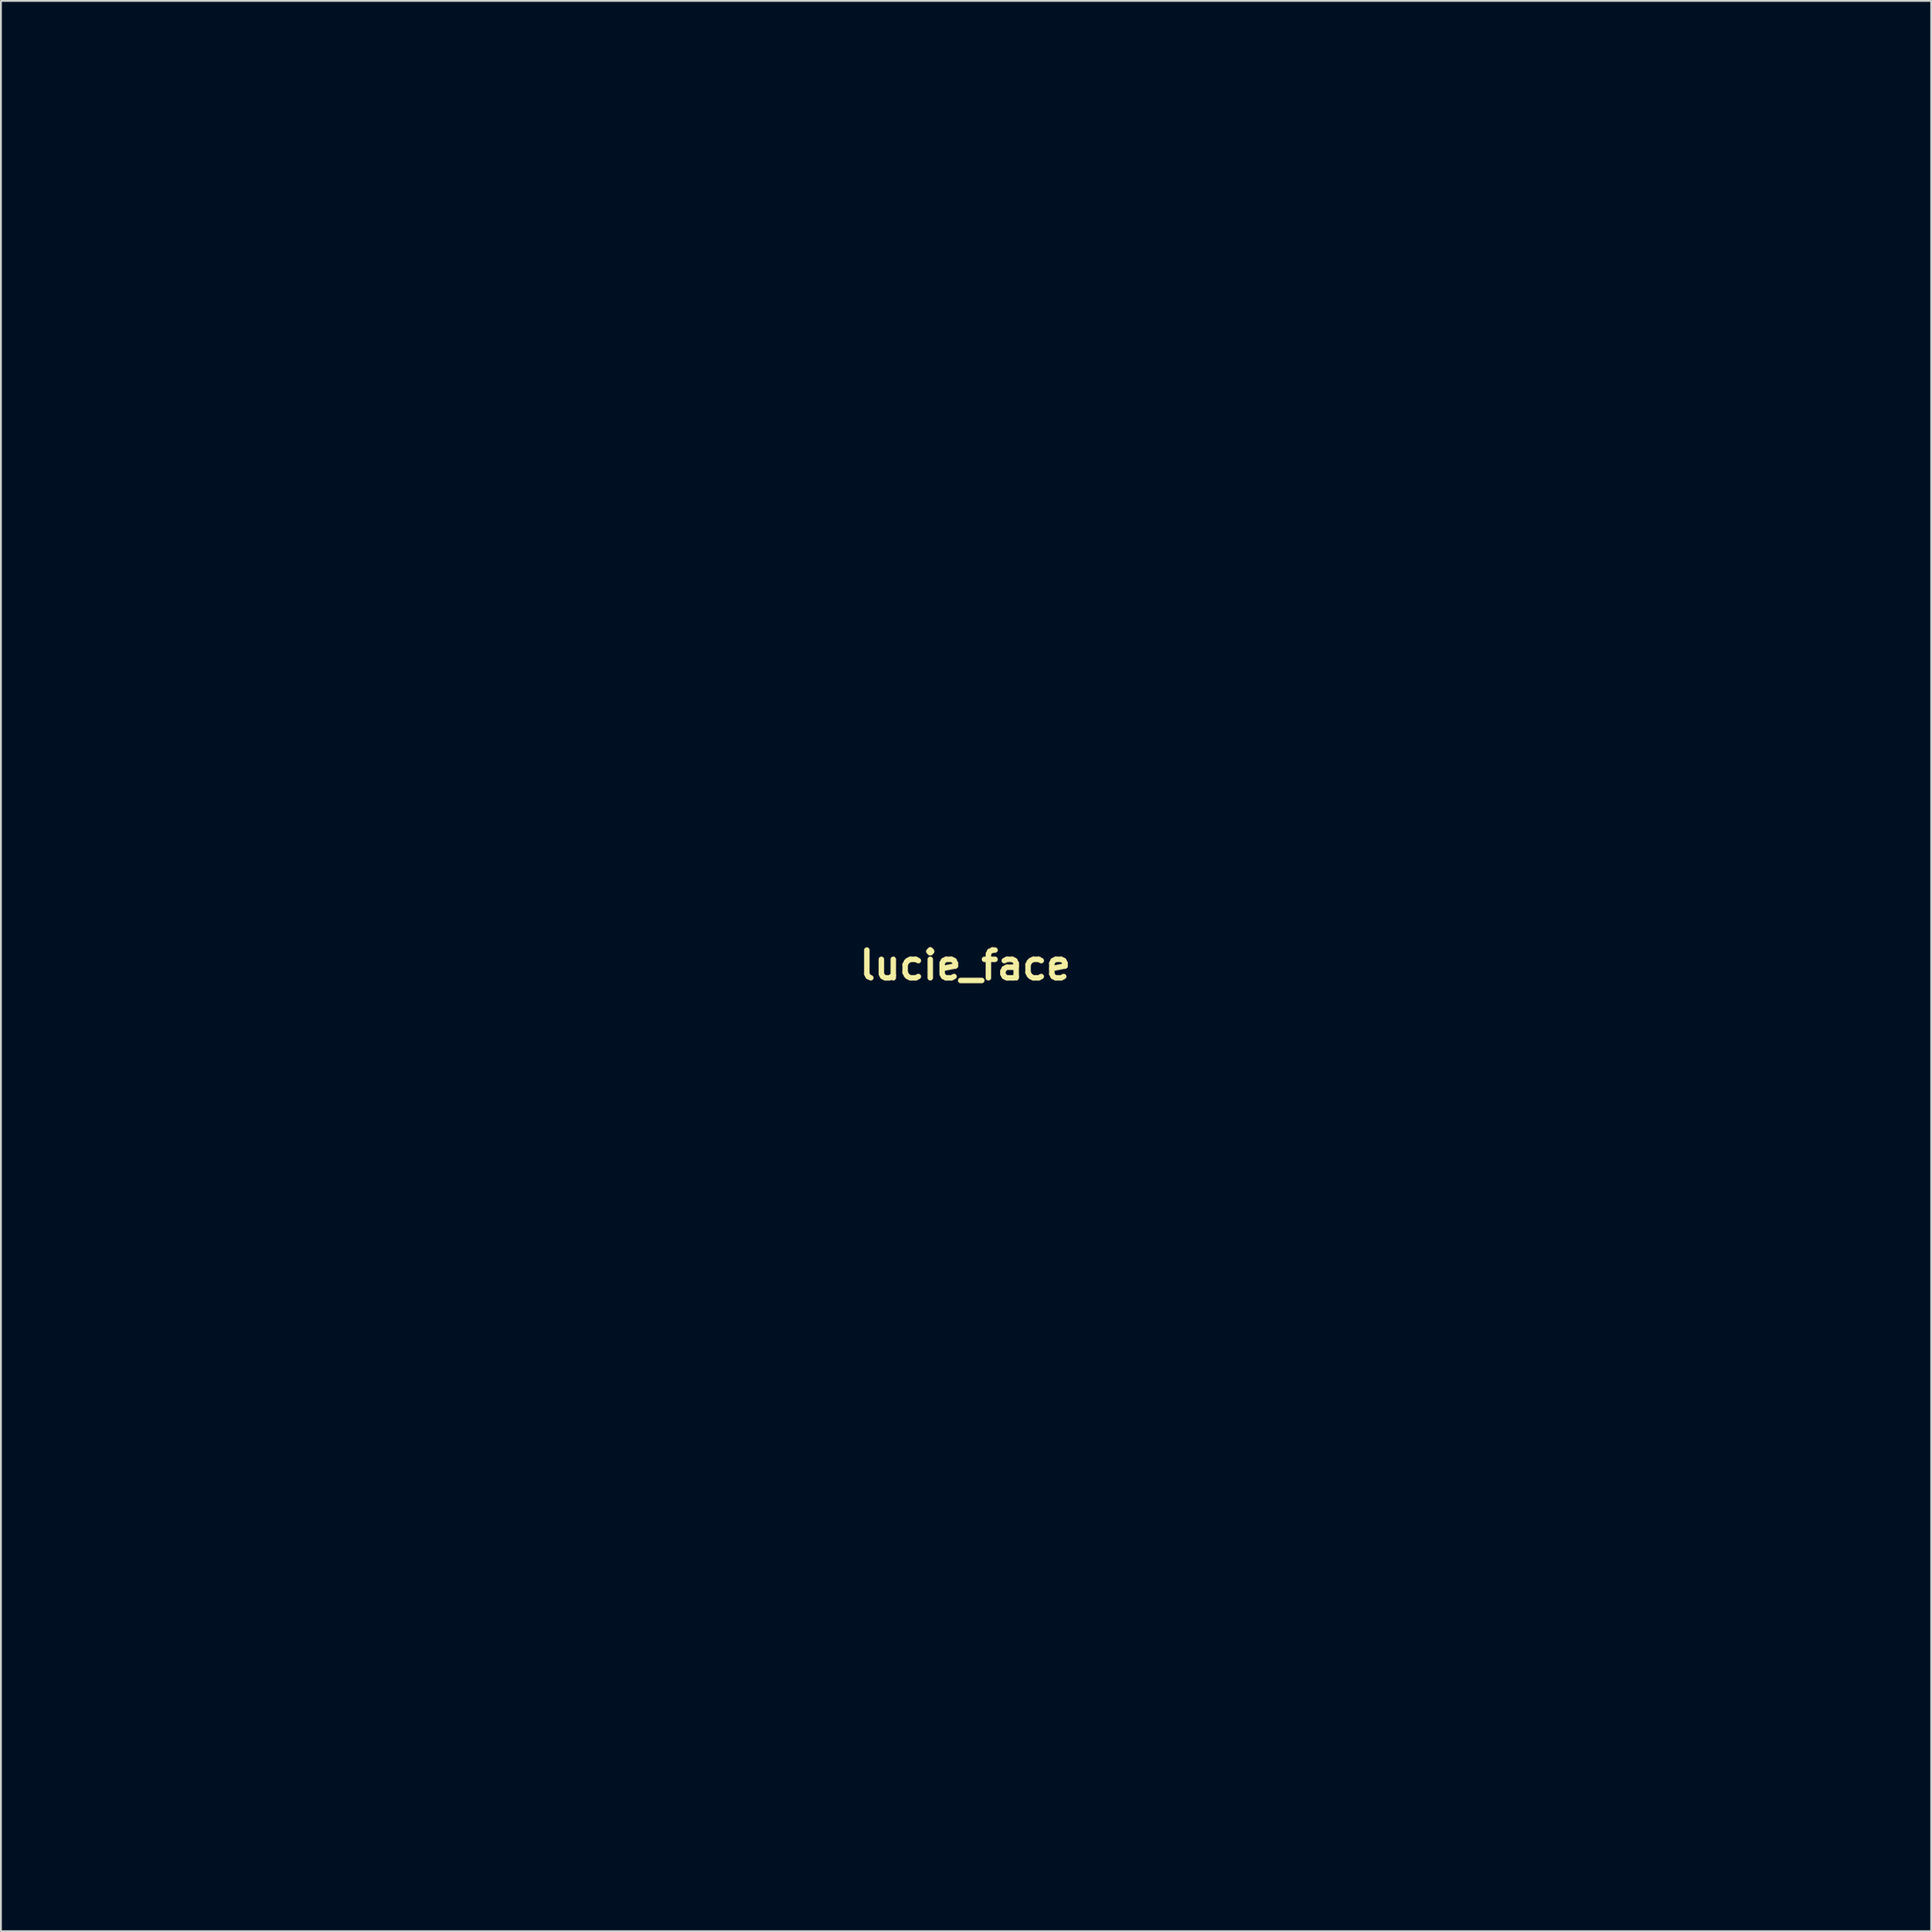
<source format=kicad_pcb>
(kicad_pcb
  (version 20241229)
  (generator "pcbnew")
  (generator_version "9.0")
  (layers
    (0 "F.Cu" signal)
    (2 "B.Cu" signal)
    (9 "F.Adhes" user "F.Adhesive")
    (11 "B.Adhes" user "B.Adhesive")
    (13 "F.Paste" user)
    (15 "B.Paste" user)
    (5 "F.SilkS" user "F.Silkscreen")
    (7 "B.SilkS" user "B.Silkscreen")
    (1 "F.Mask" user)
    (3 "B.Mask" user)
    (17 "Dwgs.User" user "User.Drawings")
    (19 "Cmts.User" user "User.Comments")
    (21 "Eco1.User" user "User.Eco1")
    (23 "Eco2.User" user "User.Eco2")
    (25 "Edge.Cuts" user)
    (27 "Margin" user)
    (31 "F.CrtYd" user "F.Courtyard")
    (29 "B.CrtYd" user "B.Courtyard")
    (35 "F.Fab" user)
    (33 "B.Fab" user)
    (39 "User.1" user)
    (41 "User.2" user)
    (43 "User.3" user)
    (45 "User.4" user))
  (footprint "lucie_face"
    (layer "F.Cu")
    (at 49.959 49.958)
    (property "Reference" "lucie_face" (at 0 0 0) (layer "F.SilkS") (effects (font (size 1.524 1.524) (thickness 0.3))))
    (attr through_hole)
    (fp_poly (pts (xy 17.865 -39.92) (xy 17.822 -39.878) (xy 17.78 -39.92) (xy 17.822 -39.963) (xy 17.865 -39.92)) (stroke (width 0.01) (type solid)) (fill no) (layer "Eco2.User"))
    (fp_poly (pts (xy -27.557 -1.916) (xy -27.467 -1.832) (xy -27.474 -1.779) (xy -27.596 -1.697) (xy -27.722 -1.769) (xy -27.732 -1.784) (xy -27.751 -1.902) (xy -27.646 -1.938) (xy -27.557 -1.916)) (stroke (width 0.01) (type solid)) (fill no) (layer "Eco2.User"))
    (fp_poly (pts (xy -23.936 -15.185) (xy -23.94 -15.063) (xy -24.004 -14.985) (xy -24.101 -14.932) (xy -24.129 -15.02) (xy -24.13 -15.06) (xy -24.098 -15.203) (xy -24.05 -15.24) (xy -23.936 -15.185)) (stroke (width 0.01) (type solid)) (fill no) (layer "Eco2.User"))
    (fp_poly (pts (xy 36.137 -48.216) (xy 36.153 -48.175) (xy 36.092 -48.093) (xy 36.073 -48.091) (xy 35.958 -48.152) (xy 35.941 -48.175) (xy 35.96 -48.248) (xy 36.021 -48.26) (xy 36.137 -48.216)) (stroke (width 0.01) (type solid)) (fill no) (layer "Eco2.User"))
    (fp_poly (pts (xy 36.996 -47.86) (xy 36.999 -47.837) (xy 36.97 -47.754) (xy 36.962 -47.752) (xy 36.89 -47.811) (xy 36.872 -47.837) (xy 36.879 -47.915) (xy 36.91 -47.921) (xy 36.996 -47.86)) (stroke (width 0.01) (type solid)) (fill no) (layer "Eco2.User"))
    (fp_poly (pts (xy 40.892 -37.358) (xy 40.894 -37.338) (xy 40.83 -37.256) (xy 40.809 -37.253) (xy 40.727 -37.318) (xy 40.725 -37.338) (xy 40.789 -37.42) (xy 40.809 -37.423) (xy 40.892 -37.358)) (stroke (width 0.01) (type solid)) (fill no) (layer "Eco2.User"))
    (fp_poly (pts (xy -7.674 -36.678) (xy -7.563 -36.532) (xy -7.535 -36.432) (xy -7.582 -36.331) (xy -7.702 -36.364) (xy -7.772 -36.424) (xy -7.856 -36.562) (xy -7.867 -36.693) (xy -7.806 -36.745) (xy -7.674 -36.678)) (stroke (width 0.01) (type solid)) (fill no) (layer "Eco2.User"))
    (fp_poly (pts (xy -6.744 -47.6) (xy -6.722 -47.441) (xy -6.74 -47.379) (xy -6.837 -47.255) (xy -6.95 -47.282) (xy -6.98 -47.321) (xy -6.995 -47.455) (xy -6.941 -47.601) (xy -6.854 -47.667) (xy -6.744 -47.6)) (stroke (width 0.01) (type solid)) (fill no) (layer "Eco2.User"))
    (fp_poly (pts (xy 41.318 -46.627) (xy 41.43 -46.547) (xy 41.471 -46.46) (xy 41.463 -46.341) (xy 41.353 -46.334) (xy 41.254 -46.369) (xy 41.158 -46.48) (xy 41.148 -46.538) (xy 41.201 -46.629) (xy 41.318 -46.627)) (stroke (width 0.01) (type solid)) (fill no) (layer "Eco2.User"))
    (fp_poly (pts (xy -34.262 -17.453) (xy -34.251 -17.444) (xy -34.142 -17.3) (xy -34.121 -17.219) (xy -34.181 -17.123) (xy -34.314 -17.11) (xy -34.447 -17.174) (xy -34.495 -17.244) (xy -34.504 -17.413) (xy -34.41 -17.496) (xy -34.262 -17.453)) (stroke (width 0.01) (type solid)) (fill no) (layer "Eco2.User"))
    (fp_poly (pts (xy -22.572 -18.179) (xy -22.535 -18.024) (xy -22.585 -17.852) (xy -22.609 -17.818) (xy -22.759 -17.704) (xy -22.877 -17.755) (xy -22.918 -17.834) (xy -22.921 -18.019) (xy -22.825 -18.181) (xy -22.683 -18.246) (xy -22.572 -18.179)) (stroke (width 0.01) (type solid)) (fill no) (layer "Eco2.User"))
    (fp_poly (pts (xy -13.573 33.055) (xy -13.529 33.088) (xy -13.477 33.197) (xy -13.563 33.326) (xy -13.568 33.332) (xy -13.68 33.426) (xy -13.738 33.393) (xy -13.766 33.326) (xy -13.776 33.16) (xy -13.696 33.055) (xy -13.573 33.055)) (stroke (width 0.01) (type solid)) (fill no) (layer "Eco2.User"))
    (fp_poly (pts (xy 5.994 -15.697) (xy 5.986 -15.542) (xy 5.924 -15.404) (xy 5.807 -15.289) (xy 5.657 -15.242) (xy 5.537 -15.271) (xy 5.506 -15.346) (xy 5.573 -15.531) (xy 5.721 -15.688) (xy 5.872 -15.748) (xy 5.994 -15.697)) (stroke (width 0.01) (type solid)) (fill no) (layer "Eco2.User"))
    (fp_poly (pts (xy 23.744 -38.179) (xy 23.85 -38.031) (xy 23.862 -37.878) (xy 23.779 -37.726) (xy 23.623 -37.724) (xy 23.451 -37.83) (xy 23.311 -38.005) (xy 23.309 -38.129) (xy 23.422 -38.252) (xy 23.584 -38.26) (xy 23.744 -38.179)) (stroke (width 0.01) (type solid)) (fill no) (layer "Eco2.User"))
    (fp_poly (pts (xy -3.94 -34.453) (xy -3.914 -34.336) (xy -3.932 -34.297) (xy -4.066 -34.218) (xy -4.265 -34.217) (xy -4.444 -34.289) (xy -4.481 -34.325) (xy -4.52 -34.414) (xy -4.432 -34.472) (xy -4.314 -34.503) (xy -4.086 -34.515) (xy -3.94 -34.453)) (stroke (width 0.01) (type solid)) (fill no) (layer "Eco2.User"))
    (fp_poly (pts (xy -2.412 -28.137) (xy -2.246 -28.002) (xy -2.145 -27.841) (xy -2.142 -27.742) (xy -2.259 -27.618) (xy -2.433 -27.632) (xy -2.576 -27.734) (xy -2.68 -27.899) (xy -2.704 -28.067) (xy -2.647 -28.179) (xy -2.592 -28.194) (xy -2.412 -28.137)) (stroke (width 0.01) (type solid)) (fill no) (layer "Eco2.User"))
    (fp_poly (pts (xy 29.939 18.884) (xy 30.091 18.958) (xy 30.101 19.03) (xy 30.05 19.087) (xy 29.837 19.217) (xy 29.599 19.266) (xy 29.485 19.247) (xy 29.387 19.142) (xy 29.417 18.998) (xy 29.543 18.884) (xy 29.775 18.841) (xy 29.939 18.884)) (stroke (width 0.01) (type solid)) (fill no) (layer "Eco2.User"))
    (fp_poly (pts (xy -29.287 -15.767) (xy -29.12 -15.61) (xy -28.992 -15.425) (xy -28.956 -15.303) (xy -29.002 -15.145) (xy -29.126 -15.126) (xy -29.31 -15.248) (xy -29.336 -15.274) (xy -29.478 -15.465) (xy -29.543 -15.653) (xy -29.523 -15.791) (xy -29.436 -15.833) (xy -29.287 -15.767)) (stroke (width 0.01) (type solid)) (fill no) (layer "Eco2.User"))
    (fp_poly (pts (xy -26.143 -15.257) (xy -26.023 -15.093) (xy -25.996 -14.892) (xy -26.077 -14.711) (xy -26.156 -14.65) (xy -26.325 -14.575) (xy -26.42 -14.603) (xy -26.5 -14.73) (xy -26.552 -14.936) (xy -26.522 -15.144) (xy -26.428 -15.291) (xy -26.339 -15.325) (xy -26.143 -15.257)) (stroke (width 0.01) (type solid)) (fill no) (layer "Eco2.User"))
    (fp_poly (pts (xy -18.786 32.543) (xy -18.731 32.72) (xy -18.724 32.941) (xy -18.773 33.143) (xy -18.785 33.166) (xy -18.849 33.251) (xy -18.905 33.206) (xy -18.963 33.068) (xy -19.03 32.797) (xy -19.014 32.586) (xy -18.923 32.477) (xy -18.881 32.47) (xy -18.786 32.543)) (stroke (width 0.01) (type solid)) (fill no) (layer "Eco2.User"))
    (fp_poly (pts (xy -16.504 15.593) (xy -16.323 15.658) (xy -16.302 15.774) (xy -16.441 15.935) (xy -16.5 15.981) (xy -16.782 16.152) (xy -17.022 16.229) (xy -17.188 16.204) (xy -17.235 16.145) (xy -17.242 15.93) (xy -17.114 15.748) (xy -16.887 15.623) (xy -16.597 15.584) (xy -16.504 15.593)) (stroke (width 0.01) (type solid)) (fill no) (layer "Eco2.User"))
    (fp_poly (pts (xy -3.999 -33.553) (xy -3.926 -33.389) (xy -3.908 -33.099) (xy -3.992 -32.868) (xy -4.148 -32.725) (xy -4.352 -32.703) (xy -4.485 -32.761) (xy -4.55 -32.83) (xy -4.545 -32.942) (xy -4.463 -33.142) (xy -4.423 -33.227) (xy -4.263 -33.489) (xy -4.118 -33.599) (xy -3.999 -33.553)) (stroke (width 0.01) (type solid)) (fill no) (layer "Eco2.User"))
    (fp_poly (pts (xy 1.048 -42.812) (xy 1.21 -42.737) (xy 1.252 -42.661) (xy 1.218 -42.47) (xy 1.069 -42.331) (xy 0.856 -42.263) (xy 0.63 -42.285) (xy 0.472 -42.382) (xy 0.365 -42.516) (xy 0.339 -42.583) (xy 0.412 -42.71) (xy 0.592 -42.794) (xy 0.824 -42.83) (xy 1.048 -42.812)) (stroke (width 0.01) (type solid)) (fill no) (layer "Eco2.User"))
    (fp_poly (pts (xy 30.519 1.98) (xy 30.761 2.06) (xy 30.922 2.182) (xy 30.982 2.322) (xy 30.918 2.457) (xy 30.771 2.542) (xy 30.387 2.62) (xy 30.045 2.561) (xy 29.876 2.461) (xy 29.741 2.287) (xy 29.763 2.134) (xy 29.931 2.021) (xy 30.22 1.963) (xy 30.519 1.98)) (stroke (width 0.01) (type solid)) (fill no) (layer "Eco2.User"))
    (fp_poly (pts (xy -36.975 44.646) (xy -36.7 44.699) (xy -36.583 44.766) (xy -36.615 44.855) (xy -36.624 44.864) (xy -36.783 44.936) (xy -37.024 44.982) (xy -37.266 44.991) (xy -37.424 44.957) (xy -37.495 44.879) (xy -37.439 44.766) (xy -37.421 44.744) (xy -37.277 44.648) (xy -37.045 44.638) (xy -36.975 44.646)) (stroke (width 0.01) (type solid)) (fill no) (layer "Eco2.User"))
    (fp_poly (pts (xy -6.209 -35.536) (xy -6.042 -35.452) (xy -5.977 -35.377) (xy -5.891 -35.21) (xy -5.929 -35.109) (xy -6.107 -35.061) (xy -6.346 -35.052) (xy -6.628 -35.072) (xy -6.776 -35.138) (xy -6.807 -35.186) (xy -6.861 -35.397) (xy -6.803 -35.512) (xy -6.611 -35.556) (xy -6.482 -35.56) (xy -6.209 -35.536)) (stroke (width 0.01) (type solid)) (fill no) (layer "Eco2.User"))
    (fp_poly (pts (xy 3.581 -27.309) (xy 3.68 -27.183) (xy 3.722 -26.989) (xy 3.699 -26.774) (xy 3.601 -26.587) (xy 3.571 -26.556) (xy 3.371 -26.438) (xy 3.189 -26.432) (xy 3.082 -26.533) (xy 3.085 -26.706) (xy 3.161 -26.939) (xy 3.28 -27.163) (xy 3.409 -27.306) (xy 3.434 -27.319) (xy 3.581 -27.309)) (stroke (width 0.01) (type solid)) (fill no) (layer "Eco2.User"))
    (fp_poly (pts (xy 40.349 -47.206) (xy 40.524 -47.033) (xy 40.544 -46.868) (xy 40.413 -46.743) (xy 40.291 -46.704) (xy 40.064 -46.663) (xy 39.932 -46.664) (xy 39.825 -46.715) (xy 39.749 -46.769) (xy 39.641 -46.877) (xy 39.671 -46.984) (xy 39.705 -47.028) (xy 39.94 -47.236) (xy 40.17 -47.28) (xy 40.349 -47.206)) (stroke (width 0.01) (type solid)) (fill no) (layer "Eco2.User"))
    (fp_poly (pts (xy -23.193 -2.552) (xy -23.122 -2.343) (xy -23.114 -2.239) (xy -23.147 -1.917) (xy -23.232 -1.68) (xy -23.35 -1.548) (xy -23.483 -1.541) (xy -23.609 -1.678) (xy -23.631 -1.721) (xy -23.666 -1.924) (xy -23.644 -2.19) (xy -23.58 -2.45) (xy -23.486 -2.635) (xy -23.447 -2.671) (xy -23.312 -2.675) (xy -23.193 -2.552)) (stroke (width 0.01) (type solid)) (fill no) (layer "Eco2.User"))
    (fp_poly (pts (xy -17.876 34.84) (xy -17.76 34.977) (xy -17.668 35.122) (xy -17.635 35.268) (xy -17.654 35.476) (xy -17.693 35.676) (xy -17.77 35.979) (xy -17.849 36.122) (xy -17.943 36.116) (xy -18.064 35.97) (xy -18.069 35.962) (xy -18.244 35.54) (xy -18.262 35.076) (xy -18.25 35.004) (xy -18.17 34.787) (xy -18.044 34.733) (xy -17.876 34.84)) (stroke (width 0.01) (type solid)) (fill no) (layer "Eco2.User"))
    (fp_poly (pts (xy 28.388 18.728) (xy 28.619 18.759) (xy 28.723 18.825) (xy 28.744 18.923) (xy 28.717 19.03) (xy 28.608 19.084) (xy 28.374 19.105) (xy 28.363 19.106) (xy 28.095 19.105) (xy 27.882 19.088) (xy 27.834 19.078) (xy 27.695 19.005) (xy 27.694 18.915) (xy 27.804 18.827) (xy 27.998 18.758) (xy 28.248 18.725) (xy 28.388 18.728)) (stroke (width 0.01) (type solid)) (fill no) (layer "Eco2.User"))
    (fp_poly (pts (xy 29.623 -49.06) (xy 29.818 -48.937) (xy 29.881 -48.761) (xy 29.796 -48.556) (xy 29.713 -48.467) (xy 29.501 -48.354) (xy 29.153 -48.288) (xy 28.994 -48.275) (xy 28.715 -48.266) (xy 28.518 -48.275) (xy 28.448 -48.299) (xy 28.498 -48.392) (xy 28.626 -48.57) (xy 28.755 -48.733) (xy 28.97 -48.966) (xy 29.151 -49.081) (xy 29.31 -49.107) (xy 29.623 -49.06)) (stroke (width 0.01) (type solid)) (fill no) (layer "Eco2.User"))
    (fp_poly (pts (xy -32.41 -17.17) (xy -32.35 -17.08) (xy -32.343 -16.95) (xy -32.325 -16.674) (xy -32.29 -16.436) (xy -32.27 -16.249) (xy -32.325 -16.177) (xy -32.377 -16.171) (xy -32.513 -16.226) (xy -32.544 -16.277) (xy -32.588 -16.424) (xy -32.661 -16.646) (xy -32.672 -16.679) (xy -32.757 -16.94) (xy -32.776 -17.081) (xy -32.722 -17.144) (xy -32.588 -17.17) (xy -32.575 -17.172) (xy -32.41 -17.17)) (stroke (width 0.01) (type solid)) (fill no) (layer "Eco2.User"))
    (fp_poly (pts (xy -31.071 22.184) (xy -30.958 22.265) (xy -30.913 22.385) (xy -30.92 22.599) (xy -30.93 22.693) (xy -30.995 23.007) (xy -31.097 23.266) (xy -31.217 23.444) (xy -31.338 23.516) (xy -31.44 23.459) (xy -31.468 23.403) (xy -31.489 23.242) (xy -31.483 22.984) (xy -31.456 22.689) (xy -31.415 22.413) (xy -31.365 22.214) (xy -31.335 22.157) (xy -31.207 22.135) (xy -31.071 22.184)) (stroke (width 0.01) (type solid)) (fill no) (layer "Eco2.User"))
    (fp_poly (pts (xy -5.777 -25.1) (xy -5.795 -24.979) (xy -5.909 -24.808) (xy -6.096 -24.609) (xy -6.338 -24.409) (xy -6.611 -24.23) (xy -6.709 -24.178) (xy -7.04 -24.027) (xy -7.247 -23.969) (xy -7.349 -24) (xy -7.366 -24.067) (xy -7.297 -24.21) (xy -7.115 -24.402) (xy -6.858 -24.616) (xy -6.564 -24.825) (xy -6.272 -25.001) (xy -6.019 -25.116) (xy -5.875 -25.146) (xy -5.777 -25.1)) (stroke (width 0.01) (type solid)) (fill no) (layer "Eco2.User"))
    (fp_poly (pts (xy -42.249 24.339) (xy -42.025 24.39) (xy -41.995 24.404) (xy -41.802 24.564) (xy -41.668 24.755) (xy -41.599 24.939) (xy -41.625 25.057) (xy -41.681 25.122) (xy -41.882 25.228) (xy -42.179 25.28) (xy -42.505 25.274) (xy -42.793 25.205) (xy -42.815 25.196) (xy -43.021 25.055) (xy -43.19 24.858) (xy -43.293 24.653) (xy -43.3 24.486) (xy -43.273 24.443) (xy -43.118 24.375) (xy -42.856 24.334) (xy -42.546 24.321) (xy -42.249 24.339)) (stroke (width 0.01) (type solid)) (fill no) (layer "Eco2.User"))
    (fp_poly (pts (xy 0.02 -17.546) (xy 0.1 -17.392) (xy 0.129 -17.322) (xy 0.297 -16.788) (xy 0.319 -16.325) (xy 0.193 -15.916) (xy -0.013 -15.619) (xy -0.21 -15.414) (xy -0.341 -15.338) (xy -0.438 -15.385) (xy -0.503 -15.485) (xy -0.562 -15.658) (xy -0.617 -15.927) (xy -0.644 -16.111) (xy -0.664 -16.433) (xy -0.622 -16.688) (xy -0.503 -16.967) (xy -0.359 -17.224) (xy -0.214 -17.432) (xy -0.155 -17.497) (xy -0.052 -17.573) (xy 0.02 -17.546)) (stroke (width 0.01) (type solid)) (fill no) (layer "Eco2.User"))
    (fp_poly (pts (xy 14.137 -49.951) (xy 14.495 -49.941) (xy 14.726 -49.917) (xy 14.85 -49.874) (xy 14.888 -49.804) (xy 14.862 -49.704) (xy 14.82 -49.621) (xy 14.7 -49.489) (xy 14.475 -49.374) (xy 14.121 -49.262) (xy 13.843 -49.195) (xy 13.573 -49.133) (xy 13.36 -49.082) (xy 13.293 -49.065) (xy 13.13 -49.072) (xy 12.915 -49.139) (xy 12.912 -49.14) (xy 12.632 -49.307) (xy 12.471 -49.538) (xy 12.414 -49.721) (xy 12.358 -49.953) (xy 13.63 -49.953) (xy 14.137 -49.951)) (stroke (width 0.01) (type solid)) (fill no) (layer "Eco2.User"))
    (fp_poly (pts (xy 23.749 7.719) (xy 23.782 7.773) (xy 23.829 7.996) (xy 23.806 8.299) (xy 23.725 8.613) (xy 23.6 8.869) (xy 23.563 8.916) (xy 23.394 9.131) (xy 23.255 9.335) (xy 23.099 9.509) (xy 22.942 9.569) (xy 22.831 9.504) (xy 22.819 9.396) (xy 22.822 9.162) (xy 22.839 8.844) (xy 22.849 8.7) (xy 22.893 8.278) (xy 22.96 7.993) (xy 23.066 7.814) (xy 23.23 7.709) (xy 23.425 7.655) (xy 23.631 7.64) (xy 23.749 7.719)) (stroke (width 0.01) (type solid)) (fill no) (layer "Eco2.User"))
    (fp_poly (pts (xy 48.463 -45.644) (xy 48.618 -45.442) (xy 48.782 -45.151) (xy 48.936 -44.81) (xy 49.065 -44.455) (xy 49.15 -44.124) (xy 49.176 -43.856) (xy 49.175 -43.839) (xy 49.125 -43.574) (xy 49.033 -43.464) (xy 48.907 -43.513) (xy 48.813 -43.63) (xy 48.726 -43.825) (xy 48.642 -44.116) (xy 48.592 -44.366) (xy 48.526 -44.691) (xy 48.444 -44.982) (xy 48.383 -45.134) (xy 48.295 -45.363) (xy 48.262 -45.568) (xy 48.29 -45.699) (xy 48.332 -45.72) (xy 48.463 -45.644)) (stroke (width 0.01) (type solid)) (fill no) (layer "Eco2.User"))
    (fp_poly (pts (xy 45.038 -37.112) (xy 45.227 -36.912) (xy 45.388 -36.708) (xy 45.608 -36.441) (xy 45.794 -36.22) (xy 46.059 -35.873) (xy 46.261 -35.538) (xy 46.378 -35.257) (xy 46.397 -35.136) (xy 46.331 -34.991) (xy 46.172 -34.824) (xy 45.979 -34.686) (xy 45.812 -34.629) (xy 45.634 -34.687) (xy 45.46 -34.819) (xy 45.302 -34.999) (xy 45.179 -35.18) (xy 45.083 -35.392) (xy 45.004 -35.666) (xy 44.933 -36.032) (xy 44.858 -36.52) (xy 44.813 -36.851) (xy 44.816 -37.084) (xy 44.895 -37.172) (xy 45.038 -37.112)) (stroke (width 0.01) (type solid)) (fill no) (layer "Eco2.User"))
    (fp_poly (pts (xy 50.038 -15.833) (xy 50.036 -15.318) (xy 50.031 -14.866) (xy 50.023 -14.503) (xy 50.012 -14.253) (xy 50 -14.143) (xy 49.998 -14.139) (xy 49.927 -14.202) (xy 49.831 -14.332) (xy 49.75 -14.511) (xy 49.66 -14.795) (xy 49.58 -15.117) (xy 49.504 -15.452) (xy 49.426 -15.752) (xy 49.366 -15.946) (xy 49.304 -16.224) (xy 49.279 -16.588) (xy 49.292 -16.958) (xy 49.342 -17.259) (xy 49.359 -17.309) (xy 49.452 -17.462) (xy 49.614 -17.52) (xy 49.74 -17.526) (xy 50.038 -17.526) (xy 50.038 -15.833)) (stroke (width 0.01) (type solid)) (fill no) (layer "Eco2.User"))
    (fp_poly (pts (xy 38.242 -38.121) (xy 38.248 -38.119) (xy 38.55 -38.059) (xy 38.851 -38.038) (xy 38.867 -38.038) (xy 39.117 -38.019) (xy 39.376 -37.956) (xy 39.588 -37.868) (xy 39.702 -37.774) (xy 39.709 -37.749) (xy 39.653 -37.673) (xy 39.472 -37.585) (xy 39.149 -37.474) (xy 38.945 -37.484) (xy 38.86 -37.552) (xy 38.626 -37.75) (xy 38.37 -37.788) (xy 38.211 -37.745) (xy 37.954 -37.69) (xy 37.735 -37.71) (xy 37.58 -37.785) (xy 37.517 -37.896) (xy 37.572 -38.02) (xy 37.719 -38.115) (xy 37.952 -38.169) (xy 38.242 -38.121)) (stroke (width 0.01) (type solid)) (fill no) (layer "Eco2.User"))
    (fp_poly (pts (xy 25.206 17.428) (xy 25.448 17.618) (xy 25.674 17.822) (xy 25.911 17.988) (xy 25.95 18.009) (xy 26.204 18.166) (xy 26.436 18.359) (xy 26.606 18.546) (xy 26.67 18.687) (xy 26.602 18.782) (xy 26.447 18.887) (xy 26.277 18.957) (xy 26.218 18.965) (xy 26.145 18.922) (xy 25.978 18.812) (xy 25.864 18.734) (xy 25.437 18.53) (xy 25.104 18.459) (xy 24.853 18.427) (xy 24.725 18.374) (xy 24.673 18.262) (xy 24.653 18.084) (xy 24.648 17.812) (xy 24.671 17.579) (xy 24.676 17.555) (xy 24.784 17.393) (xy 24.972 17.351) (xy 25.206 17.428)) (stroke (width 0.01) (type solid)) (fill no) (layer "Eco2.User"))
    (fp_poly (pts (xy 28.575 -34.075) (xy 28.831 -33.998) (xy 29.126 -33.907) (xy 29.426 -33.861) (xy 29.453 -33.86) (xy 29.758 -33.824) (xy 30.046 -33.75) (xy 30.332 -33.647) (xy 30.004 -33.539) (xy 29.711 -33.475) (xy 29.467 -33.511) (xy 29.433 -33.524) (xy 29.179 -33.563) (xy 29.012 -33.457) (xy 28.94 -33.253) (xy 28.881 -33.095) (xy 28.751 -33.055) (xy 28.519 -33.128) (xy 28.49 -33.14) (xy 28.265 -33.278) (xy 28.03 -33.475) (xy 27.985 -33.521) (xy 27.829 -33.709) (xy 27.789 -33.841) (xy 27.824 -33.933) (xy 27.989 -34.053) (xy 28.257 -34.101) (xy 28.575 -34.075)) (stroke (width 0.01) (type solid)) (fill no) (layer "Eco2.User"))
    (fp_poly (pts (xy -3.107 -31.427) (xy -2.929 -31.344) (xy -2.806 -31.272) (xy -2.589 -31.132) (xy -2.489 -31.019) (xy -2.476 -30.885) (xy -2.491 -30.788) (xy -2.527 -30.509) (xy -2.539 -30.214) (xy -2.558 -30.01) (xy -2.643 -29.843) (xy -2.829 -29.654) (xy -2.891 -29.6) (xy -3.175 -29.39) (xy -3.418 -29.31) (xy -3.675 -29.35) (xy -3.881 -29.438) (xy -4.145 -29.64) (xy -4.279 -29.931) (xy -4.29 -30.327) (xy -4.283 -30.387) (xy -4.213 -30.709) (xy -4.085 -30.921) (xy -3.858 -31.077) (xy -3.774 -31.118) (xy -3.535 -31.242) (xy -3.343 -31.364) (xy -3.226 -31.431) (xy -3.107 -31.427)) (stroke (width 0.01) (type solid)) (fill no) (layer "Eco2.User"))
    (fp_poly (pts (xy -24.375 -13.987) (xy -24.351 -13.808) (xy -24.411 -13.553) (xy -24.467 -13.424) (xy -24.571 -13.185) (xy -24.633 -12.996) (xy -24.641 -12.948) (xy -24.678 -12.808) (xy -24.77 -12.578) (xy -24.852 -12.404) (xy -24.968 -12.146) (xy -25.045 -11.936) (xy -25.062 -11.853) (xy -25.108 -11.67) (xy -25.142 -11.602) (xy -25.211 -11.54) (xy -25.276 -11.618) (xy -25.305 -11.687) (xy -25.414 -11.905) (xy -25.559 -12.143) (xy -25.564 -12.15) (xy -25.708 -12.431) (xy -25.718 -12.684) (xy -25.586 -12.946) (xy -25.379 -13.181) (xy -25.135 -13.43) (xy -24.902 -13.676) (xy -24.792 -13.798) (xy -24.629 -13.96) (xy -24.505 -14.049) (xy -24.483 -14.055) (xy -24.375 -13.987)) (stroke (width 0.01) (type solid)) (fill no) (layer "Eco2.User"))
    (fp_poly (pts (xy 27.192 1.902) (xy 27.465 1.941) (xy 27.636 2.014) (xy 27.729 2.13) (xy 27.766 2.297) (xy 27.771 2.433) (xy 27.711 2.717) (xy 27.523 2.97) (xy 27.362 3.108) (xy 27.193 3.183) (xy 26.972 3.202) (xy 26.655 3.171) (xy 26.403 3.131) (xy 26.076 3.043) (xy 25.736 2.903) (xy 25.641 2.853) (xy 25.361 2.713) (xy 25.087 2.608) (xy 24.999 2.584) (xy 24.762 2.512) (xy 24.684 2.409) (xy 24.756 2.25) (xy 24.836 2.15) (xy 24.919 2.059) (xy 25.005 1.995) (xy 25.125 1.952) (xy 25.307 1.926) (xy 25.583 1.91) (xy 25.982 1.899) (xy 26.253 1.894) (xy 26.796 1.889) (xy 27.192 1.902)) (stroke (width 0.01) (type solid)) (fill no) (layer "Eco2.User"))
    (fp_poly (pts (xy -2.136 -26.752) (xy -2.041 -26.553) (xy -1.968 -26.339) (xy -1.968 -26.219) (xy -2.044 -26.132) (xy -2.075 -26.109) (xy -2.274 -26.025) (xy -2.503 -25.993) (xy -2.766 -25.963) (xy -3.06 -25.891) (xy -3.101 -25.877) (xy -3.36 -25.805) (xy -3.671 -25.745) (xy -3.99 -25.703) (xy -4.274 -25.682) (xy -4.482 -25.686) (xy -4.571 -25.721) (xy -4.572 -25.726) (xy -4.502 -25.818) (xy -4.408 -25.864) (xy -4.273 -25.975) (xy -4.159 -26.177) (xy -4.147 -26.209) (xy -4.012 -26.482) (xy -3.827 -26.598) (xy -3.57 -26.569) (xy -3.482 -26.535) (xy -3.212 -26.44) (xy -3.021 -26.441) (xy -2.839 -26.55) (xy -2.705 -26.675) (xy -2.468 -26.859) (xy -2.284 -26.886) (xy -2.136 -26.752)) (stroke (width 0.01) (type solid)) (fill no) (layer "Eco2.User"))
    (fp_poly (pts (xy 8.086 -40.587) (xy 8.286 -40.459) (xy 8.478 -40.301) (xy 8.602 -40.159) (xy 8.618 -40.119) (xy 8.565 -39.991) (xy 8.387 -39.81) (xy 8.217 -39.677) (xy 7.98 -39.499) (xy 7.852 -39.361) (xy 7.8 -39.211) (xy 7.789 -38.999) (xy 7.772 -38.761) (xy 7.699 -38.584) (xy 7.535 -38.399) (xy 7.45 -38.322) (xy 7.183 -38.13) (xy 6.918 -38.023) (xy 6.696 -38.012) (xy 6.564 -38.096) (xy 6.572 -38.208) (xy 6.635 -38.426) (xy 6.738 -38.706) (xy 6.862 -39.003) (xy 6.99 -39.27) (xy 7.066 -39.404) (xy 7.169 -39.624) (xy 7.234 -39.828) (xy 7.318 -40.013) (xy 7.473 -40.234) (xy 7.658 -40.443) (xy 7.831 -40.594) (xy 7.938 -40.64) (xy 8.086 -40.587)) (stroke (width 0.01) (type solid)) (fill no) (layer "Eco2.User"))
    (fp_poly (pts (xy 37.271 -37.963) (xy 37.293 -37.829) (xy 37.18 -37.647) (xy 37.178 -37.644) (xy 37.027 -37.44) (xy 37.028 -37.31) (xy 37.18 -37.255) (xy 37.234 -37.253) (xy 37.478 -37.207) (xy 37.695 -37.091) (xy 37.829 -36.942) (xy 37.846 -36.871) (xy 37.766 -36.72) (xy 37.526 -36.622) (xy 37.128 -36.579) (xy 36.972 -36.576) (xy 36.671 -36.582) (xy 36.477 -36.615) (xy 36.329 -36.702) (xy 36.166 -36.865) (xy 36.12 -36.915) (xy 35.949 -37.118) (xy 35.838 -37.277) (xy 35.814 -37.334) (xy 35.887 -37.4) (xy 36.064 -37.478) (xy 36.285 -37.548) (xy 36.489 -37.589) (xy 36.54 -37.592) (xy 36.653 -37.65) (xy 36.804 -37.793) (xy 36.814 -37.804) (xy 36.976 -37.95) (xy 37.116 -38.015) (xy 37.121 -38.015) (xy 37.271 -37.963)) (stroke (width 0.01) (type solid)) (fill no) (layer "Eco2.User"))
    (fp_poly (pts (xy -7.719 -45.922) (xy -7.446 -45.837) (xy -7.143 -45.764) (xy -6.856 -45.736) (xy -6.752 -45.743) (xy -6.478 -45.75) (xy -6.292 -45.658) (xy -6.165 -45.441) (xy -6.089 -45.17) (xy -6.034 -44.893) (xy -6.03 -44.724) (xy -6.079 -44.606) (xy -6.128 -44.546) (xy -6.303 -44.436) (xy -6.569 -44.352) (xy -6.67 -44.334) (xy -6.961 -44.293) (xy -7.214 -44.254) (xy -7.281 -44.243) (xy -7.536 -44.239) (xy -7.697 -44.267) (xy -7.894 -44.373) (xy -7.993 -44.478) (xy -8.024 -44.605) (xy -7.946 -44.737) (xy -7.742 -44.894) (xy -7.454 -45.063) (xy -7.255 -45.219) (xy -7.223 -45.372) (xy -7.359 -45.517) (xy -7.614 -45.633) (xy -7.844 -45.732) (xy -7.995 -45.831) (xy -8.022 -45.868) (xy -8.021 -45.948) (xy -7.927 -45.966) (xy -7.719 -45.922)) (stroke (width 0.01) (type solid)) (fill no) (layer "Eco2.User"))
    (fp_poly (pts (xy 21.825 -40.715) (xy 22.184 -40.558) (xy 22.276 -40.497) (xy 22.53 -40.321) (xy 22.85 -40.109) (xy 23.092 -39.954) (xy 23.344 -39.779) (xy 23.529 -39.618) (xy 23.607 -39.508) (xy 23.601 -39.411) (xy 23.537 -39.277) (xy 23.398 -39.076) (xy 23.166 -38.783) (xy 23.109 -38.714) (xy 23.039 -38.648) (xy 22.942 -38.624) (xy 22.77 -38.64) (xy 22.51 -38.688) (xy 22.269 -38.767) (xy 21.967 -38.911) (xy 21.749 -39.038) (xy 21.474 -39.2) (xy 21.244 -39.288) (xy 20.979 -39.323) (xy 20.728 -39.328) (xy 20.335 -39.351) (xy 20.089 -39.419) (xy 19.996 -39.528) (xy 20.023 -39.623) (xy 20.155 -39.682) (xy 20.402 -39.667) (xy 20.661 -39.668) (xy 20.789 -39.77) (xy 20.776 -39.959) (xy 20.703 -40.099) (xy 20.588 -40.346) (xy 20.622 -40.538) (xy 20.788 -40.692) (xy 21.071 -40.79) (xy 21.435 -40.795) (xy 21.825 -40.715)) (stroke (width 0.01) (type solid)) (fill no) (layer "Eco2.User"))
    (fp_poly (pts (xy 39.219 19.616) (xy 39.267 19.664) (xy 39.356 19.818) (xy 39.466 20.071) (xy 39.577 20.363) (xy 39.665 20.634) (xy 39.708 20.822) (xy 39.709 20.843) (xy 39.657 20.999) (xy 39.53 21.196) (xy 39.508 21.224) (xy 39.354 21.44) (xy 39.179 21.728) (xy 39.089 21.896) (xy 38.905 22.197) (xy 38.683 22.47) (xy 38.458 22.677) (xy 38.268 22.779) (xy 38.242 22.783) (xy 37.977 22.797) (xy 37.625 22.806) (xy 37.226 22.811) (xy 36.824 22.811) (xy 36.46 22.807) (xy 36.175 22.798) (xy 36.011 22.785) (xy 36 22.782) (xy 35.855 22.723) (xy 35.796 22.629) (xy 35.831 22.49) (xy 35.969 22.293) (xy 36.217 22.027) (xy 36.583 21.679) (xy 37.008 21.298) (xy 37.406 20.944) (xy 37.787 20.599) (xy 38.121 20.291) (xy 38.378 20.048) (xy 38.5 19.927) (xy 38.796 19.668) (xy 39.034 19.565) (xy 39.219 19.616)) (stroke (width 0.01) (type solid)) (fill no) (layer "Eco2.User"))
    (fp_poly (pts (xy 7.024 -34.201) (xy 7.118 -34.063) (xy 7.223 -33.867) (xy 7.349 -33.584) (xy 7.432 -33.325) (xy 7.451 -33.2) (xy 7.511 -32.988) (xy 7.705 -32.822) (xy 7.907 -32.635) (xy 7.956 -32.423) (xy 7.859 -32.21) (xy 7.624 -32.019) (xy 7.393 -31.916) (xy 7.181 -31.795) (xy 7.044 -31.64) (xy 6.977 -31.511) (xy 6.954 -31.541) (xy 6.948 -31.663) (xy 6.915 -31.872) (xy 6.837 -32.143) (xy 6.804 -32.234) (xy 6.666 -32.496) (xy 6.516 -32.589) (xy 6.352 -32.513) (xy 6.192 -32.3) (xy 6.017 -32.08) (xy 5.829 -32.004) (xy 5.812 -32.004) (xy 5.611 -32.05) (xy 5.536 -32.172) (xy 5.577 -32.345) (xy 5.722 -32.545) (xy 5.962 -32.746) (xy 6.178 -32.874) (xy 6.483 -33.033) (xy 6.666 -33.156) (xy 6.757 -33.281) (xy 6.787 -33.445) (xy 6.788 -33.637) (xy 6.806 -33.903) (xy 6.862 -34.115) (xy 6.887 -34.16) (xy 6.955 -34.226) (xy 7.024 -34.201)) (stroke (width 0.01) (type solid)) (fill no) (layer "Eco2.User"))
    (fp_poly (pts (xy 23.379 38.791) (xy 23.516 38.804) (xy 23.938 38.885) (xy 24.241 39.044) (xy 24.47 39.308) (xy 24.557 39.462) (xy 24.732 39.805) (xy 24.4 40.116) (xy 24.176 40.376) (xy 23.958 40.705) (xy 23.85 40.915) (xy 23.674 41.242) (xy 23.501 41.44) (xy 23.436 41.478) (xy 23.239 41.553) (xy 22.966 41.652) (xy 22.843 41.696) (xy 22.574 41.821) (xy 22.414 41.958) (xy 22.393 42) (xy 22.324 42.122) (xy 22.204 42.146) (xy 22 42.072) (xy 21.833 41.986) (xy 21.596 41.882) (xy 21.377 41.865) (xy 21.159 41.902) (xy 20.857 41.941) (xy 20.676 41.876) (xy 20.591 41.687) (xy 20.574 41.437) (xy 20.641 40.959) (xy 20.844 40.58) (xy 21.187 40.294) (xy 21.269 40.25) (xy 21.545 40.078) (xy 21.784 39.875) (xy 21.863 39.784) (xy 22.029 39.599) (xy 22.28 39.366) (xy 22.557 39.139) (xy 22.822 38.943) (xy 23.009 38.833) (xy 23.177 38.789) (xy 23.379 38.791)) (stroke (width 0.01) (type solid)) (fill no) (layer "Eco2.User"))
    (fp_poly (pts (xy 41.644 24.422) (xy 41.783 24.551) (xy 41.964 24.793) (xy 42.151 25.081) (xy 42.415 25.542) (xy 42.56 25.92) (xy 42.584 26.249) (xy 42.486 26.567) (xy 42.264 26.91) (xy 42.08 27.135) (xy 41.889 27.363) (xy 41.789 27.529) (xy 41.757 27.698) (xy 41.773 27.935) (xy 41.784 28.032) (xy 41.789 28.504) (xy 41.705 28.939) (xy 41.543 29.273) (xy 41.414 29.342) (xy 41.194 29.378) (xy 41.138 29.379) (xy 40.871 29.415) (xy 40.716 29.532) (xy 40.705 29.549) (xy 40.6 29.681) (xy 40.538 29.718) (xy 40.471 29.648) (xy 40.359 29.467) (xy 40.252 29.261) (xy 40.028 28.804) (xy 40.113 27.455) (xy 40.152 26.887) (xy 40.197 26.454) (xy 40.254 26.122) (xy 40.335 25.857) (xy 40.447 25.625) (xy 40.6 25.393) (xy 40.695 25.265) (xy 40.824 25.075) (xy 40.891 24.935) (xy 40.894 24.917) (xy 40.961 24.774) (xy 41.122 24.606) (xy 41.322 24.46) (xy 41.501 24.386) (xy 41.527 24.384) (xy 41.644 24.422)) (stroke (width 0.01) (type solid)) (fill no) (layer "Eco2.User"))
    (fp_poly (pts (xy 13.604 -47.359) (xy 14.125 -47.169) (xy 14.477 -46.986) (xy 14.65 -46.899) (xy 14.931 -46.771) (xy 15.269 -46.625) (xy 15.409 -46.567) (xy 15.773 -46.403) (xy 16.018 -46.264) (xy 16.126 -46.161) (xy 16.129 -46.146) (xy 16.059 -46.045) (xy 15.876 -45.905) (xy 15.635 -45.765) (xy 15.295 -45.57) (xy 15.097 -45.398) (xy 15.024 -45.221) (xy 15.06 -45.006) (xy 15.114 -44.872) (xy 15.192 -44.65) (xy 15.211 -44.486) (xy 15.201 -44.456) (xy 15.078 -44.353) (xy 14.838 -44.216) (xy 14.523 -44.065) (xy 14.178 -43.918) (xy 13.845 -43.793) (xy 13.57 -43.711) (xy 13.418 -43.688) (xy 13.287 -43.737) (xy 13.102 -43.856) (xy 13.08 -43.873) (xy 12.912 -43.991) (xy 12.787 -44.007) (xy 12.619 -43.928) (xy 12.596 -43.915) (xy 12.345 -43.797) (xy 12.168 -43.794) (xy 12.014 -43.905) (xy 12 -43.921) (xy 11.897 -44.117) (xy 11.808 -44.441) (xy 11.74 -44.848) (xy 11.7 -45.298) (xy 11.693 -45.748) (xy 11.697 -45.836) (xy 11.759 -46.325) (xy 11.906 -46.709) (xy 12.163 -47.041) (xy 12.39 -47.244) (xy 12.71 -47.399) (xy 13.123 -47.437) (xy 13.604 -47.359)) (stroke (width 0.01) (type solid)) (fill no) (layer "Eco2.User"))
    (fp_poly (pts (xy 25.181 -3.528) (xy 25.293 -3.428) (xy 25.432 -3.231) (xy 25.498 -3.116) (xy 25.636 -2.698) (xy 25.677 -2.199) (xy 25.619 -1.678) (xy 25.532 -1.365) (xy 25.447 -1.041) (xy 25.402 -0.7) (xy 25.4 -0.628) (xy 25.355 -0.217) (xy 25.225 0.066) (xy 25.015 0.209) (xy 24.983 0.217) (xy 24.788 0.278) (xy 24.514 0.391) (xy 24.305 0.49) (xy 24.019 0.657) (xy 23.79 0.86) (xy 23.564 1.15) (xy 23.483 1.27) (xy 23.207 1.683) (xy 22.999 1.971) (xy 22.845 2.154) (xy 22.725 2.252) (xy 22.624 2.285) (xy 22.608 2.286) (xy 22.461 2.206) (xy 22.36 2.019) (xy 22.293 1.755) (xy 22.267 1.525) (xy 22.308 1.343) (xy 22.418 1.055) (xy 22.579 0.698) (xy 22.77 0.312) (xy 22.974 -0.067) (xy 23.171 -0.399) (xy 23.341 -0.647) (xy 23.366 -0.677) (xy 23.539 -0.947) (xy 23.683 -1.274) (xy 23.72 -1.397) (xy 23.905 -1.842) (xy 24.141 -2.17) (xy 24.406 -2.5) (xy 24.603 -2.814) (xy 24.71 -3.071) (xy 24.723 -3.158) (xy 24.787 -3.316) (xy 24.937 -3.459) (xy 25.107 -3.534) (xy 25.181 -3.528)) (stroke (width 0.01) (type solid)) (fill no) (layer "Eco2.User"))
    (fp_poly (pts (xy -25.311 -2.964) (xy -25.264 -2.815) (xy -25.192 -2.611) (xy -25.065 -2.336) (xy -24.966 -2.148) (xy -24.808 -1.809) (xy -24.68 -1.434) (xy -24.638 -1.259) (xy -24.523 -0.904) (xy -24.336 -0.607) (xy -24.108 -0.407) (xy -23.885 -0.339) (xy -23.7 -0.277) (xy -23.619 -0.209) (xy -23.567 -0.103) (xy -23.585 0.044) (xy -23.68 0.28) (xy -23.704 0.332) (xy -23.779 0.498) (xy -23.829 0.641) (xy -23.853 0.793) (xy -23.851 0.986) (xy -23.823 1.252) (xy -23.769 1.624) (xy -23.698 2.074) (xy -23.627 2.633) (xy -23.592 3.163) (xy -23.595 3.62) (xy -23.637 3.962) (xy -23.646 4) (xy -23.751 4.187) (xy -23.912 4.22) (xy -24.119 4.101) (xy -24.286 3.927) (xy -24.477 3.629) (xy -24.666 3.225) (xy -24.831 2.777) (xy -24.948 2.346) (xy -24.994 2.007) (xy -24.986 1.703) (xy -24.955 1.348) (xy -24.936 1.204) (xy -24.868 0.757) (xy -25.248 0.4) (xy -25.463 0.181) (xy -25.627 -0.018) (xy -25.692 -0.127) (xy -25.721 -0.274) (xy -25.755 -0.551) (xy -25.789 -0.919) (xy -25.819 -1.338) (xy -25.82 -1.352) (xy -25.846 -1.793) (xy -25.857 -2.101) (xy -25.849 -2.312) (xy -25.818 -2.463) (xy -25.761 -2.59) (xy -25.674 -2.728) (xy -25.505 -2.956) (xy -25.39 -3.033) (xy -25.311 -2.964)) (stroke (width 0.01) (type solid)) (fill no) (layer "Eco2.User"))
    (fp_poly (pts (xy 19.307 -9.11) (xy 19.651 -9.059) (xy 20.132 -8.907) (xy 20.638 -8.682) (xy 21.133 -8.406) (xy 21.582 -8.102) (xy 21.948 -7.792) (xy 22.196 -7.499) (xy 22.234 -7.433) (xy 22.307 -7.156) (xy 22.282 -6.848) (xy 22.178 -6.555) (xy 22.015 -6.321) (xy 21.811 -6.193) (xy 21.725 -6.181) (xy 21.553 -6.217) (xy 21.296 -6.307) (xy 21.091 -6.395) (xy 20.778 -6.521) (xy 20.535 -6.553) (xy 20.297 -6.484) (xy 19.998 -6.309) (xy 19.982 -6.299) (xy 19.764 -6.192) (xy 19.435 -6.072) (xy 19.049 -5.955) (xy 18.659 -5.856) (xy 18.319 -5.789) (xy 18.081 -5.769) (xy 18.076 -5.769) (xy 17.907 -5.784) (xy 17.632 -5.813) (xy 17.339 -5.846) (xy 16.938 -5.925) (xy 16.54 -6.059) (xy 16.188 -6.228) (xy 15.927 -6.411) (xy 15.824 -6.536) (xy 15.775 -6.596) (xy 15.688 -6.639) (xy 15.534 -6.666) (xy 15.286 -6.681) (xy 14.918 -6.688) (xy 14.528 -6.689) (xy 13.982 -6.692) (xy 13.588 -6.71) (xy 13.33 -6.752) (xy 13.188 -6.829) (xy 13.147 -6.95) (xy 13.189 -7.127) (xy 13.297 -7.368) (xy 13.316 -7.408) (xy 13.434 -7.63) (xy 13.554 -7.791) (xy 13.717 -7.926) (xy 13.963 -8.068) (xy 14.241 -8.208) (xy 14.729 -8.41) (xy 15.327 -8.597) (xy 16.001 -8.764) (xy 16.717 -8.906) (xy 17.441 -9.017) (xy 18.136 -9.091) (xy 18.77 -9.124) (xy 19.307 -9.11)) (stroke (width 0.01) (type solid)) (fill no) (layer "Eco2.User"))
    (fp_poly (pts (xy 26.026 -40.168) (xy 26.413 -39.976) (xy 26.68 -39.823) (xy 26.862 -39.684) (xy 26.995 -39.532) (xy 27.084 -39.395) (xy 27.243 -39.133) (xy 27.448 -38.799) (xy 27.657 -38.465) (xy 27.663 -38.456) (xy 27.834 -38.162) (xy 27.961 -37.902) (xy 28.021 -37.724) (xy 28.023 -37.704) (xy 28.079 -37.56) (xy 28.233 -37.324) (xy 28.465 -37.021) (xy 28.664 -36.785) (xy 28.986 -36.4) (xy 29.185 -36.123) (xy 29.26 -35.944) (xy 29.214 -35.858) (xy 29.045 -35.856) (xy 28.755 -35.93) (xy 28.744 -35.934) (xy 28.498 -36.027) (xy 28.171 -36.17) (xy 27.832 -36.333) (xy 27.813 -36.342) (xy 27.499 -36.495) (xy 27.218 -36.622) (xy 27.025 -36.698) (xy 27.009 -36.703) (xy 26.81 -36.781) (xy 26.547 -36.91) (xy 26.416 -36.982) (xy 26.142 -37.108) (xy 25.775 -37.234) (xy 25.391 -37.334) (xy 25.358 -37.341) (xy 24.985 -37.429) (xy 24.76 -37.512) (xy 24.66 -37.599) (xy 24.653 -37.621) (xy 24.672 -37.718) (xy 24.805 -37.757) (xy 24.925 -37.761) (xy 25.181 -37.803) (xy 25.312 -37.925) (xy 25.375 -38.066) (xy 25.38 -38.19) (xy 25.311 -38.334) (xy 25.154 -38.533) (xy 24.934 -38.777) (xy 24.711 -39.041) (xy 24.548 -39.277) (xy 24.471 -39.443) (xy 24.469 -39.464) (xy 24.521 -39.64) (xy 24.651 -39.86) (xy 24.701 -39.924) (xy 24.882 -40.149) (xy 25.036 -40.351) (xy 25.062 -40.387) (xy 25.189 -40.57) (xy 26.026 -40.168)) (stroke (width 0.01) (type solid)) (fill no) (layer "Eco2.User"))
    (fp_poly (pts (xy 32.632 -33.562) (xy 32.805 -33.466) (xy 33.003 -33.298) (xy 33.036 -33.264) (xy 33.214 -33.107) (xy 33.366 -33.024) (xy 33.392 -33.02) (xy 33.543 -32.944) (xy 33.724 -32.734) (xy 33.917 -32.417) (xy 34.101 -32.023) (xy 34.122 -31.971) (xy 34.291 -31.623) (xy 34.51 -31.272) (xy 34.645 -31.096) (xy 34.862 -30.821) (xy 35.057 -30.535) (xy 35.137 -30.395) (xy 35.302 -30.15) (xy 35.538 -29.889) (xy 35.674 -29.767) (xy 35.952 -29.465) (xy 36.189 -29.077) (xy 36.351 -28.666) (xy 36.407 -28.315) (xy 36.326 -28.102) (xy 36.098 -27.928) (xy 35.79 -27.821) (xy 35.556 -27.686) (xy 35.456 -27.535) (xy 35.345 -27.33) (xy 35.198 -27.126) (xy 35.056 -26.974) (xy 34.97 -26.924) (xy 34.871 -26.976) (xy 34.815 -27.026) (xy 34.731 -27.19) (xy 34.713 -27.31) (xy 34.666 -27.493) (xy 34.527 -27.803) (xy 34.304 -28.227) (xy 34.003 -28.753) (xy 33.754 -29.168) (xy 33.597 -29.449) (xy 33.486 -29.697) (xy 33.444 -29.856) (xy 33.407 -30.01) (xy 33.308 -30.269) (xy 33.167 -30.586) (xy 33.095 -30.732) (xy 32.907 -31.088) (xy 32.755 -31.321) (xy 32.612 -31.464) (xy 32.466 -31.545) (xy 32.266 -31.644) (xy 32.139 -31.762) (xy 32.062 -31.945) (xy 32.008 -32.236) (xy 31.989 -32.385) (xy 31.951 -32.687) (xy 31.918 -32.94) (xy 31.902 -33.056) (xy 31.953 -33.217) (xy 32.113 -33.381) (xy 32.327 -33.512) (xy 32.542 -33.571) (xy 32.632 -33.562)) (stroke (width 0.01) (type solid)) (fill no) (layer "Eco2.User"))
    (fp_poly (pts (xy 36.981 -10.58) (xy 37.464 -10.569) (xy 38.014 -10.543) (xy 38.531 -10.506) (xy 38.65 -10.495) (xy 39.13 -10.452) (xy 39.658 -10.41) (xy 40.139 -10.376) (xy 40.259 -10.368) (xy 40.719 -10.33) (xy 41.224 -10.269) (xy 41.672 -10.198) (xy 41.715 -10.19) (xy 42.078 -10.111) (xy 42.345 -10.023) (xy 42.581 -9.893) (xy 42.851 -9.69) (xy 42.969 -9.594) (xy 43.243 -9.36) (xy 43.408 -9.195) (xy 43.487 -9.063) (xy 43.507 -8.931) (xy 43.502 -8.864) (xy 43.465 -8.699) (xy 43.373 -8.574) (xy 43.205 -8.482) (xy 42.941 -8.416) (xy 42.559 -8.37) (xy 42.036 -8.336) (xy 41.808 -8.325) (xy 41.309 -8.306) (xy 40.949 -8.302) (xy 40.693 -8.313) (xy 40.511 -8.342) (xy 40.371 -8.39) (xy 40.325 -8.412) (xy 40.035 -8.527) (xy 39.799 -8.52) (xy 39.568 -8.379) (xy 39.392 -8.207) (xy 38.927 -7.81) (xy 38.36 -7.521) (xy 37.973 -7.396) (xy 37.597 -7.32) (xy 37.2 -7.297) (xy 36.739 -7.326) (xy 36.169 -7.408) (xy 36.068 -7.426) (xy 35.637 -7.492) (xy 35.176 -7.545) (xy 34.778 -7.576) (xy 34.748 -7.577) (xy 34.319 -7.603) (xy 34.027 -7.65) (xy 33.841 -7.728) (xy 33.731 -7.848) (xy 33.692 -7.929) (xy 33.61 -8.234) (xy 33.617 -8.52) (xy 33.725 -8.821) (xy 33.945 -9.174) (xy 34.144 -9.438) (xy 34.359 -9.7) (xy 34.546 -9.887) (xy 34.749 -10.029) (xy 35.013 -10.157) (xy 35.383 -10.301) (xy 35.481 -10.336) (xy 35.848 -10.46) (xy 36.161 -10.535) (xy 36.491 -10.571) (xy 36.908 -10.58) (xy 36.981 -10.58)) (stroke (width 0.01) (type solid)) (fill no) (layer "Eco2.User"))
    (fp_poly (pts (xy 16.335 -38.981) (xy 16.564 -38.85) (xy 16.827 -38.668) (xy 17.084 -38.466) (xy 17.295 -38.274) (xy 17.422 -38.123) (xy 17.441 -38.07) (xy 17.379 -37.953) (xy 17.224 -37.803) (xy 17.187 -37.775) (xy 17.019 -37.611) (xy 16.935 -37.452) (xy 16.933 -37.43) (xy 17.005 -37.275) (xy 17.2 -37.068) (xy 17.491 -36.833) (xy 17.851 -36.592) (xy 18.112 -36.442) (xy 18.36 -36.306) (xy 18.475 -36.227) (xy 18.473 -36.183) (xy 18.369 -36.151) (xy 18.324 -36.142) (xy 17.924 -36.084) (xy 17.613 -36.119) (xy 17.33 -36.257) (xy 17.236 -36.324) (xy 16.86 -36.532) (xy 16.504 -36.582) (xy 16.181 -36.473) (xy 16.007 -36.328) (xy 15.777 -36.143) (xy 15.497 -36.062) (xy 15.402 -36.052) (xy 15.202 -36.031) (xy 15.07 -35.98) (xy 14.965 -35.862) (xy 14.847 -35.643) (xy 14.778 -35.499) (xy 14.641 -35.23) (xy 14.519 -35.029) (xy 14.44 -34.94) (xy 14.44 -34.94) (xy 14.314 -34.944) (xy 14.085 -34.987) (xy 13.906 -35.033) (xy 13.627 -35.132) (xy 13.486 -35.244) (xy 13.486 -35.384) (xy 13.629 -35.567) (xy 13.919 -35.809) (xy 14.055 -35.91) (xy 14.322 -36.112) (xy 14.526 -36.278) (xy 14.637 -36.384) (xy 14.647 -36.404) (xy 14.587 -36.485) (xy 14.43 -36.64) (xy 14.219 -36.826) (xy 13.962 -37.066) (xy 13.836 -37.247) (xy 13.817 -37.368) (xy 13.911 -37.521) (xy 14.106 -37.584) (xy 14.351 -37.545) (xy 14.443 -37.504) (xy 14.664 -37.439) (xy 14.848 -37.516) (xy 15.014 -37.748) (xy 15.071 -37.866) (xy 15.242 -38.172) (xy 15.469 -38.477) (xy 15.719 -38.744) (xy 15.959 -38.94) (xy 16.154 -39.029) (xy 16.18 -39.031) (xy 16.335 -38.981)) (stroke (width 0.01) (type solid)) (fill no) (layer "Eco2.User"))
    (fp_poly (pts (xy -7.387 16.117) (xy -7.265 16.214) (xy -7.257 16.235) (xy -7.244 16.377) (xy -7.234 16.647) (xy -7.23 17.002) (xy -7.231 17.313) (xy -7.239 18.244) (xy -7.556 18.449) (xy -7.796 18.66) (xy -7.869 18.881) (xy -7.778 19.124) (xy -7.744 19.172) (xy -7.635 19.38) (xy -7.664 19.569) (xy -7.828 19.774) (xy -8.037 19.939) (xy -8.224 19.966) (xy -8.401 19.891) (xy -8.517 19.758) (xy -8.618 19.536) (xy -8.633 19.484) (xy -8.764 19.226) (xy -8.971 19.046) (xy -9.211 18.963) (xy -9.439 18.994) (xy -9.567 19.092) (xy -9.704 19.2) (xy -9.775 19.219) (xy -9.927 19.15) (xy -10.089 18.984) (xy -10.21 18.781) (xy -10.245 18.639) (xy -10.227 18.517) (xy -10.143 18.48) (xy -9.943 18.506) (xy -9.939 18.507) (xy -9.693 18.524) (xy -9.566 18.456) (xy -9.564 18.451) (xy -9.522 18.319) (xy -9.61 18.24) (xy -9.841 18.206) (xy -9.985 18.203) (xy -10.286 18.171) (xy -10.49 18.083) (xy -10.569 17.957) (xy -10.543 17.867) (xy -10.434 17.779) (xy -10.233 17.672) (xy -10.178 17.648) (xy -10.05 17.585) (xy -9.144 17.585) (xy -9.092 17.744) (xy -8.963 17.77) (xy -8.822 17.678) (xy -8.742 17.53) (xy -8.725 17.353) (xy -8.769 17.219) (xy -8.831 17.187) (xy -9.011 17.262) (xy -9.125 17.451) (xy -9.144 17.585) (xy -10.05 17.585) (xy -9.86 17.492) (xy -9.675 17.322) (xy -9.588 17.089) (xy -9.567 16.756) (xy -9.553 16.482) (xy -9.515 16.28) (xy -9.477 16.21) (xy -9.352 16.196) (xy -9.115 16.215) (xy -8.842 16.257) (xy -8.531 16.309) (xy -8.331 16.317) (xy -8.186 16.279) (xy -8.088 16.223) (xy -7.854 16.121) (xy -7.601 16.086) (xy -7.387 16.117)) (stroke (width 0.01) (type solid)) (fill no) (layer "Eco2.User"))
    (fp_poly (pts (xy 34.892 -44.297) (xy 35.115 -44.236) (xy 35.322 -44.163) (xy 35.522 -44.06) (xy 35.744 -43.903) (xy 36.018 -43.673) (xy 36.374 -43.347) (xy 36.465 -43.261) (xy 36.827 -42.924) (xy 37.103 -42.683) (xy 37.331 -42.516) (xy 37.547 -42.401) (xy 37.788 -42.316) (xy 38.09 -42.239) (xy 38.217 -42.21) (xy 38.434 -42.107) (xy 38.71 -41.9) (xy 39.007 -41.625) (xy 39.288 -41.321) (xy 39.515 -41.022) (xy 39.623 -40.835) (xy 39.755 -40.576) (xy 39.941 -40.239) (xy 40.145 -39.889) (xy 40.185 -39.823) (xy 40.413 -39.409) (xy 40.519 -39.109) (xy 40.499 -38.914) (xy 40.346 -38.814) (xy 40.056 -38.802) (xy 39.635 -38.867) (xy 39.423 -38.931) (xy 39.094 -39.054) (xy 38.683 -39.223) (xy 38.226 -39.422) (xy 37.757 -39.634) (xy 37.311 -39.846) (xy 36.924 -40.042) (xy 36.886 -40.062) (xy 36.597 -40.192) (xy 36.259 -40.313) (xy 36.14 -40.347) (xy 35.837 -40.463) (xy 35.497 -40.646) (xy 35.28 -40.793) (xy 34.973 -41.002) (xy 34.701 -41.116) (xy 34.391 -41.168) (xy 34.066 -41.223) (xy 33.827 -41.337) (xy 33.671 -41.468) (xy 33.371 -41.678) (xy 32.972 -41.847) (xy 32.893 -41.871) (xy 32.492 -42.006) (xy 32.252 -42.144) (xy 32.167 -42.299) (xy 32.228 -42.485) (xy 32.429 -42.716) (xy 32.431 -42.718) (xy 32.611 -42.934) (xy 32.667 -43.142) (xy 32.664 -43.221) (xy 32.639 -43.476) (xy 32.028 -43.451) (xy 31.711 -43.441) (xy 31.524 -43.452) (xy 31.427 -43.493) (xy 31.38 -43.579) (xy 31.361 -43.648) (xy 31.347 -43.85) (xy 31.441 -43.98) (xy 31.668 -44.059) (xy 31.873 -44.09) (xy 32.31 -44.077) (xy 32.601 -43.982) (xy 32.817 -43.899) (xy 33.01 -43.873) (xy 33.251 -43.902) (xy 33.423 -43.937) (xy 33.774 -44.029) (xy 34.127 -44.144) (xy 34.284 -44.206) (xy 34.512 -44.296) (xy 34.69 -44.326) (xy 34.892 -44.297)) (stroke (width 0.01) (type solid)) (fill no) (layer "Eco2.User"))
    (fp_poly (pts (xy 26.208 8.812) (xy 26.643 8.836) (xy 27.048 8.882) (xy 27.305 8.931) (xy 27.615 8.984) (xy 28.033 9.026) (xy 28.5 9.052) (xy 28.787 9.058) (xy 29.296 9.069) (xy 29.696 9.101) (xy 30.045 9.164) (xy 30.395 9.26) (xy 30.652 9.353) (xy 31.012 9.503) (xy 31.453 9.698) (xy 31.952 9.927) (xy 32.488 10.18) (xy 33.038 10.446) (xy 33.579 10.713) (xy 34.091 10.97) (xy 34.55 11.208) (xy 34.933 11.415) (xy 35.22 11.579) (xy 35.388 11.691) (xy 35.421 11.726) (xy 35.476 12.028) (xy 35.378 12.263) (xy 35.215 12.394) (xy 34.977 12.599) (xy 34.704 12.95) (xy 34.407 13.428) (xy 34.175 13.86) (xy 34.027 14.132) (xy 33.871 14.349) (xy 33.676 14.542) (xy 33.409 14.743) (xy 33.036 14.983) (xy 32.875 15.08) (xy 32.324 15.373) (xy 31.852 15.529) (xy 31.443 15.554) (xy 31.105 15.462) (xy 30.838 15.299) (xy 30.671 15.077) (xy 30.586 14.761) (xy 30.565 14.369) (xy 30.534 13.959) (xy 30.451 13.567) (xy 30.329 13.235) (xy 30.182 13.001) (xy 30.058 12.912) (xy 29.935 12.83) (xy 29.732 12.65) (xy 29.483 12.404) (xy 29.217 12.124) (xy 28.966 11.841) (xy 28.844 11.692) (xy 28.678 11.553) (xy 28.505 11.555) (xy 28.153 11.647) (xy 27.764 11.726) (xy 27.389 11.783) (xy 27.078 11.811) (xy 26.891 11.803) (xy 26.657 11.733) (xy 26.375 11.625) (xy 26.299 11.592) (xy 25.916 11.478) (xy 25.41 11.432) (xy 25.315 11.431) (xy 24.866 11.408) (xy 24.541 11.337) (xy 24.301 11.202) (xy 24.106 10.993) (xy 23.985 10.724) (xy 24.03 10.475) (xy 24.238 10.259) (xy 24.338 10.199) (xy 24.581 10.039) (xy 24.679 9.879) (xy 24.651 9.678) (xy 24.617 9.598) (xy 24.565 9.441) (xy 24.606 9.323) (xy 24.761 9.176) (xy 24.768 9.171) (xy 24.989 9.01) (xy 25.196 8.892) (xy 25.215 8.884) (xy 25.445 8.835) (xy 25.792 8.812) (xy 26.208 8.812)) (stroke (width 0.01) (type solid)) (fill no) (layer "Eco2.User"))
    (fp_poly (pts (xy 27.825 -43.009) (xy 28.218 -42.812) (xy 28.259 -42.782) (xy 28.528 -42.631) (xy 28.819 -42.533) (xy 28.852 -42.528) (xy 29.111 -42.472) (xy 29.321 -42.399) (xy 29.337 -42.392) (xy 29.512 -42.336) (xy 29.787 -42.283) (xy 30.009 -42.255) (xy 30.294 -42.221) (xy 30.468 -42.165) (xy 30.59 -42.052) (xy 30.72 -41.848) (xy 30.733 -41.825) (xy 30.926 -41.557) (xy 31.178 -41.347) (xy 31.455 -41.19) (xy 31.794 -40.991) (xy 32.027 -40.775) (xy 32.176 -40.555) (xy 32.374 -40.28) (xy 32.631 -40.074) (xy 32.862 -39.95) (xy 33.142 -39.79) (xy 33.376 -39.61) (xy 33.479 -39.495) (xy 33.615 -39.318) (xy 33.827 -39.075) (xy 34.07 -38.817) (xy 34.078 -38.809) (xy 34.309 -38.579) (xy 34.465 -38.452) (xy 34.584 -38.406) (xy 34.708 -38.422) (xy 34.79 -38.448) (xy 35.053 -38.489) (xy 35.221 -38.391) (xy 35.299 -38.152) (xy 35.306 -38.014) (xy 35.265 -37.769) (xy 35.134 -37.627) (xy 34.903 -37.589) (xy 34.562 -37.653) (xy 34.1 -37.818) (xy 33.842 -37.93) (xy 33.498 -38.082) (xy 33.274 -38.171) (xy 33.135 -38.204) (xy 33.048 -38.185) (xy 32.978 -38.123) (xy 32.956 -38.097) (xy 32.762 -37.968) (xy 32.591 -37.931) (xy 32.383 -37.985) (xy 32.113 -38.126) (xy 31.839 -38.316) (xy 31.616 -38.523) (xy 31.595 -38.547) (xy 31.445 -38.644) (xy 31.203 -38.722) (xy 31.103 -38.741) (xy 30.885 -38.808) (xy 30.586 -38.941) (xy 30.251 -39.116) (xy 29.924 -39.309) (xy 29.648 -39.494) (xy 29.468 -39.645) (xy 29.435 -39.687) (xy 29.339 -39.751) (xy 29.122 -39.855) (xy 28.822 -39.983) (xy 28.651 -40.051) (xy 28.215 -40.237) (xy 27.888 -40.424) (xy 27.613 -40.646) (xy 27.525 -40.733) (xy 27.151 -41.048) (xy 26.799 -41.221) (xy 26.786 -41.224) (xy 26.439 -41.318) (xy 26.389 -41.847) (xy 26.366 -42.14) (xy 26.378 -42.322) (xy 26.441 -42.45) (xy 26.573 -42.581) (xy 26.61 -42.614) (xy 27.031 -42.911) (xy 27.433 -43.042) (xy 27.825 -43.009)) (stroke (width 0.01) (type solid)) (fill no) (layer "Eco2.User"))
    (fp_poly (pts (xy 0.197 -14.471) (xy 0.411 -14.394) (xy 0.547 -14.311) (xy 0.557 -14.298) (xy 0.571 -14.172) (xy 0.548 -13.938) (xy 0.509 -13.722) (xy 0.456 -13.43) (xy 0.453 -13.229) (xy 0.508 -13.046) (xy 0.58 -12.893) (xy 0.758 -12.607) (xy 0.92 -12.486) (xy 1.076 -12.531) (xy 1.235 -12.743) (xy 1.342 -12.966) (xy 1.588 -13.356) (xy 1.876 -13.601) (xy 2.118 -13.8) (xy 2.31 -14.023) (xy 2.365 -14.12) (xy 2.496 -14.332) (xy 2.631 -14.376) (xy 2.771 -14.25) (xy 2.839 -14.135) (xy 3.065 -13.791) (xy 3.317 -13.601) (xy 3.59 -13.547) (xy 3.8 -13.519) (xy 3.948 -13.406) (xy 4.053 -13.25) (xy 4.231 -13.029) (xy 4.426 -12.965) (xy 4.662 -13.056) (xy 4.825 -13.177) (xy 5.045 -13.323) (xy 5.18 -13.326) (xy 5.222 -13.194) (xy 5.165 -12.933) (xy 5.135 -12.849) (xy 5.012 -12.348) (xy 5.029 -11.882) (xy 5.136 -11.574) (xy 5.21 -11.374) (xy 5.251 -11.102) (xy 5.265 -10.719) (xy 5.264 -10.499) (xy 5.258 -10.015) (xy 5.252 -9.471) (xy 5.249 -8.974) (xy 5.248 -8.903) (xy 5.214 -8.33) (xy 5.121 -7.883) (xy 4.972 -7.574) (xy 4.78 -7.419) (xy 4.65 -7.375) (xy 4.571 -7.402) (xy 4.469 -7.514) (xy 4.247 -7.849) (xy 4.151 -8.18) (xy 4.149 -8.23) (xy 4.107 -8.432) (xy 4.004 -8.677) (xy 3.979 -8.722) (xy 3.765 -9.124) (xy 3.571 -9.538) (xy 3.42 -9.912) (xy 3.343 -10.166) (xy 3.271 -10.381) (xy 3.142 -10.67) (xy 2.983 -10.985) (xy 2.819 -11.276) (xy 2.676 -11.495) (xy 2.6 -11.58) (xy 2.338 -11.698) (xy 2.007 -11.731) (xy 1.736 -11.684) (xy 1.53 -11.575) (xy 1.381 -11.385) (xy 1.266 -11.076) (xy 1.222 -10.904) (xy 1.119 -10.662) (xy 0.964 -10.528) (xy 0.817 -10.525) (xy 0.721 -10.616) (xy 0.576 -10.818) (xy 0.41 -11.088) (xy 0.379 -11.142) (xy 0.059 -11.715) (xy 0.168 -12.383) (xy 0.276 -13.05) (xy -0.074 -13.386) (xy -0.283 -13.608) (xy -0.389 -13.792) (xy -0.422 -13.998) (xy -0.423 -14.055) (xy -0.379 -14.338) (xy -0.238 -14.488) (xy 0.01 -14.51) (xy 0.197 -14.471)) (stroke (width 0.01) (type solid)) (fill no) (layer "Eco2.User"))
    (fp_poly (pts (xy -1.259 -49.318) (xy -0.977 -49.294) (xy -0.821 -49.26) (xy -0.658 -49.149) (xy -0.442 -48.94) (xy -0.213 -48.673) (xy -0.168 -48.615) (xy 0.046 -48.349) (xy 0.345 -48.005) (xy 0.694 -47.619) (xy 1.058 -47.233) (xy 1.164 -47.124) (xy 1.583 -46.683) (xy 1.888 -46.323) (xy 2.095 -46.019) (xy 2.219 -45.741) (xy 2.277 -45.463) (xy 2.284 -45.157) (xy 2.284 -45.14) (xy 2.277 -44.864) (xy 2.309 -44.695) (xy 2.409 -44.57) (xy 2.608 -44.429) (xy 2.633 -44.412) (xy 3.082 -44.206) (xy 3.43 -44.136) (xy 3.824 -44.113) (xy 4.094 -44.153) (xy 4.28 -44.27) (xy 4.419 -44.48) (xy 4.447 -44.539) (xy 4.597 -44.794) (xy 4.798 -44.969) (xy 5.085 -45.083) (xy 5.494 -45.152) (xy 5.68 -45.17) (xy 6.176 -45.176) (xy 6.552 -45.104) (xy 6.796 -44.959) (xy 6.898 -44.746) (xy 6.9 -44.704) (xy 6.874 -44.574) (xy 6.772 -44.459) (xy 6.562 -44.33) (xy 6.392 -44.245) (xy 6.105 -44.116) (xy 5.862 -44.043) (xy 5.592 -44.015) (xy 5.228 -44.016) (xy 5.207 -44.016) (xy 4.53 -44.035) (xy 3.984 -43.65) (xy 3.688 -43.46) (xy 3.422 -43.324) (xy 3.234 -43.265) (xy 3.221 -43.265) (xy 3.006 -43.225) (xy 2.747 -43.125) (xy 2.687 -43.095) (xy 2.47 -42.981) (xy 2.352 -42.939) (xy 2.281 -42.963) (xy 2.206 -43.047) (xy 2.154 -43.173) (xy 2.202 -43.349) (xy 2.238 -43.424) (xy 2.331 -43.649) (xy 2.371 -43.837) (xy 2.371 -43.84) (xy 2.309 -44.017) (xy 2.164 -44.186) (xy 2 -44.278) (xy 1.972 -44.281) (xy 1.846 -44.305) (xy 1.619 -44.368) (xy 1.443 -44.422) (xy 1.204 -44.494) (xy 1.021 -44.52) (xy 0.832 -44.498) (xy 0.571 -44.424) (xy 0.434 -44.381) (xy -0.086 -44.253) (xy -0.633 -44.209) (xy -0.803 -44.21) (xy -1.47 -44.222) (xy -1.73 -43.917) (xy -1.983 -43.678) (xy -2.255 -43.516) (xy -2.498 -43.455) (xy -2.597 -43.47) (xy -2.7 -43.573) (xy -2.657 -43.748) (xy -2.466 -44.001) (xy -2.455 -44.013) (xy -2.3 -44.209) (xy -2.21 -44.372) (xy -2.201 -44.413) (xy -2.255 -44.54) (xy -2.392 -44.736) (xy -2.513 -44.879) (xy -2.659 -45.051) (xy -2.754 -45.207) (xy -2.804 -45.386) (xy -2.815 -45.625) (xy -2.793 -45.961) (xy -2.752 -46.364) (xy -2.724 -46.728) (xy -2.738 -46.945) (xy -2.783 -47.025) (xy -2.852 -47.145) (xy -2.879 -47.331) (xy -2.834 -47.539) (xy -2.67 -47.685) (xy -2.625 -47.709) (xy -2.344 -47.907) (xy -2.183 -48.166) (xy -2.126 -48.52) (xy -2.133 -48.769) (xy -2.145 -49.038) (xy -2.14 -49.227) (xy -2.122 -49.288) (xy -1.897 -49.317) (xy -1.587 -49.326) (xy -1.259 -49.318)) (stroke (width 0.01) (type solid)) (fill no) (layer "Eco2.User"))
    (fp_poly (pts (xy -0.772 -25.615) (xy -0.646 -25.456) (xy -0.62 -25.196) (xy -0.631 -25.126) (xy -0.676 -24.87) (xy -0.72 -24.55) (xy -0.734 -24.426) (xy -0.779 -24.122) (xy -0.861 -23.938) (xy -1.016 -23.827) (xy -1.251 -23.747) (xy -1.49 -23.643) (xy -1.617 -23.474) (xy -1.64 -23.408) (xy -1.77 -23.013) (xy -1.895 -22.729) (xy -2.043 -22.5) (xy -2.167 -22.353) (xy -2.341 -22.132) (xy -2.466 -21.929) (xy -2.491 -21.87) (xy -2.587 -21.733) (xy -2.802 -21.619) (xy -3.013 -21.549) (xy -3.344 -21.419) (xy -3.662 -21.24) (xy -3.792 -21.142) (xy -4.016 -20.96) (xy -4.214 -20.815) (xy -4.276 -20.777) (xy -4.42 -20.605) (xy -4.487 -20.354) (xy -4.527 -20.143) (xy -4.609 -20.039) (xy -4.787 -19.99) (xy -4.881 -19.977) (xy -5.181 -19.891) (xy -5.478 -19.74) (xy -5.531 -19.702) (xy -5.899 -19.508) (xy -6.154 -19.471) (xy -6.441 -19.437) (xy -6.652 -19.319) (xy -6.833 -19.085) (xy -6.922 -18.923) (xy -7.089 -18.648) (xy -7.303 -18.352) (xy -7.39 -18.247) (xy -7.567 -18.052) (xy -7.695 -17.963) (xy -7.836 -17.956) (xy -8.037 -18.003) (xy -8.333 -18.045) (xy -8.528 -17.97) (xy -8.656 -17.76) (xy -8.678 -17.698) (xy -8.803 -17.561) (xy -9.05 -17.472) (xy -9.375 -17.445) (xy -9.533 -17.456) (xy -9.742 -17.533) (xy -9.813 -17.687) (xy -9.746 -17.894) (xy -9.557 -18.116) (xy -9.388 -18.298) (xy -9.339 -18.409) (xy -9.401 -18.428) (xy -9.568 -18.334) (xy -9.617 -18.298) (xy -9.798 -18.175) (xy -9.932 -18.119) (xy -9.939 -18.119) (xy -10.054 -18.073) (xy -10.257 -17.953) (xy -10.45 -17.822) (xy -10.724 -17.646) (xy -10.956 -17.557) (xy -11.229 -17.527) (xy -11.344 -17.526) (xy -11.637 -17.514) (xy -11.829 -17.463) (xy -11.988 -17.349) (xy -12.065 -17.272) (xy -12.258 -17.094) (xy -12.408 -17.033) (xy -12.574 -17.066) (xy -12.594 -17.074) (xy -12.689 -17.192) (xy -12.677 -17.402) (xy -12.564 -17.671) (xy -12.46 -17.831) (xy -12.302 -18.082) (xy -12.186 -18.321) (xy -12.163 -18.393) (xy -12.019 -18.627) (xy -11.788 -18.786) (xy -11.433 -19.017) (xy -11.22 -19.284) (xy -11.144 -19.494) (xy -11.067 -19.653) (xy -10.898 -19.803) (xy -10.603 -19.972) (xy -10.582 -19.982) (xy -10.254 -20.179) (xy -9.936 -20.418) (xy -9.758 -20.588) (xy -9.509 -20.853) (xy -9.247 -21.122) (xy -9.144 -21.223) (xy -8.893 -21.427) (xy -8.548 -21.657) (xy -8.163 -21.882) (xy -7.79 -22.073) (xy -7.482 -22.199) (xy -7.409 -22.22) (xy -7.23 -22.286) (xy -6.948 -22.416) (xy -6.606 -22.588) (xy -6.351 -22.726) (xy -5.742 -23.059) (xy -5.229 -23.329) (xy -4.765 -23.558) (xy -4.301 -23.77) (xy -3.788 -23.987) (xy -3.33 -24.174) (xy -2.725 -24.425) (xy -2.259 -24.64) (xy -1.91 -24.833) (xy -1.654 -25.018) (xy -1.468 -25.209) (xy -1.36 -25.367) (xy -1.168 -25.584) (xy -0.959 -25.662) (xy -0.772 -25.615)) (stroke (width 0.01) (type solid)) (fill no) (layer "Eco2.User"))
    (fp_poly (pts (xy 4.932 -41.01) (xy 5.116 -40.892) (xy 5.164 -40.743) (xy 5.102 -40.598) (xy 4.922 -40.349) (xy 4.632 -40.008) (xy 4.24 -39.582) (xy 3.757 -39.081) (xy 3.189 -38.515) (xy 2.546 -37.892) (xy 2.4 -37.752) (xy 2.024 -37.375) (xy 1.678 -36.99) (xy 1.39 -36.631) (xy 1.185 -36.329) (xy 1.111 -36.186) (xy 0.965 -35.946) (xy 0.764 -35.744) (xy 0.599 -35.568) (xy 0.468 -35.298) (xy 0.364 -34.909) (xy 0.278 -34.379) (xy 0.266 -34.279) (xy 0.177 -33.876) (xy 0.031 -33.591) (xy -0.158 -33.439) (xy -0.375 -33.434) (xy -0.5 -33.498) (xy -0.637 -33.647) (xy -0.792 -33.892) (xy -0.886 -34.079) (xy -1.096 -34.443) (xy -1.331 -34.658) (xy -1.579 -34.716) (xy -1.828 -34.614) (xy -1.879 -34.572) (xy -1.988 -34.491) (xy -2.085 -34.501) (xy -2.227 -34.615) (xy -2.284 -34.669) (xy -2.548 -34.852) (xy -2.843 -34.959) (xy -2.852 -34.96) (xy -3.134 -35.058) (xy -3.261 -35.192) (xy -3.413 -35.454) (xy -3.571 -35.591) (xy -3.793 -35.633) (xy -4.062 -35.617) (xy -4.343 -35.598) (xy -4.527 -35.624) (xy -4.684 -35.715) (xy -4.81 -35.822) (xy -5.026 -36.08) (xy -5.074 -36.313) (xy -4.985 -36.469) (xy -3.779 -36.469) (xy -3.747 -36.372) (xy -3.612 -36.331) (xy -3.425 -36.354) (xy -3.273 -36.424) (xy -3.238 -36.47) (xy -3.282 -36.551) (xy -3.459 -36.576) (xy -3.676 -36.546) (xy -3.779 -36.469) (xy -4.985 -36.469) (xy -4.955 -36.522) (xy -4.673 -36.704) (xy -4.378 -36.87) (xy -4.215 -37.042) (xy -4.154 -37.259) (xy -4.15 -37.346) (xy -4.21 -37.568) (xy -4.359 -37.755) (xy -4.545 -37.845) (xy -4.567 -37.846) (xy -4.677 -37.905) (xy -4.856 -38.055) (xy -5.067 -38.258) (xy -5.27 -38.475) (xy -5.428 -38.666) (xy -5.502 -38.792) (xy -5.503 -38.803) (xy -5.441 -38.923) (xy -5.282 -39.105) (xy -5.067 -39.311) (xy -4.836 -39.504) (xy -4.632 -39.649) (xy -4.495 -39.709) (xy -4.492 -39.709) (xy -4.34 -39.645) (xy -4.161 -39.486) (xy -4.106 -39.42) (xy -3.758 -39.087) (xy -3.342 -38.908) (xy -2.873 -38.884) (xy -2.413 -38.998) (xy -2.097 -39.116) (xy -1.91 -39.176) (xy -1.823 -39.182) (xy -1.81 -39.139) (xy -1.825 -39.092) (xy -1.934 -38.969) (xy -2.122 -38.86) (xy -2.34 -38.687) (xy -2.481 -38.417) (xy -2.522 -38.112) (xy -2.471 -37.888) (xy -2.315 -37.716) (xy -2.092 -37.672) (xy -1.841 -37.756) (xy -1.654 -37.909) (xy -1.514 -38.074) (xy -1.442 -38.187) (xy -1.439 -38.198) (xy -1.373 -38.342) (xy -1.201 -38.535) (xy -0.962 -38.742) (xy -0.697 -38.925) (xy -0.558 -39.002) (xy 0.133 -39.352) (xy 0.721 -39.679) (xy 1.069 -39.893) (xy 1.281 -40.011) (xy 1.608 -40.169) (xy 2.008 -40.346) (xy 2.437 -40.525) (xy 2.479 -40.541) (xy 3.12 -40.772) (xy 3.702 -40.936) (xy 4.209 -41.031) (xy 4.624 -41.056) (xy 4.932 -41.01)) (stroke (width 0.01) (type solid)) (fill no) (layer "Eco2.User"))
    (fp_poly (pts (xy -21.738 -7.81) (xy -21.515 -7.653) (xy -21.319 -7.451) (xy -21.21 -7.256) (xy -21.161 -7.083) (xy -21.081 -6.807) (xy -20.986 -6.486) (xy -20.984 -6.477) (xy -20.869 -6.104) (xy -20.763 -5.796) (xy -20.641 -5.482) (xy -20.475 -5.092) (xy -20.459 -5.056) (xy -20.367 -4.769) (xy -20.321 -4.483) (xy -20.32 -4.447) (xy -20.296 -4.216) (xy -20.204 -4.108) (xy -20.013 -4.107) (xy -19.81 -4.159) (xy -19.578 -4.216) (xy -19.437 -4.205) (xy -19.327 -4.124) (xy -19.257 -4.035) (xy -19.247 -3.932) (xy -19.302 -3.771) (xy -19.426 -3.516) (xy -19.617 -3.062) (xy -19.705 -2.673) (xy -19.694 -2.364) (xy -19.586 -2.153) (xy -19.384 -2.057) (xy -19.192 -2.067) (xy -18.889 -2.176) (xy -18.676 -2.385) (xy -18.567 -2.582) (xy -18.402 -2.903) (xy -18.224 -3.203) (xy -18.059 -3.439) (xy -17.937 -3.565) (xy -17.689 -3.64) (xy -17.429 -3.599) (xy -17.235 -3.453) (xy -17.234 -3.452) (xy -17.111 -3.183) (xy -17.134 -2.957) (xy -17.3 -2.799) (xy -17.335 -2.783) (xy -17.64 -2.654) (xy -17.798 -2.541) (xy -17.824 -2.405) (xy -17.732 -2.205) (xy -17.603 -2.004) (xy -17.444 -1.718) (xy -17.317 -1.37) (xy -17.205 -0.912) (xy -17.173 -0.753) (xy -17.093 -0.273) (xy -17.067 0.094) (xy -17.102 0.395) (xy -17.203 0.681) (xy -17.376 0.999) (xy -17.377 1) (xy -17.494 1.273) (xy -17.499 1.567) (xy -17.492 1.619) (xy -17.476 1.889) (xy -17.549 2.091) (xy -17.609 2.176) (xy -17.733 2.422) (xy -17.78 2.671) (xy -17.798 2.968) (xy -17.876 3.133) (xy -18.048 3.204) (xy -18.294 3.217) (xy -18.594 3.187) (xy -18.775 3.078) (xy -18.862 2.859) (xy -18.883 2.567) (xy -18.936 2.258) (xy -19.05 2.032) (xy -19.18 1.781) (xy -19.211 1.523) (xy -19.141 1.318) (xy -19.104 1.28) (xy -18.955 1.208) (xy -18.712 1.136) (xy -18.593 1.111) (xy -18.305 1.046) (xy -18.163 0.991) (xy -18.174 0.951) (xy -18.344 0.932) (xy -18.402 0.931) (xy -18.621 0.91) (xy -18.754 0.814) (xy -18.855 0.636) (xy -19.027 0.377) (xy -19.225 0.277) (xy -19.454 0.338) (xy -19.72 0.559) (xy -19.929 0.809) (xy -20.094 1.049) (xy -20.166 1.249) (xy -20.146 1.464) (xy -20.038 1.751) (xy -19.98 1.879) (xy -19.922 2.06) (xy -19.941 2.247) (xy -20.012 2.452) (xy -20.102 2.745) (xy -20.149 3.033) (xy -20.151 3.087) (xy -20.178 3.32) (xy -20.249 3.438) (xy -20.348 3.415) (xy -20.351 3.413) (xy -20.396 3.291) (xy -20.405 3.197) (xy -20.452 3.015) (xy -20.572 2.759) (xy -20.732 2.489) (xy -20.898 2.263) (xy -20.977 2.182) (xy -21.141 2.1) (xy -21.405 2.028) (xy -21.607 1.994) (xy -21.984 1.912) (xy -22.315 1.773) (xy -22.559 1.6) (xy -22.675 1.414) (xy -22.676 1.411) (xy -22.646 1.27) (xy -22.54 1.039) (xy -22.381 0.764) (xy -22.363 0.736) (xy -22.044 0.184) (xy -21.84 -0.335) (xy -21.729 -0.884) (xy -21.708 -1.101) (xy -21.662 -1.493) (xy -21.588 -1.935) (xy -21.525 -2.229) (xy -21.454 -2.545) (xy -21.429 -2.75) (xy -21.449 -2.896) (xy -21.512 -3.033) (xy -21.727 -3.26) (xy -22.036 -3.391) (xy -22.388 -3.423) (xy -22.734 -3.354) (xy -23.024 -3.18) (xy -23.071 -3.133) (xy -23.269 -2.989) (xy -23.479 -2.996) (xy -23.726 -3.158) (xy -23.772 -3.199) (xy -24.024 -3.435) (xy -24.006 -4.654) (xy -24 -5.136) (xy -24.002 -5.482) (xy -24.017 -5.723) (xy -24.047 -5.892) (xy -24.097 -6.021) (xy -24.17 -6.143) (xy -24.186 -6.166) (xy -24.346 -6.494) (xy -24.365 -6.773) (xy -24.249 -6.98) (xy -24.006 -7.096) (xy -23.833 -7.112) (xy -23.556 -7.139) (xy -23.32 -7.199) (xy -23.045 -7.25) (xy -22.848 -7.177) (xy -22.76 -7.002) (xy -22.693 -6.841) (xy -22.594 -6.814) (xy -22.514 -6.911) (xy -22.497 -7.065) (xy -22.458 -7.3) (xy -22.333 -7.547) (xy -22.162 -7.754) (xy -21.982 -7.867) (xy -21.931 -7.874) (xy -21.738 -7.81)) (stroke (width 0.01) (type solid)) (fill no) (layer "Eco2.User"))
    (fp_poly (pts (xy 19.993 -35.487) (xy 20.195 -35.428) (xy 20.491 -35.351) (xy 20.737 -35.356) (xy 20.892 -35.394) (xy 21.192 -35.435) (xy 21.62 -35.428) (xy 22.144 -35.378) (xy 22.731 -35.291) (xy 23.35 -35.174) (xy 23.968 -35.032) (xy 24.553 -34.871) (xy 25.072 -34.697) (xy 25.401 -34.561) (xy 25.794 -34.366) (xy 26.079 -34.185) (xy 26.308 -33.98) (xy 26.48 -33.782) (xy 26.663 -33.534) (xy 26.793 -33.32) (xy 26.839 -33.191) (xy 26.887 -33.038) (xy 27.006 -32.82) (xy 27.077 -32.715) (xy 27.25 -32.458) (xy 27.452 -32.134) (xy 27.598 -31.886) (xy 27.784 -31.58) (xy 27.979 -31.294) (xy 28.11 -31.124) (xy 28.366 -30.723) (xy 28.499 -30.276) (xy 28.5 -29.885) (xy 28.477 -29.575) (xy 28.546 -29.379) (xy 28.728 -29.257) (xy 28.88 -29.208) (xy 29.121 -29.108) (xy 29.203 -28.966) (xy 29.136 -28.758) (xy 29.087 -28.677) (xy 29.001 -28.466) (xy 29.053 -28.338) (xy 29.224 -28.316) (xy 29.374 -28.361) (xy 29.572 -28.424) (xy 29.707 -28.395) (xy 29.812 -28.312) (xy 29.944 -28.206) (xy 30.026 -28.218) (xy 30.107 -28.317) (xy 30.209 -28.536) (xy 30.209 -28.733) (xy 30.136 -28.832) (xy 29.99 -29.017) (xy 29.951 -29.305) (xy 30.024 -29.665) (xy 30.027 -29.674) (xy 30.119 -30.107) (xy 30.078 -30.461) (xy 29.907 -30.722) (xy 29.789 -30.804) (xy 29.437 -31.022) (xy 29.217 -31.226) (xy 29.101 -31.446) (xy 29.076 -31.543) (xy 29.069 -31.844) (xy 29.144 -32.123) (xy 29.279 -32.325) (xy 29.378 -32.385) (xy 29.539 -32.381) (xy 29.791 -32.321) (xy 30.074 -32.227) (xy 30.332 -32.118) (xy 30.505 -32.014) (xy 30.537 -31.98) (xy 30.574 -31.842) (xy 30.598 -31.603) (xy 30.603 -31.459) (xy 30.615 -31.201) (xy 30.669 -31.046) (xy 30.802 -30.93) (xy 30.946 -30.844) (xy 31.229 -30.71) (xy 31.515 -30.612) (xy 31.581 -30.597) (xy 31.877 -30.514) (xy 32.036 -30.384) (xy 32.087 -30.181) (xy 32.088 -30.152) (xy 32.039 -29.893) (xy 31.911 -29.558) (xy 31.731 -29.205) (xy 31.529 -28.889) (xy 31.397 -28.73) (xy 31.138 -28.463) (xy 31.35 -27.999) (xy 31.496 -27.718) (xy 31.636 -27.552) (xy 31.815 -27.454) (xy 31.869 -27.435) (xy 32.093 -27.328) (xy 32.246 -27.197) (xy 32.259 -27.177) (xy 32.344 -26.862) (xy 32.294 -26.543) (xy 32.131 -26.296) (xy 31.975 -26.077) (xy 31.922 -25.838) (xy 31.98 -25.637) (xy 32.025 -25.589) (xy 32.162 -25.526) (xy 32.406 -25.453) (xy 32.618 -25.403) (xy 32.959 -25.307) (xy 33.161 -25.17) (xy 33.255 -24.961) (xy 33.274 -24.725) (xy 33.322 -24.442) (xy 33.445 -24.135) (xy 33.611 -23.868) (xy 33.786 -23.705) (xy 33.94 -23.662) (xy 34.119 -23.717) (xy 34.24 -23.787) (xy 34.469 -23.901) (xy 34.67 -23.959) (xy 34.696 -23.961) (xy 34.859 -23.892) (xy 34.937 -23.721) (xy 34.908 -23.506) (xy 34.888 -23.462) (xy 34.839 -23.229) (xy 34.948 -23.035) (xy 35.118 -22.936) (xy 35.311 -22.904) (xy 35.535 -22.967) (xy 35.659 -23.027) (xy 35.944 -23.156) (xy 36.147 -23.179) (xy 36.328 -23.088) (xy 36.517 -22.902) (xy 36.778 -22.681) (xy 37.069 -22.53) (xy 37.338 -22.472) (xy 37.467 -22.491) (xy 37.607 -22.625) (xy 37.636 -22.848) (xy 37.555 -23.104) (xy 37.467 -23.365) (xy 37.525 -23.554) (xy 37.732 -23.697) (xy 37.867 -23.779) (xy 37.918 -23.896) (xy 37.91 -24.11) (xy 37.905 -24.153) (xy 37.854 -24.448) (xy 37.772 -24.798) (xy 37.722 -24.977) (xy 37.621 -25.568) (xy 37.632 -25.866) (xy 37.674 -26.223) (xy 37.718 -26.61) (xy 37.732 -26.731) (xy 37.766 -26.985) (xy 37.807 -27.103) (xy 37.876 -27.118) (xy 37.962 -27.08) (xy 38.474 -26.751) (xy 38.919 -26.335) (xy 39.249 -25.881) (xy 39.264 -25.855) (xy 39.444 -25.567) (xy 39.641 -25.32) (xy 39.785 -25.191) (xy 39.984 -25.003) (xy 40.16 -24.747) (xy 40.191 -24.685) (xy 40.338 -24.422) (xy 40.544 -24.125) (xy 40.67 -23.969) (xy 40.853 -23.745) (xy 40.944 -23.579) (xy 40.964 -23.404) (xy 40.941 -23.177) (xy 40.917 -22.929) (xy 40.945 -22.764) (xy 41.05 -22.614) (xy 41.215 -22.452) (xy 41.452 -22.239) (xy 41.681 -22.052) (xy 41.77 -21.988) (xy 41.954 -21.813) (xy 42.129 -21.568) (xy 42.165 -21.503) (xy 42.316 -21.257) (xy 42.531 -20.963) (xy 42.707 -20.752) (xy 42.913 -20.487) (xy 43.071 -20.224) (xy 43.139 -20.051) (xy 43.232 -19.795) (xy 43.383 -19.527) (xy 43.412 -19.485) (xy 43.571 -19.191) (xy 43.664 -18.859) (xy 43.668 -18.834) (xy 43.682 -18.597) (xy 43.636 -18.456) (xy 43.497 -18.339) (xy 43.423 -18.293) (xy 43.172 -18.166) (xy 42.951 -18.135) (xy 42.713 -18.204) (xy 42.408 -18.381) (xy 42.339 -18.427) (xy 42.122 -18.549) (xy 41.801 -18.7) (xy 41.415 -18.866) (xy 41.001 -19.031) (xy 40.599 -19.18) (xy 40.246 -19.299) (xy 39.983 -19.373) (xy 39.872 -19.389) (xy 39.756 -19.423) (xy 39.535 -19.514) (xy 39.256 -19.643) (xy 39.243 -19.649) (xy 38.704 -19.909) (xy 37.873 -19.804) (xy 37.058 -19.719) (xy 36.386 -19.69) (xy 35.838 -19.72) (xy 35.395 -19.813) (xy 35.038 -19.97) (xy 34.75 -20.197) (xy 34.629 -20.333) (xy 34.314 -20.632) (xy 33.868 -20.899) (xy 33.748 -20.956) (xy 33.126 -21.321) (xy 32.732 -21.67) (xy 32.472 -21.92) (xy 32.204 -22.138) (xy 32.006 -22.266) (xy 31.774 -22.424) (xy 31.518 -22.657) (xy 31.377 -22.814) (xy 31.14 -23.063) (xy 30.88 -23.278) (xy 30.739 -23.366) (xy 30.469 -23.564) (xy 30.311 -23.79) (xy 30.189 -23.999) (xy 30.046 -24.136) (xy 30.045 -24.136) (xy 29.922 -24.259) (xy 29.768 -24.489) (xy 29.61 -24.773) (xy 29.476 -25.059) (xy 29.393 -25.297) (xy 29.379 -25.387) (xy 29.304 -25.596) (xy 29.096 -25.732) (xy 28.865 -25.773) (xy 28.67 -25.816) (xy 28.514 -25.958) (xy 28.424 -26.097) (xy 28.067 -26.682) (xy 27.701 -27.256) (xy 27.34 -27.795) (xy 27.005 -28.273) (xy 26.71 -28.664) (xy 26.474 -28.946) (xy 26.392 -29.03) (xy 26.1 -29.308) (xy 25.772 -29.629) (xy 25.536 -29.866) (xy 25.291 -30.093) (xy 25.074 -30.251) (xy 24.926 -30.311) (xy 24.926 -30.311) (xy 24.699 -30.373) (xy 24.408 -30.542) (xy 24.094 -30.786) (xy 23.795 -31.077) (xy 23.61 -31.301) (xy 23.323 -31.637) (xy 23.051 -31.834) (xy 22.757 -31.914) (xy 22.647 -31.919) (xy 22.286 -31.991) (xy 22.023 -32.194) (xy 21.873 -32.511) (xy 21.844 -32.77) (xy 21.831 -32.927) (xy 21.765 -33.01) (xy 21.603 -33.045) (xy 21.383 -33.055) (xy 21.177 -33.106) (xy 21.005 -33.269) (xy 20.944 -33.359) (xy 20.761 -33.627) (xy 20.566 -33.887) (xy 20.547 -33.909) (xy 20.368 -34.171) (xy 20.217 -34.458) (xy 20.211 -34.473) (xy 20.049 -34.727) (xy 19.841 -34.896) (xy 19.632 -35.07) (xy 19.575 -35.232) (xy 19.599 -35.426) (xy 19.735 -35.51) (xy 19.993 -35.487)) (stroke (width 0.01) (type solid)) (fill no) (layer "Eco2.User"))
    (fp_poly (pts (xy -3.828 -9.02) (xy -3.81 -8.93) (xy -3.76 -8.79) (xy -3.631 -8.581) (xy -3.535 -8.453) (xy -3.406 -8.287) (xy -3.327 -8.146) (xy -3.287 -7.984) (xy -3.275 -7.757) (xy -3.283 -7.416) (xy -3.286 -7.319) (xy -3.296 -6.948) (xy -3.29 -6.702) (xy -3.259 -6.539) (xy -3.194 -6.416) (xy -3.084 -6.29) (xy -3.052 -6.256) (xy -2.88 -6.03) (xy -2.845 -5.822) (xy -2.947 -5.585) (xy -3.06 -5.428) (xy -3.207 -5.114) (xy -3.21 -4.765) (xy -3.08 -4.407) (xy -2.828 -4.07) (xy -2.468 -3.781) (xy -2.307 -3.691) (xy -2.096 -3.529) (xy -2.039 -3.327) (xy -2.136 -3.07) (xy -2.24 -2.918) (xy -2.358 -2.736) (xy -2.402 -2.612) (xy -2.395 -2.593) (xy -2.243 -2.54) (xy -2.039 -2.565) (xy -1.873 -2.655) (xy -1.863 -2.667) (xy -1.681 -2.784) (xy -1.473 -2.737) (xy -1.247 -2.529) (xy -1.218 -2.493) (xy -1.009 -2.275) (xy -0.774 -2.106) (xy -0.718 -2.079) (xy -0.47 -1.903) (xy -0.224 -1.575) (xy -0.176 -1.493) (xy -0.004 -1.218) (xy 0.147 -1.056) (xy 0.326 -0.962) (xy 0.438 -0.927) (xy 0.717 -0.804) (xy 1.027 -0.595) (xy 1.174 -0.469) (xy 1.496 -0.213) (xy 1.854 -0.031) (xy 2.163 0.074) (xy 2.644 0.256) (xy 2.969 0.472) (xy 3.004 0.506) (xy 3.175 0.666) (xy 3.304 0.755) (xy 3.329 0.762) (xy 3.437 0.796) (xy 3.658 0.888) (xy 3.952 1.021) (xy 4.097 1.089) (xy 4.467 1.265) (xy 4.834 1.439) (xy 5.131 1.58) (xy 5.187 1.606) (xy 5.549 1.837) (xy 5.8 2.152) (xy 5.935 2.397) (xy 6.035 2.628) (xy 6.111 2.884) (xy 6.172 3.204) (xy 6.229 3.627) (xy 6.272 4.008) (xy 6.379 5.01) (xy 6.11 5.532) (xy 5.793 6.128) (xy 5.531 6.58) (xy 5.314 6.901) (xy 5.135 7.103) (xy 5.027 7.181) (xy 4.798 7.243) (xy 4.453 7.268) (xy 4.042 7.258) (xy 3.616 7.216) (xy 3.222 7.145) (xy 2.963 7.068) (xy 2.792 7.015) (xy 2.579 6.975) (xy 2.297 6.947) (xy 1.921 6.929) (xy 1.423 6.918) (xy 0.931 6.913) (xy 0.114 6.92) (xy -0.577 6.953) (xy -1.183 7.02) (xy -1.744 7.126) (xy -2.303 7.277) (xy -2.813 7.447) (xy -3.113 7.541) (xy -3.381 7.604) (xy -3.516 7.62) (xy -3.869 7.7) (xy -4.238 7.932) (xy -4.439 8.12) (xy -4.665 8.301) (xy -4.968 8.476) (xy -5.145 8.553) (xy -5.459 8.692) (xy -5.866 8.903) (xy -6.322 9.161) (xy -6.782 9.439) (xy -7.201 9.711) (xy -7.508 9.931) (xy -7.763 10.123) (xy -8.001 10.298) (xy -8.086 10.359) (xy -8.257 10.521) (xy -8.453 10.765) (xy -8.566 10.933) (xy -8.886 11.328) (xy -9.174 11.529) (xy -9.44 11.678) (xy -9.584 11.815) (xy -9.642 11.987) (xy -9.651 12.158) (xy -9.708 12.394) (xy -9.852 12.685) (xy -10.049 12.969) (xy -10.252 13.178) (xy -10.405 13.261) (xy -10.644 13.354) (xy -10.738 13.384) (xy -11.106 13.566) (xy -11.422 13.864) (xy -11.637 14.091) (xy -11.826 14.213) (xy -12.055 14.27) (xy -12.114 14.277) (xy -12.535 14.328) (xy -12.831 14.384) (xy -13.045 14.459) (xy -13.221 14.566) (xy -13.361 14.682) (xy -13.63 14.878) (xy -13.926 14.982) (xy -14.13 15.013) (xy -14.521 15.097) (xy -14.776 15.251) (xy -14.92 15.495) (xy -14.946 15.588) (xy -15.073 15.886) (xy -15.279 16.052) (xy -15.533 16.075) (xy -15.79 15.951) (xy -15.972 15.821) (xy -16.08 15.752) (xy -16.129 15.686) (xy -16.094 15.566) (xy -15.963 15.362) (xy -15.897 15.271) (xy -15.683 15.007) (xy -15.457 14.772) (xy -15.333 14.666) (xy -15.15 14.495) (xy -15.078 14.296) (xy -15.071 14.143) (xy -15.059 13.96) (xy -15.002 13.818) (xy -14.872 13.673) (xy -14.637 13.483) (xy -14.587 13.445) (xy -14.28 13.186) (xy -14.104 12.952) (xy -14.037 12.693) (xy -14.058 12.359) (xy -14.077 12.242) (xy -14.097 11.892) (xy -14 11.617) (xy -13.769 11.386) (xy -13.454 11.202) (xy -13.086 11.052) (xy -12.818 11.022) (xy -12.635 11.112) (xy -12.615 11.134) (xy -12.437 11.247) (xy -12.244 11.23) (xy -12.118 11.111) (xy -12.092 10.893) (xy -12.156 10.68) (xy -12.22 10.5) (xy -12.217 10.353) (xy -12.139 10.171) (xy -12.056 10.025) (xy -11.924 9.813) (xy -11.825 9.678) (xy -11.794 9.652) (xy -11.708 9.701) (xy -11.548 9.824) (xy -11.503 9.86) (xy -11.269 10.003) (xy -11.081 9.987) (xy -10.919 9.807) (xy -10.882 9.741) (xy -10.812 9.556) (xy -10.82 9.371) (xy -10.876 9.183) (xy -10.943 8.894) (xy -10.904 8.671) (xy -10.739 8.481) (xy -10.432 8.289) (xy -10.365 8.255) (xy -10.087 8.103) (xy -9.933 7.982) (xy -9.871 7.862) (xy -9.864 7.781) (xy -9.798 7.572) (xy -9.594 7.307) (xy -9.461 7.171) (xy -9.257 6.962) (xy -9.112 6.795) (xy -9.059 6.708) (xy -8.993 6.621) (xy -8.818 6.475) (xy -8.573 6.296) (xy -8.296 6.111) (xy -8.025 5.946) (xy -7.799 5.827) (xy -7.768 5.814) (xy -7.544 5.687) (xy -7.388 5.54) (xy -7.373 5.517) (xy -7.226 5.383) (xy -6.951 5.255) (xy -6.806 5.208) (xy -6.521 5.133) (xy -6.325 5.113) (xy -6.148 5.147) (xy -6 5.202) (xy -5.58 5.323) (xy -5.249 5.309) (xy -4.992 5.153) (xy -4.814 4.899) (xy -4.677 4.685) (xy -4.485 4.446) (xy -4.277 4.223) (xy -4.088 4.054) (xy -3.956 3.98) (xy -3.948 3.979) (xy -3.799 4.039) (xy -3.725 4.106) (xy -3.538 4.216) (xy -3.31 4.213) (xy -3.129 4.102) (xy -2.907 3.907) (xy -2.65 3.844) (xy -2.313 3.899) (xy -2.066 3.957) (xy -1.919 3.952) (xy -1.813 3.882) (xy -1.813 3.881) (xy -1.706 3.683) (xy -1.643 3.39) (xy -1.63 3.072) (xy -1.673 2.798) (xy -1.716 2.701) (xy -1.818 2.476) (xy -1.895 2.203) (xy -1.899 2.18) (xy -2.01 1.883) (xy -2.157 1.729) (xy -2.33 1.554) (xy -2.45 1.333) (xy -2.604 1.012) (xy -2.809 0.831) (xy -3.101 0.764) (xy -3.185 0.762) (xy -3.478 0.723) (xy -3.644 0.596) (xy -3.697 0.36) (xy -3.655 0.03) (xy -3.574 -0.352) (xy -4.031 -0.864) (xy -4.243 -1.111) (xy -4.403 -1.314) (xy -4.483 -1.437) (xy -4.487 -1.453) (xy -4.419 -1.552) (xy -4.258 -1.583) (xy -4.085 -1.535) (xy -3.883 -1.512) (xy -3.66 -1.599) (xy -3.475 -1.761) (xy -3.388 -1.959) (xy -3.387 -1.984) (xy -3.459 -2.216) (xy -3.661 -2.364) (xy -3.965 -2.412) (xy -4.099 -2.401) (xy -4.333 -2.385) (xy -4.482 -2.439) (xy -4.624 -2.597) (xy -4.645 -2.625) (xy -4.798 -2.802) (xy -4.941 -2.861) (xy -5.101 -2.845) (xy -5.37 -2.845) (xy -5.531 -2.975) (xy -5.588 -3.238) (xy -5.588 -3.254) (xy -5.539 -3.492) (xy -5.368 -3.686) (xy -5.333 -3.712) (xy -5.187 -3.832) (xy -4.555 -3.832) (xy -4.516 -3.782) (xy -4.38 -3.725) (xy -4.262 -3.774) (xy -4.233 -3.852) (xy -4.304 -3.956) (xy -4.403 -3.979) (xy -4.55 -3.937) (xy -4.555 -3.832) (xy -5.187 -3.832) (xy -5.171 -3.845) (xy -5.127 -3.95) (xy -5.182 -4.099) (xy -5.206 -4.147) (xy -5.319 -4.457) (xy -5.291 -4.72) (xy -5.135 -4.968) (xy -4.914 -5.256) (xy -4.805 -5.474) (xy -4.795 -5.666) (xy -4.864 -5.864) (xy -5.054 -6.354) (xy -5.207 -6.917) (xy -5.296 -7.456) (xy -5.304 -7.535) (xy -5.311 -7.84) (xy -5.263 -8.07) (xy -5.136 -8.317) (xy -5.085 -8.398) (xy -4.885 -8.646) (xy -4.639 -8.853) (xy -4.38 -9.007) (xy -4.138 -9.095) (xy -3.944 -9.103) (xy -3.828 -9.02)) (stroke (width 0.01) (type solid)) (fill no) (layer "Eco2.User"))
    (fp_poly (pts (xy -11.123 -49.942) (xy -10.859 -49.904) (xy -10.745 -49.829) (xy -10.771 -49.708) (xy -10.926 -49.534) (xy -11.007 -49.461) (xy -11.175 -49.292) (xy -11.245 -49.132) (xy -11.226 -48.928) (xy -11.124 -48.626) (xy -11.123 -48.625) (xy -11.067 -48.463) (xy -11.037 -48.311) (xy -11.034 -48.133) (xy -11.06 -47.888) (xy -11.117 -47.54) (xy -11.168 -47.25) (xy -11.259 -46.802) (xy -11.367 -46.369) (xy -11.476 -46.003) (xy -11.559 -45.786) (xy -11.677 -45.482) (xy -11.753 -45.186) (xy -11.769 -45.043) (xy -11.833 -44.674) (xy -11.999 -44.271) (xy -12.233 -43.901) (xy -12.483 -43.644) (xy -12.71 -43.452) (xy -12.864 -43.257) (xy -12.981 -43.002) (xy -13.081 -42.687) (xy -13.265 -42.094) (xy -13.437 -41.647) (xy -13.605 -41.323) (xy -13.781 -41.099) (xy -13.842 -41.043) (xy -14.099 -40.736) (xy -14.286 -40.32) (xy -14.384 -39.848) (xy -14.393 -39.657) (xy -14.449 -39.302) (xy -14.62 -38.867) (xy -14.69 -38.729) (xy -14.855 -38.384) (xy -14.946 -38.104) (xy -14.982 -37.814) (xy -14.986 -37.625) (xy -14.996 -37.312) (xy -15.039 -37.102) (xy -15.135 -36.929) (xy -15.243 -36.797) (xy -15.391 -36.595) (xy -15.521 -36.335) (xy -15.646 -35.987) (xy -15.775 -35.52) (xy -15.874 -35.112) (xy -15.96 -34.791) (xy -16.065 -34.538) (xy -16.22 -34.299) (xy -16.456 -34.02) (xy -16.578 -33.888) (xy -16.879 -33.632) (xy -17.15 -33.52) (xy -17.367 -33.541) (xy -17.51 -33.686) (xy -17.554 -33.943) (xy -17.479 -34.302) (xy -17.477 -34.308) (xy -17.35 -34.587) (xy -17.192 -34.833) (xy -17.151 -34.881) (xy -16.995 -35.085) (xy -16.897 -35.279) (xy -16.896 -35.281) (xy -16.9 -35.519) (xy -17.015 -35.798) (xy -17.215 -36.058) (xy -17.25 -36.09) (xy -17.379 -36.19) (xy -17.469 -36.17) (xy -17.547 -36.09) (xy -17.652 -35.915) (xy -17.752 -35.661) (xy -17.775 -35.582) (xy -17.896 -35.289) (xy -18.088 -35.111) (xy -18.119 -35.094) (xy -18.366 -34.915) (xy -18.499 -34.669) (xy -18.542 -34.313) (xy -18.542 -34.281) (xy -18.57 -34.023) (xy -18.639 -33.822) (xy -18.664 -33.787) (xy -18.756 -33.646) (xy -18.885 -33.397) (xy -19.025 -33.092) (xy -19.045 -33.045) (xy -19.186 -32.683) (xy -19.24 -32.415) (xy -19.196 -32.195) (xy -19.041 -31.976) (xy -18.765 -31.714) (xy -18.678 -31.639) (xy -18.394 -31.368) (xy -18.241 -31.132) (xy -18.221 -30.903) (xy -18.335 -30.65) (xy -18.585 -30.344) (xy -18.761 -30.163) (xy -19.007 -29.932) (xy -19.17 -29.826) (xy -19.273 -29.835) (xy -19.34 -29.953) (xy -19.344 -29.964) (xy -19.472 -30.192) (xy -19.653 -30.271) (xy -19.807 -30.229) (xy -19.94 -30.091) (xy -19.98 -29.915) (xy -19.914 -29.772) (xy -19.897 -29.76) (xy -19.812 -29.626) (xy -19.867 -29.43) (xy -20.053 -29.193) (xy -20.164 -29.091) (xy -20.541 -28.831) (xy -20.898 -28.727) (xy -21.264 -28.774) (xy -21.476 -28.86) (xy -21.734 -28.968) (xy -21.955 -29.033) (xy -22.023 -29.041) (xy -22.132 -29.022) (xy -22.168 -28.935) (xy -22.146 -28.734) (xy -22.141 -28.708) (xy -22.136 -28.351) (xy -22.267 -28.088) (xy -22.542 -27.901) (xy -22.565 -27.892) (xy -22.83 -27.761) (xy -23.109 -27.596) (xy -23.144 -27.573) (xy -23.429 -27.434) (xy -23.777 -27.336) (xy -23.881 -27.32) (xy -24.258 -27.245) (xy -24.489 -27.116) (xy -24.593 -26.913) (xy -24.589 -26.615) (xy -24.588 -26.604) (xy -24.564 -26.394) (xy -24.587 -26.245) (xy -24.683 -26.104) (xy -24.875 -25.916) (xy -24.924 -25.871) (xy -25.315 -25.512) (xy -25.315 -24.919) (xy -25.323 -24.593) (xy -25.366 -24.366) (xy -25.472 -24.198) (xy -25.669 -24.049) (xy -25.985 -23.878) (xy -26.077 -23.832) (xy -26.434 -23.635) (xy -26.753 -23.425) (xy -27.003 -23.227) (xy -27.151 -23.063) (xy -27.178 -22.991) (xy -27.102 -22.787) (xy -26.896 -22.576) (xy -26.598 -22.393) (xy -26.436 -22.325) (xy -26.058 -22.15) (xy -25.8 -21.922) (xy -25.622 -21.594) (xy -25.538 -21.336) (xy -25.442 -20.998) (xy -25.346 -20.662) (xy -25.304 -20.519) (xy -25.247 -20.287) (xy -25.263 -20.132) (xy -25.367 -19.972) (xy -25.42 -19.907) (xy -25.526 -19.768) (xy -25.591 -19.623) (xy -25.627 -19.43) (xy -25.642 -19.143) (xy -25.646 -18.865) (xy -25.653 -18.491) (xy -25.671 -18.247) (xy -25.71 -18.091) (xy -25.779 -17.985) (xy -25.858 -17.911) (xy -26.027 -17.698) (xy -26.117 -17.473) (xy -26.22 -17.222) (xy -26.378 -17.014) (xy -26.549 -16.799) (xy -26.561 -16.6) (xy -26.417 -16.384) (xy -26.414 -16.381) (xy -26.243 -16.199) (xy -26.42 -15.973) (xy -26.646 -15.788) (xy -26.887 -15.767) (xy -27.119 -15.91) (xy -27.172 -15.971) (xy -27.294 -16.171) (xy -27.347 -16.343) (xy -27.347 -16.347) (xy -27.4 -16.491) (xy -27.537 -16.704) (xy -27.674 -16.877) (xy -27.928 -17.241) (xy -28.053 -17.583) (xy -28.053 -17.585) (xy -28.159 -17.896) (xy -28.322 -18.12) (xy -28.473 -18.307) (xy -28.498 -18.499) (xy -28.488 -18.555) (xy -28.493 -18.841) (xy -28.64 -19.152) (xy -28.825 -19.389) (xy -28.966 -19.605) (xy -29.09 -19.89) (xy -29.119 -19.981) (xy -29.215 -20.232) (xy -29.376 -20.562) (xy -29.573 -20.911) (xy -29.635 -21.012) (xy -29.929 -21.543) (xy -30.174 -22.132) (xy -30.374 -22.798) (xy -30.532 -23.56) (xy -30.653 -24.437) (xy -30.74 -25.449) (xy -30.787 -26.289) (xy -30.842 -27.559) (xy -30.568 -28.215) (xy -30.289 -28.758) (xy -29.945 -29.172) (xy -29.498 -29.497) (xy -29.24 -29.63) (xy -28.991 -29.776) (xy -28.686 -29.997) (xy -28.386 -30.248) (xy -28.362 -30.27) (xy -28.118 -30.486) (xy -27.918 -30.648) (xy -27.796 -30.73) (xy -27.781 -30.734) (xy -27.68 -30.779) (xy -27.48 -30.898) (xy -27.217 -31.069) (xy -27.142 -31.12) (xy -26.782 -31.343) (xy -26.348 -31.578) (xy -25.925 -31.779) (xy -25.864 -31.805) (xy -25.487 -31.974) (xy -25.209 -32.135) (xy -24.969 -32.332) (xy -24.705 -32.608) (xy -24.652 -32.668) (xy -24.39 -32.979) (xy -24.141 -33.298) (xy -23.951 -33.565) (xy -23.921 -33.613) (xy -23.732 -33.894) (xy -23.529 -34.16) (xy -23.453 -34.248) (xy -23.264 -34.48) (xy -23.11 -34.716) (xy -23.096 -34.744) (xy -22.981 -34.894) (xy -22.765 -35.116) (xy -22.48 -35.376) (xy -22.218 -35.596) (xy -21.827 -35.927) (xy -21.548 -36.204) (xy -21.348 -36.46) (xy -21.225 -36.671) (xy -20.988 -37.135) (xy -21.071 -38.246) (xy -21.11 -38.72) (xy -21.152 -39.075) (xy -21.208 -39.365) (xy -21.292 -39.639) (xy -21.414 -39.95) (xy -21.517 -40.189) (xy -21.695 -40.582) (xy -21.877 -40.962) (xy -22.036 -41.273) (xy -22.109 -41.402) (xy -22.349 -41.93) (xy -22.515 -42.565) (xy -22.602 -43.261) (xy -22.606 -43.97) (xy -22.523 -44.645) (xy -22.434 -45) (xy -22.344 -45.304) (xy -22.225 -45.722) (xy -22.092 -46.204) (xy -21.957 -46.7) (xy -21.925 -46.821) (xy -21.799 -47.298) (xy -21.714 -47.645) (xy -21.665 -47.896) (xy -21.649 -48.084) (xy -21.66 -48.243) (xy -21.695 -48.404) (xy -21.712 -48.472) (xy -21.796 -48.824) (xy -21.868 -49.197) (xy -21.885 -49.308) (xy -21.927 -49.575) (xy -21.97 -49.78) (xy -21.987 -49.837) (xy -21.976 -49.871) (xy -21.904 -49.898) (xy -21.754 -49.919) (xy -21.511 -49.934) (xy -21.157 -49.944) (xy -20.677 -49.95) (xy -20.054 -49.953) (xy -19.567 -49.953) (xy -18.857 -49.953) (xy -18.299 -49.951) (xy -17.874 -49.947) (xy -17.563 -49.938) (xy -17.35 -49.924) (xy -17.215 -49.904) (xy -17.141 -49.876) (xy -17.11 -49.839) (xy -17.103 -49.791) (xy -17.103 -49.78) (xy -17.178 -49.608) (xy -17.356 -49.463) (xy -17.529 -49.355) (xy -17.593 -49.258) (xy -17.556 -49.12) (xy -17.432 -48.898) (xy -17.303 -48.581) (xy -17.197 -48.116) (xy -17.117 -47.524) (xy -17.066 -46.824) (xy -17.054 -46.482) (xy -17.038 -46.095) (xy -17.014 -45.741) (xy -16.986 -45.476) (xy -16.973 -45.401) (xy -16.961 -45.11) (xy -17.01 -44.893) (xy -17.055 -44.709) (xy -17.097 -44.406) (xy -17.129 -44.033) (xy -17.142 -43.802) (xy -17.17 -43.4) (xy -17.214 -43.03) (xy -17.269 -42.748) (xy -17.3 -42.651) (xy -17.394 -42.371) (xy -17.471 -42.049) (xy -17.482 -41.986) (xy -17.56 -41.695) (xy -17.693 -41.359) (xy -17.786 -41.173) (xy -17.935 -40.859) (xy -18.05 -40.534) (xy -18.089 -40.371) (xy -18.201 -40.029) (xy -18.429 -39.758) (xy -18.623 -39.533) (xy -18.706 -39.319) (xy -18.67 -39.151) (xy -18.577 -39.083) (xy -18.408 -39.049) (xy -18.161 -39.032) (xy -18.106 -39.031) (xy -17.767 -39.005) (xy -17.563 -38.909) (xy -17.464 -38.719) (xy -17.441 -38.455) (xy -17.399 -38.098) (xy -17.281 -37.834) (xy -17.106 -37.692) (xy -17.014 -37.677) (xy -16.839 -37.755) (xy -16.668 -37.963) (xy -16.523 -38.263) (xy -16.424 -38.616) (xy -16.399 -38.789) (xy -16.372 -39.019) (xy -16.328 -39.223) (xy -16.252 -39.43) (xy -16.133 -39.664) (xy -15.954 -39.954) (xy -15.704 -40.326) (xy -15.369 -40.807) (xy -15.355 -40.827) (xy -15.085 -41.221) (xy -14.843 -41.596) (xy -14.651 -41.917) (xy -14.529 -42.148) (xy -14.507 -42.201) (xy -14.362 -42.496) (xy -14.164 -42.772) (xy -14.132 -42.806) (xy -13.968 -43.027) (xy -13.797 -43.337) (xy -13.679 -43.611) (xy -13.556 -43.94) (xy -13.398 -44.356) (xy -13.233 -44.788) (xy -13.168 -44.955) (xy -12.971 -45.549) (xy -12.797 -46.241) (xy -12.657 -46.966) (xy -12.565 -47.662) (xy -12.532 -48.244) (xy -12.516 -48.627) (xy -12.475 -49.064) (xy -12.434 -49.366) (xy -12.337 -49.953) (xy -11.545 -49.953) (xy -11.123 -49.942)) (stroke (width 0.01) (type solid)) (fill no) (layer "Eco2.User"))
    (fp_poly (pts (xy -47.444 -43.271) (xy -47.076 -43.099) (xy -46.654 -42.779) (xy -46.619 -42.748) (xy -46.394 -42.562) (xy -46.21 -42.464) (xy -45.995 -42.424) (xy -45.724 -42.418) (xy -45.375 -42.4) (xy -45.12 -42.335) (xy -44.898 -42.211) (xy -44.658 -42.083) (xy -44.463 -42.079) (xy -44.28 -42.212) (xy -44.076 -42.492) (xy -44.071 -42.499) (xy -43.927 -42.709) (xy -43.808 -42.854) (xy -43.775 -42.882) (xy -43.646 -42.892) (xy -43.394 -42.859) (xy -43.06 -42.793) (xy -42.683 -42.7) (xy -42.301 -42.592) (xy -41.995 -42.49) (xy -41.583 -42.34) (xy -41.294 -42.243) (xy -41.088 -42.195) (xy -40.929 -42.193) (xy -40.777 -42.234) (xy -40.594 -42.316) (xy -40.475 -42.374) (xy -40.277 -42.466) (xy -40.11 -42.529) (xy -39.938 -42.569) (xy -39.725 -42.587) (xy -39.437 -42.589) (xy -39.037 -42.577) (xy -38.723 -42.566) (xy -37.47 -42.519) (xy -36.96 -42.786) (xy -36.449 -43.053) (xy -35.01 -43.047) (xy -34.475 -43.043) (xy -34.07 -43.034) (xy -33.757 -43.014) (xy -33.496 -42.98) (xy -33.248 -42.926) (xy -32.975 -42.847) (xy -32.724 -42.767) (xy -32.263 -42.605) (xy -31.764 -42.406) (xy -31.311 -42.206) (xy -31.169 -42.137) (xy -30.802 -41.942) (xy -30.543 -41.769) (xy -30.341 -41.58) (xy -30.146 -41.333) (xy -30.117 -41.292) (xy -29.94 -41.032) (xy -29.852 -40.87) (xy -29.84 -40.766) (xy -29.892 -40.684) (xy -29.907 -40.669) (xy -30.007 -40.595) (xy -30.14 -40.577) (xy -30.359 -40.611) (xy -30.493 -40.641) (xy -30.793 -40.722) (xy -31.056 -40.81) (xy -31.157 -40.853) (xy -31.343 -40.924) (xy -31.634 -41.013) (xy -31.971 -41.101) (xy -32.004 -41.109) (xy -32.349 -41.199) (xy -32.659 -41.294) (xy -32.873 -41.376) (xy -32.883 -41.381) (xy -33.108 -41.464) (xy -33.415 -41.542) (xy -33.603 -41.578) (xy -34.218 -41.685) (xy -34.693 -41.795) (xy -35.056 -41.915) (xy -35.335 -42.056) (xy -35.487 -42.164) (xy -35.723 -42.33) (xy -35.901 -42.392) (xy -36.053 -42.376) (xy -36.275 -42.332) (xy -36.572 -42.289) (xy -36.703 -42.274) (xy -36.97 -42.233) (xy -37.172 -42.177) (xy -37.229 -42.147) (xy -37.361 -41.99) (xy -37.511 -41.743) (xy -37.648 -41.467) (xy -37.74 -41.225) (xy -37.761 -41.111) (xy -37.81 -40.892) (xy -37.867 -40.786) (xy -37.929 -40.722) (xy -38.018 -40.693) (xy -38.169 -40.7) (xy -38.418 -40.744) (xy -38.731 -40.812) (xy -39.177 -40.905) (xy -39.497 -40.957) (xy -39.728 -40.97) (xy -39.909 -40.945) (xy -40.077 -40.884) (xy -40.086 -40.88) (xy -40.263 -40.773) (xy -40.284 -40.698) (xy -40.155 -40.679) (xy -40.049 -40.695) (xy -39.861 -40.708) (xy -39.757 -40.62) (xy -39.706 -40.505) (xy -39.653 -40.25) (xy -39.68 -40.031) (xy -39.778 -39.897) (xy -39.849 -39.878) (xy -39.964 -39.915) (xy -40.204 -40.016) (xy -40.545 -40.172) (xy -40.96 -40.37) (xy -41.425 -40.598) (xy -41.497 -40.634) (xy -43.009 -41.39) (xy -43.793 -41.371) (xy -44.232 -41.352) (xy -44.545 -41.309) (xy -44.774 -41.23) (xy -44.962 -41.101) (xy -45.1 -40.965) (xy -45.255 -40.75) (xy -45.413 -40.455) (xy -45.546 -40.142) (xy -45.625 -39.875) (xy -45.635 -39.782) (xy -45.581 -39.529) (xy -45.446 -39.281) (xy -45.273 -39.105) (xy -45.203 -39.071) (xy -45.076 -38.993) (xy -44.857 -38.82) (xy -44.576 -38.576) (xy -44.261 -38.286) (xy -44.207 -38.235) (xy -43.853 -37.905) (xy -43.493 -37.582) (xy -43.169 -37.303) (xy -42.926 -37.108) (xy -42.495 -36.765) (xy -42.111 -36.42) (xy -41.796 -36.096) (xy -41.574 -35.817) (xy -41.467 -35.608) (xy -41.465 -35.596) (xy -41.459 -35.383) (xy -41.491 -35.05) (xy -41.554 -34.641) (xy -41.64 -34.2) (xy -41.743 -33.774) (xy -41.825 -33.469) (xy -40.229 -31.869) (xy -39.746 -31.388) (xy -39.249 -30.897) (xy -38.766 -30.426) (xy -38.327 -30.002) (xy -37.959 -29.652) (xy -37.772 -29.478) (xy -37.387 -29.111) (xy -36.985 -28.705) (xy -36.615 -28.312) (xy -36.342 -28) (xy -36.087 -27.696) (xy -35.843 -27.414) (xy -35.58 -27.122) (xy -35.272 -26.789) (xy -34.889 -26.385) (xy -34.616 -26.1) (xy -34.39 -25.872) (xy -34.154 -25.648) (xy -34.151 -25.645) (xy -33.97 -25.454) (xy -33.753 -25.187) (xy -33.591 -24.968) (xy -33.423 -24.73) (xy -33.183 -24.396) (xy -32.899 -24.005) (xy -32.602 -23.598) (xy -32.523 -23.491) (xy -32.252 -23.116) (xy -32.016 -22.773) (xy -31.834 -22.494) (xy -31.725 -22.307) (xy -31.707 -22.264) (xy -31.613 -22.067) (xy -31.459 -21.828) (xy -31.409 -21.761) (xy -31.246 -21.497) (xy -31.136 -21.216) (xy -31.122 -21.155) (xy -31.037 -20.893) (xy -30.888 -20.605) (xy -30.83 -20.518) (xy -30.667 -20.242) (xy -30.551 -19.951) (xy -30.53 -19.867) (xy -30.467 -19.663) (xy -30.342 -19.354) (xy -30.174 -18.986) (xy -30.009 -18.656) (xy -29.775 -18.179) (xy -29.628 -17.817) (xy -29.558 -17.545) (xy -29.549 -17.431) (xy -29.513 -17.154) (xy -29.427 -16.914) (xy -29.412 -16.888) (xy -29.324 -16.724) (xy -29.34 -16.593) (xy -29.414 -16.468) (xy -29.517 -16.318) (xy -29.572 -16.256) (xy -29.652 -16.29) (xy -29.834 -16.377) (xy -29.957 -16.437) (xy -30.208 -16.594) (xy -30.41 -16.775) (xy -30.459 -16.839) (xy -30.661 -17.104) (xy -30.881 -17.237) (xy -31.163 -17.272) (xy -31.413 -17.3) (xy -31.568 -17.407) (xy -31.662 -17.627) (xy -31.704 -17.832) (xy -31.791 -18.095) (xy -31.95 -18.353) (xy -32.146 -18.573) (xy -32.348 -18.721) (xy -32.523 -18.763) (xy -32.576 -18.744) (xy -32.697 -18.598) (xy -32.772 -18.401) (xy -32.858 -18.163) (xy -33.002 -17.908) (xy -33.027 -17.873) (xy -33.178 -17.696) (xy -33.317 -17.633) (xy -33.52 -17.65) (xy -33.528 -17.652) (xy -33.815 -17.692) (xy -34.137 -17.719) (xy -34.188 -17.722) (xy -34.56 -17.805) (xy -34.819 -17.998) (xy -34.951 -18.275) (xy -34.94 -18.608) (xy -34.822 -18.89) (xy -34.738 -19.048) (xy -34.735 -19.16) (xy -34.83 -19.288) (xy -34.941 -19.401) (xy -35.17 -19.579) (xy -35.345 -19.61) (xy -35.45 -19.498) (xy -35.475 -19.324) (xy -35.532 -19.064) (xy -35.673 -18.913) (xy -35.86 -18.887) (xy -36.052 -19.003) (xy -36.106 -19.069) (xy -36.188 -19.272) (xy -36.234 -19.552) (xy -36.237 -19.648) (xy -36.248 -19.871) (xy -36.299 -20.032) (xy -36.423 -20.186) (xy -36.65 -20.387) (xy -36.655 -20.392) (xy -36.942 -20.658) (xy -37.096 -20.874) (xy -37.132 -21.075) (xy -37.063 -21.295) (xy -37.047 -21.326) (xy -36.966 -21.509) (xy -36.976 -21.622) (xy -37.057 -21.72) (xy -37.212 -21.813) (xy -37.442 -21.82) (xy -37.533 -21.807) (xy -37.859 -21.812) (xy -38.076 -21.944) (xy -38.178 -22.198) (xy -38.185 -22.311) (xy -38.237 -22.577) (xy -38.349 -22.792) (xy -38.5 -22.94) (xy -38.756 -23.147) (xy -39.075 -23.384) (xy -39.418 -23.623) (xy -39.744 -23.833) (xy -40.011 -23.986) (xy -40.247 -24.183) (xy -40.49 -24.533) (xy -40.549 -24.639) (xy -40.807 -25.074) (xy -41.069 -25.429) (xy -41.313 -25.676) (xy -41.492 -25.783) (xy -41.631 -25.879) (xy -41.809 -26.07) (xy -41.914 -26.211) (xy -42.116 -26.452) (xy -42.339 -26.642) (xy -42.444 -26.702) (xy -42.722 -26.896) (xy -43.031 -27.255) (xy -43.354 -27.75) (xy -43.546 -27.973) (xy -43.747 -28.035) (xy -43.934 -27.937) (xy -44.064 -27.728) (xy -44.209 -27.499) (xy -44.376 -27.437) (xy -44.556 -27.541) (xy -44.687 -27.718) (xy -44.943 -27.998) (xy -45.32 -28.224) (xy -45.629 -28.39) (xy -45.805 -28.55) (xy -45.88 -28.737) (xy -45.889 -28.873) (xy -45.962 -29.073) (xy -46.144 -29.194) (xy -46.385 -29.211) (xy -46.477 -29.186) (xy -46.656 -29.145) (xy -46.853 -29.171) (xy -47.13 -29.274) (xy -47.148 -29.282) (xy -47.907 -29.683) (xy -48.49 -30.138) (xy -48.74 -30.331) (xy -48.961 -30.382) (xy -49.205 -30.296) (xy -49.318 -30.226) (xy -49.545 -30.11) (xy -49.751 -30.058) (xy -49.763 -30.057) (xy -49.84 -30.063) (xy -49.893 -30.098) (xy -49.926 -30.189) (xy -49.944 -30.364) (xy -49.952 -30.649) (xy -49.953 -31.071) (xy -49.953 -31.167) (xy -49.953 -32.278) (xy -49.721 -32.218) (xy -49.486 -32.17) (xy -49.19 -32.124) (xy -49.111 -32.114) (xy -48.79 -32.034) (xy -48.477 -31.896) (xy -48.424 -31.863) (xy -48.189 -31.736) (xy -47.939 -31.679) (xy -47.615 -31.671) (xy -47.314 -31.673) (xy -46.907 -31.667) (xy -46.458 -31.654) (xy -46.186 -31.643) (xy -45.688 -31.63) (xy -45.328 -31.643) (xy -45.073 -31.684) (xy -44.969 -31.718) (xy -44.718 -31.798) (xy -44.496 -31.834) (xy -44.485 -31.835) (xy -44.284 -31.901) (xy -44.177 -32.063) (xy -44.198 -32.263) (xy -44.206 -32.279) (xy -44.333 -32.381) (xy -44.522 -32.375) (xy -44.691 -32.369) (xy -44.842 -32.447) (xy -45.032 -32.639) (xy -45.032 -32.64) (xy -45.227 -32.896) (xy -45.28 -33.072) (xy -45.184 -33.183) (xy -44.932 -33.242) (xy -44.734 -33.257) (xy -44.391 -33.291) (xy -44.173 -33.362) (xy -44.067 -33.446) (xy -43.981 -33.6) (xy -44.03 -33.744) (xy -44.225 -33.894) (xy -44.504 -34.032) (xy -44.732 -34.148) (xy -44.841 -34.261) (xy -44.873 -34.419) (xy -44.873 -34.459) (xy -44.955 -34.757) (xy -45.085 -34.918) (xy -45.23 -35.087) (xy -45.296 -35.234) (xy -45.297 -35.242) (xy -45.343 -35.497) (xy -45.464 -35.818) (xy -45.627 -36.134) (xy -45.783 -36.355) (xy -45.968 -36.578) (xy -46.124 -36.787) (xy -46.145 -36.819) (xy -46.304 -36.965) (xy -46.577 -37.066) (xy -46.733 -37.099) (xy -47.282 -37.249) (xy -47.714 -37.474) (xy -47.996 -37.748) (xy -48.197 -37.944) (xy -48.506 -38.156) (xy -48.869 -38.354) (xy -49.234 -38.511) (xy -49.546 -38.599) (xy -49.648 -38.608) (xy -49.953 -38.608) (xy -49.953 -40.725) (xy -49.954 -41.394) (xy -49.952 -41.911) (xy -49.942 -42.294) (xy -49.92 -42.56) (xy -49.88 -42.726) (xy -49.816 -42.809) (xy -49.724 -42.828) (xy -49.599 -42.8) (xy -49.435 -42.741) (xy -49.361 -42.714) (xy -49.067 -42.621) (xy -48.865 -42.607) (xy -48.691 -42.685) (xy -48.478 -42.869) (xy -48.43 -42.915) (xy -48.099 -43.177) (xy -47.778 -43.296) (xy -47.444 -43.271)) (stroke (width 0.01) (type solid)) (fill no) (layer "Eco2.User"))
    (fp_poly (pts (xy 7.448 8.066) (xy 7.642 8.158) (xy 7.822 8.328) (xy 7.992 8.547) (xy 8.21 8.877) (xy 8.454 9.278) (xy 8.698 9.709) (xy 8.921 10.128) (xy 9.097 10.495) (xy 9.172 10.677) (xy 9.399 11.076) (xy 9.646 11.33) (xy 9.893 11.576) (xy 10.175 11.929) (xy 10.459 12.344) (xy 10.713 12.772) (xy 10.884 13.118) (xy 11.032 13.376) (xy 11.257 13.675) (xy 11.482 13.923) (xy 11.726 14.185) (xy 11.939 14.45) (xy 12.067 14.647) (xy 12.169 14.827) (xy 12.311 15.035) (xy 12.511 15.293) (xy 12.785 15.624) (xy 13.15 16.049) (xy 13.32 16.243) (xy 13.682 16.654) (xy 13.955 16.957) (xy 14.163 17.171) (xy 14.327 17.316) (xy 14.47 17.412) (xy 14.614 17.48) (xy 14.775 17.536) (xy 15.116 17.656) (xy 15.487 17.803) (xy 15.631 17.865) (xy 16.021 17.998) (xy 16.317 17.997) (xy 16.53 17.855) (xy 16.675 17.564) (xy 16.752 17.198) (xy 16.804 16.946) (xy 16.883 16.82) (xy 16.987 16.781) (xy 17.177 16.831) (xy 17.337 17.019) (xy 17.452 17.314) (xy 17.507 17.685) (xy 17.507 17.892) (xy 17.51 18.218) (xy 17.571 18.399) (xy 17.712 18.449) (xy 17.955 18.381) (xy 18.171 18.283) (xy 18.412 18.175) (xy 18.574 18.142) (xy 18.724 18.177) (xy 18.826 18.223) (xy 19.103 18.333) (xy 19.363 18.409) (xy 19.644 18.555) (xy 19.797 18.748) (xy 19.994 18.976) (xy 20.203 19.087) (xy 20.366 19.175) (xy 20.618 19.371) (xy 20.935 19.654) (xy 21.237 19.948) (xy 21.628 20.333) (xy 21.934 20.612) (xy 22.186 20.804) (xy 22.413 20.929) (xy 22.642 21.006) (xy 22.854 21.048) (xy 23.141 21.132) (xy 23.454 21.277) (xy 23.567 21.345) (xy 23.966 21.544) (xy 24.503 21.716) (xy 25.15 21.855) (xy 25.878 21.957) (xy 26.657 22.02) (xy 27.458 22.037) (xy 28.201 22.009) (xy 28.521 21.996) (xy 28.746 22.02) (xy 28.952 22.101) (xy 29.191 22.24) (xy 29.48 22.385) (xy 29.84 22.501) (xy 30.29 22.59) (xy 30.847 22.655) (xy 31.528 22.698) (xy 32.351 22.721) (xy 32.863 22.726) (xy 33.424 22.73) (xy 33.84 22.737) (xy 34.138 22.751) (xy 34.341 22.774) (xy 34.477 22.807) (xy 34.569 22.854) (xy 34.62 22.894) (xy 34.769 23.121) (xy 34.772 23.407) (xy 34.63 23.765) (xy 34.589 23.837) (xy 34.359 24.35) (xy 34.25 24.877) (xy 34.262 25.382) (xy 34.398 25.828) (xy 34.511 26.016) (xy 34.678 26.27) (xy 34.847 26.571) (xy 34.891 26.658) (xy 34.994 26.887) (xy 35.024 27.036) (xy 34.984 27.179) (xy 34.914 27.314) (xy 34.819 27.506) (xy 34.811 27.621) (xy 34.893 27.733) (xy 34.941 27.782) (xy 35.136 27.907) (xy 35.295 27.886) (xy 35.383 27.731) (xy 35.391 27.646) (xy 35.416 27.486) (xy 35.466 27.432) (xy 35.561 27.502) (xy 35.612 27.658) (xy 35.598 27.794) (xy 35.61 27.942) (xy 35.67 28.059) (xy 35.828 28.17) (xy 36.007 28.137) (xy 36.183 27.98) (xy 36.332 27.719) (xy 36.409 27.474) (xy 36.467 27.22) (xy 36.559 27.446) (xy 36.68 27.63) (xy 36.812 27.723) (xy 36.982 27.819) (xy 37.166 27.98) (xy 37.169 27.982) (xy 37.287 28.12) (xy 37.321 28.233) (xy 37.274 28.389) (xy 37.214 28.527) (xy 37.131 28.765) (xy 37.106 28.956) (xy 37.114 28.998) (xy 37.257 29.156) (xy 37.517 29.277) (xy 37.847 29.352) (xy 38.199 29.371) (xy 38.522 29.325) (xy 38.649 29.28) (xy 38.844 29.229) (xy 38.974 29.299) (xy 39.056 29.509) (xy 39.094 29.749) (xy 39.168 30.074) (xy 39.322 30.286) (xy 39.585 30.409) (xy 39.943 30.464) (xy 40.28 30.514) (xy 40.481 30.601) (xy 40.539 30.661) (xy 40.701 30.78) (xy 40.985 30.82) (xy 41.005 30.82) (xy 41.28 30.847) (xy 41.628 30.916) (xy 41.896 30.989) (xy 42.235 31.079) (xy 42.563 31.14) (xy 42.763 31.157) (xy 42.989 31.176) (xy 43.118 31.259) (xy 43.21 31.433) (xy 43.393 31.747) (xy 43.613 31.937) (xy 43.844 31.981) (xy 43.875 31.975) (xy 44.011 31.878) (xy 44.192 31.668) (xy 44.392 31.386) (xy 44.585 31.073) (xy 44.746 30.769) (xy 44.848 30.517) (xy 44.871 30.391) (xy 44.836 30.188) (xy 44.747 29.922) (xy 44.702 29.815) (xy 44.602 29.57) (xy 44.542 29.376) (xy 44.535 29.323) (xy 44.608 29.23) (xy 44.808 29.096) (xy 45.101 28.943) (xy 45.173 28.909) (xy 45.495 28.756) (xy 45.704 28.63) (xy 45.842 28.494) (xy 45.953 28.31) (xy 46.019 28.173) (xy 46.197 27.616) (xy 46.227 27.285) (xy 46.237 27.042) (xy 46.282 26.859) (xy 46.388 26.681) (xy 46.582 26.451) (xy 46.643 26.383) (xy 46.858 26.121) (xy 47.026 25.87) (xy 47.11 25.684) (xy 47.111 25.682) (xy 47.131 25.384) (xy 47.098 24.993) (xy 47.022 24.572) (xy 46.914 24.185) (xy 46.822 23.963) (xy 46.699 23.649) (xy 46.61 23.289) (xy 46.591 23.159) (xy 46.575 22.9) (xy 46.604 22.705) (xy 46.699 22.505) (xy 46.853 22.271) (xy 47.012 22.028) (xy 47.123 21.836) (xy 47.159 21.744) (xy 47.095 21.524) (xy 46.927 21.253) (xy 46.692 20.972) (xy 46.426 20.724) (xy 46.166 20.553) (xy 46.116 20.531) (xy 45.818 20.378) (xy 45.53 20.18) (xy 45.488 20.145) (xy 45.265 19.99) (xy 45.048 19.903) (xy 44.992 19.897) (xy 44.729 19.855) (xy 44.532 19.747) (xy 44.45 19.603) (xy 44.45 19.597) (xy 44.488 19.446) (xy 44.583 19.228) (xy 44.613 19.168) (xy 44.724 18.906) (xy 44.711 18.725) (xy 44.566 18.584) (xy 44.495 18.543) (xy 44.343 18.415) (xy 44.141 18.182) (xy 43.92 17.886) (xy 43.714 17.57) (xy 43.65 17.459) (xy 43.646 17.313) (xy 43.692 17.21) (xy 48.207 17.21) (xy 48.254 17.307) (xy 48.439 17.429) (xy 48.702 17.49) (xy 48.98 17.489) (xy 49.209 17.424) (xy 49.307 17.339) (xy 49.346 17.198) (xy 49.271 17.027) (xy 49.222 16.958) (xy 49.007 16.747) (xy 48.759 16.684) (xy 48.547 16.717) (xy 48.35 16.828) (xy 48.227 17.013) (xy 48.207 17.21) (xy 43.692 17.21) (xy 43.715 17.157) (xy 43.855 16.98) (xy 44.091 16.72) (xy 44.392 16.408) (xy 44.728 16.073) (xy 45.066 15.746) (xy 45.378 15.458) (xy 45.632 15.237) (xy 45.779 15.127) (xy 46.299 14.741) (xy 46.652 14.358) (xy 46.836 13.977) (xy 46.855 13.885) (xy 46.943 13.553) (xy 47.093 13.213) (xy 47.273 12.919) (xy 47.457 12.726) (xy 47.495 12.702) (xy 47.784 12.621) (xy 48.102 12.683) (xy 48.438 12.868) (xy 48.661 13.004) (xy 48.865 13.081) (xy 49.117 13.115) (xy 49.424 13.122) (xy 50.038 13.123) (xy 50.038 21.5) (xy 50.037 23.058) (xy 50.035 24.462) (xy 50.03 25.709) (xy 50.024 26.799) (xy 50.017 27.728) (xy 50.008 28.497) (xy 49.997 29.103) (xy 49.984 29.545) (xy 49.97 29.82) (xy 49.955 29.928) (xy 49.953 29.93) (xy 49.885 30.056) (xy 49.874 30.262) (xy 49.919 30.466) (xy 49.974 30.558) (xy 50.036 30.661) (xy 49.979 30.708) (xy 49.688 30.894) (xy 49.455 31.191) (xy 49.354 31.437) (xy 49.249 31.754) (xy 49.117 32.067) (xy 49.098 32.106) (xy 49 32.317) (xy 48.983 32.468) (xy 49.045 32.646) (xy 49.085 32.732) (xy 49.175 32.934) (xy 49.186 33.041) (xy 49.119 33.111) (xy 49.075 33.138) (xy 48.804 33.309) (xy 48.662 33.441) (xy 48.627 33.572) (xy 48.678 33.739) (xy 48.702 33.791) (xy 48.793 34.055) (xy 48.833 34.306) (xy 48.834 34.321) (xy 48.857 34.502) (xy 48.95 34.622) (xy 49.145 34.7) (xy 49.472 34.755) (xy 49.551 34.764) (xy 50.038 34.82) (xy 50.038 43.031) (xy 49.849 42.906) (xy 49.732 42.793) (xy 49.536 42.566) (xy 49.278 42.247) (xy 48.977 41.859) (xy 48.65 41.427) (xy 48.315 40.973) (xy 47.991 40.521) (xy 47.714 40.124) (xy 47.455 39.777) (xy 47.152 39.418) (xy 46.886 39.14) (xy 46.243 38.541) (xy 45.503 37.873) (xy 44.702 37.169) (xy 43.879 36.461) (xy 43.265 35.945) (xy 42.798 35.554) (xy 42.316 35.144) (xy 41.856 34.749) (xy 41.456 34.4) (xy 41.19 34.164) (xy 40.545 33.605) (xy 39.934 33.139) (xy 39.297 32.721) (xy 38.57 32.307) (xy 38.439 32.237) (xy 37.968 32.01) (xy 37.379 31.761) (xy 36.718 31.506) (xy 36.032 31.261) (xy 35.366 31.044) (xy 34.768 30.872) (xy 34.4 30.783) (xy 33.979 30.652) (xy 33.466 30.423) (xy 33.035 30.192) (xy 31.848 29.561) (xy 30.678 29.039) (xy 29.502 28.621) (xy 28.293 28.301) (xy 27.027 28.073) (xy 25.679 27.932) (xy 24.224 27.872) (xy 22.86 27.881) (xy 22.192 27.902) (xy 21.652 27.928) (xy 21.2 27.964) (xy 20.794 28.014) (xy 20.394 28.082) (xy 20.083 28.144) (xy 19.668 28.228) (xy 19.299 28.297) (xy 19.016 28.344) (xy 18.858 28.362) (xy 18.855 28.362) (xy 18.682 28.388) (xy 18.373 28.464) (xy 17.953 28.581) (xy 17.447 28.732) (xy 16.878 28.909) (xy 16.27 29.104) (xy 15.648 29.311) (xy 15.037 29.52) (xy 14.459 29.724) (xy 13.94 29.916) (xy 13.758 29.986) (xy 13.248 30.191) (xy 12.663 30.435) (xy 12.035 30.704) (xy 11.398 30.983) (xy 10.783 31.259) (xy 10.223 31.516) (xy 9.75 31.741) (xy 9.397 31.919) (xy 9.356 31.941) (xy 9.193 32.026) (xy 8.937 32.156) (xy 8.678 32.285) (xy 8.434 32.413) (xy 8.08 32.607) (xy 7.654 32.847) (xy 7.191 33.111) (xy 6.858 33.304) (xy 6.374 33.584) (xy 5.884 33.862) (xy 5.428 34.116) (xy 5.05 34.321) (xy 4.867 34.417) (xy 4.495 34.615) (xy 4.122 34.83) (xy 3.817 35.02) (xy 3.766 35.054) (xy 3.54 35.2) (xy 3.217 35.391) (xy 2.791 35.631) (xy 2.254 35.924) (xy 1.599 36.274) (xy 0.819 36.685) (xy -0.094 37.16) (xy -1.147 37.704) (xy -1.82 38.05) (xy -2.183 38.243) (xy -2.54 38.442) (xy -2.826 38.612) (xy -2.879 38.645) (xy -3.081 38.777) (xy -3.391 38.979) (xy -3.774 39.229) (xy -4.195 39.506) (xy -4.445 39.669) (xy -4.882 39.952) (xy -5.308 40.223) (xy -5.687 40.458) (xy -5.982 40.635) (xy -6.096 40.699) (xy -6.767 41.073) (xy -7.433 41.459) (xy -8.039 41.824) (xy -8.382 42.041) (xy -8.69 42.233) (xy -9.09 42.47) (xy -9.521 42.72) (xy -9.821 42.888) (xy -10.191 43.095) (xy -10.525 43.286) (xy -10.784 43.438) (xy -10.922 43.524) (xy -11.068 43.614) (xy -11.332 43.767) (xy -11.681 43.966) (xy -12.083 44.192) (xy -12.298 44.311) (xy -12.792 44.59) (xy -13.319 44.898) (xy -13.823 45.2) (xy -14.245 45.464) (xy -14.315 45.508) (xy -14.68 45.74) (xy -15.025 45.947) (xy -15.307 46.107) (xy -15.47 46.188) (xy -15.717 46.313) (xy -16.011 46.491) (xy -16.162 46.594) (xy -16.438 46.779) (xy -16.788 46.996) (xy -17.138 47.2) (xy -17.145 47.204) (xy -17.49 47.406) (xy -17.831 47.622) (xy -18.097 47.807) (xy -18.104 47.812) (xy -18.327 47.968) (xy -18.505 48.069) (xy -18.572 48.091) (xy -18.687 48.139) (xy -18.891 48.264) (xy -19.137 48.439) (xy -19.403 48.617) (xy -19.772 48.835) (xy -20.193 49.064) (xy -20.563 49.25) (xy -21.044 49.494) (xy -21.372 49.688) (xy -21.543 49.831) (xy -21.567 49.875) (xy -21.621 49.972) (xy -21.747 50.022) (xy -21.988 50.038) (xy -22.066 50.038) (xy -22.329 50.032) (xy -22.466 50) (xy -22.515 49.927) (xy -22.521 49.845) (xy -22.57 49.627) (xy -22.654 49.462) (xy -22.731 49.329) (xy -22.719 49.216) (xy -22.608 49.059) (xy -22.57 49.014) (xy -22.378 48.696) (xy -22.351 48.384) (xy -22.488 48.068) (xy -22.718 47.804) (xy -22.962 47.584) (xy -23.194 47.39) (xy -23.311 47.304) (xy -23.496 47.119) (xy -23.519 46.939) (xy -23.382 46.785) (xy -23.292 46.74) (xy -23.08 46.683) (xy -22.882 46.727) (xy -22.789 46.771) (xy -22.537 46.857) (xy -22.314 46.822) (xy -22.136 46.715) (xy -22.109 46.599) (xy -22.183 46.524) (xy -22.247 46.4) (xy -22.268 46.178) (xy -22.25 45.924) (xy -22.195 45.703) (xy -22.134 45.599) (xy -21.978 45.516) (xy -21.755 45.472) (xy -21.538 45.472) (xy -21.398 45.523) (xy -21.388 45.536) (xy -21.394 45.665) (xy -21.487 45.873) (xy -21.64 46.115) (xy -21.816 46.327) (xy -21.96 46.522) (xy -21.951 46.652) (xy -21.787 46.721) (xy -21.556 46.736) (xy -21.221 46.683) (xy -21 46.513) (xy -20.874 46.211) (xy -20.857 46.121) (xy -20.844 45.904) (xy -20.919 45.757) (xy -21.062 45.636) (xy -21.234 45.441) (xy -21.259 45.243) (xy -21.157 45.068) (xy -20.95 44.941) (xy -20.656 44.888) (xy -20.471 44.899) (xy -20.149 44.905) (xy -19.92 44.835) (xy -19.815 44.7) (xy -19.812 44.665) (xy -19.737 44.479) (xy -19.55 44.335) (xy -19.319 44.279) (xy -19.087 44.225) (xy -18.881 44.111) (xy -18.654 43.99) (xy -18.44 43.944) (xy -18.225 43.88) (xy -18.01 43.677) (xy -17.98 43.638) (xy -17.81 43.445) (xy -17.665 43.372) (xy -17.527 43.379) (xy -17.325 43.391) (xy -17.207 43.362) (xy -17.151 43.255) (xy -17.083 43.023) (xy -17.015 42.706) (xy -16.988 42.547) (xy -16.923 42.175) (xy -16.86 41.929) (xy -16.783 41.764) (xy -16.673 41.637) (xy -16.603 41.577) (xy -16.39 41.331) (xy -16.34 41.132) (xy -16.27 40.889) (xy -16.086 40.726) (xy -15.825 40.653) (xy -15.529 40.68) (xy -15.235 40.818) (xy -15.206 40.839) (xy -14.875 41.067) (xy -14.572 41.23) (xy -14.33 41.316) (xy -14.179 41.31) (xy -14.16 41.294) (xy -14.081 41.127) (xy -14 40.856) (xy -13.931 40.544) (xy -13.891 40.254) (xy -13.885 40.144) (xy -13.808 39.884) (xy -13.608 39.656) (xy -13.332 39.5) (xy -13.077 39.455) (xy -12.91 39.437) (xy -12.769 39.365) (xy -12.615 39.207) (xy -12.438 38.978) (xy -12.225 38.659) (xy -12.101 38.379) (xy -12.034 38.058) (xy -12.027 37.998) (xy -11.975 37.707) (xy -11.903 37.491) (xy -11.847 37.412) (xy -11.635 37.358) (xy -11.318 37.39) (xy -10.932 37.502) (xy -10.637 37.626) (xy -10.197 37.786) (xy -9.788 37.852) (xy -9.432 37.827) (xy -9.154 37.719) (xy -8.978 37.533) (xy -8.928 37.276) (xy -8.939 37.199) (xy -8.956 37.064) (xy -8.923 36.964) (xy -8.809 36.869) (xy -8.586 36.747) (xy -8.431 36.67) (xy -8.061 36.462) (xy -7.828 36.263) (xy -7.734 36.126) (xy -7.582 35.873) (xy -7.394 35.616) (xy -7.375 35.593) (xy -7.188 35.369) (xy -7.019 35.164) (xy -7 35.141) (xy -6.829 35.004) (xy -6.639 35.004) (xy -6.494 35.012) (xy -6.349 34.944) (xy -6.171 34.778) (xy -5.949 34.515) (xy -5.8 34.427) (xy -5.546 34.433) (xy -5.544 34.434) (xy -5.15 34.417) (xy -4.786 34.258) (xy -4.501 33.979) (xy -4.444 33.886) (xy -4.17 33.542) (xy -3.801 33.311) (xy -3.382 33.217) (xy -3.217 33.222) (xy -2.836 33.261) (xy -2.189 32.59) (xy -1.921 32.319) (xy -1.695 32.101) (xy -1.535 31.96) (xy -1.473 31.919) (xy -1.368 31.875) (xy -1.183 31.763) (xy -1.103 31.709) (xy -0.831 31.565) (xy -0.498 31.448) (xy -0.362 31.416) (xy -0.035 31.339) (xy 0.28 31.243) (xy 0.387 31.203) (xy 0.65 31.116) (xy 0.892 31.073) (xy 0.921 31.072) (xy 1.258 31.035) (xy 1.479 30.916) (xy 1.617 30.706) (xy 1.701 30.551) (xy 1.811 30.464) (xy 2 30.418) (xy 2.214 30.395) (xy 2.55 30.339) (xy 2.797 30.246) (xy 2.856 30.204) (xy 3.083 30.095) (xy 3.267 30.104) (xy 3.534 30.088) (xy 3.844 29.972) (xy 4.137 29.789) (xy 4.354 29.573) (xy 4.42 29.452) (xy 4.483 29.311) (xy 4.578 29.239) (xy 4.756 29.213) (xy 4.956 29.21) (xy 5.228 29.201) (xy 5.401 29.149) (xy 5.519 29.019) (xy 5.63 28.776) (xy 5.674 28.664) (xy 5.87 28.33) (xy 6.14 28.128) (xy 6.457 28.072) (xy 6.643 28.108) (xy 6.905 28.166) (xy 7.051 28.115) (xy 7.108 27.94) (xy 7.112 27.846) (xy 7.123 27.684) (xy 7.188 27.624) (xy 7.357 27.635) (xy 7.429 27.647) (xy 7.673 27.691) (xy 7.856 27.729) (xy 7.874 27.734) (xy 8.084 27.708) (xy 8.277 27.514) (xy 8.378 27.333) (xy 8.483 27.164) (xy 8.639 27.037) (xy 8.881 26.932) (xy 9.248 26.828) (xy 9.336 26.807) (xy 9.517 26.791) (xy 9.617 26.884) (xy 9.651 26.964) (xy 9.779 27.138) (xy 9.946 27.178) (xy 10.119 27.136) (xy 10.146 27.015) (xy 10.026 26.831) (xy 9.948 26.722) (xy 9.982 26.638) (xy 10.132 26.532) (xy 10.358 26.375) (xy 10.607 26.181) (xy 10.65 26.145) (xy 10.97 25.952) (xy 11.283 25.91) (xy 11.561 26.02) (xy 11.668 26.12) (xy 11.818 26.266) (xy 11.96 26.315) (xy 12.137 26.262) (xy 12.395 26.105) (xy 12.438 26.076) (xy 12.765 25.9) (xy 13.06 25.824) (xy 13.091 25.823) (xy 13.332 25.777) (xy 13.569 25.62) (xy 13.668 25.527) (xy 13.865 25.354) (xy 14.032 25.247) (xy 14.09 25.231) (xy 14.232 25.193) (xy 14.46 25.096) (xy 14.613 25.019) (xy 14.889 24.881) (xy 15.079 24.822) (xy 15.245 24.838) (xy 15.447 24.924) (xy 15.485 24.943) (xy 15.8 25.034) (xy 15.985 25.021) (xy 16.229 24.919) (xy 16.421 24.769) (xy 16.509 24.614) (xy 16.51 24.599) (xy 16.556 24.457) (xy 16.624 24.345) (xy 16.705 24.256) (xy 16.784 24.262) (xy 16.908 24.379) (xy 16.977 24.455) (xy 17.152 24.622) (xy 17.3 24.716) (xy 17.334 24.723) (xy 17.443 24.666) (xy 17.653 24.507) (xy 17.946 24.263) (xy 18.301 23.951) (xy 18.7 23.586) (xy 19.113 23.194) (xy 19.316 22.957) (xy 19.374 22.766) (xy 19.283 22.616) (xy 19.038 22.501) (xy 18.632 22.415) (xy 18.378 22.381) (xy 17.808 22.255) (xy 17.344 22.009) (xy 17.034 21.722) (xy 16.826 21.522) (xy 16.627 21.433) (xy 16.449 21.416) (xy 15.888 21.37) (xy 15.429 21.255) (xy 15.103 21.079) (xy 15.092 21.071) (xy 14.864 20.931) (xy 14.555 20.806) (xy 14.372 20.756) (xy 14.043 20.653) (xy 13.743 20.485) (xy 13.423 20.231) (xy 13.143 19.997) (xy 12.943 19.866) (xy 12.781 19.825) (xy 12.615 19.858) (xy 12.508 19.903) (xy 12.352 19.944) (xy 12.167 19.912) (xy 11.898 19.8) (xy 11.893 19.797) (xy 11.682 19.69) (xy 11.544 19.582) (xy 11.452 19.433) (xy 11.38 19.199) (xy 11.305 18.857) (xy 11.179 18.556) (xy 10.968 18.366) (xy 10.704 18.313) (xy 10.65 18.321) (xy 10.451 18.327) (xy 10.231 18.251) (xy 9.981 18.105) (xy 9.727 17.91) (xy 9.466 17.664) (xy 9.232 17.404) (xy 9.057 17.167) (xy 8.977 16.991) (xy 8.975 16.969) (xy 8.912 16.847) (xy 8.765 16.708) (xy 8.646 16.591) (xy 8.565 16.423) (xy 8.503 16.158) (xy 8.467 15.924) (xy 8.391 15.496) (xy 8.295 15.222) (xy 8.165 15.09) (xy 7.984 15.084) (xy 7.737 15.191) (xy 7.688 15.219) (xy 7.512 15.312) (xy 7.414 15.312) (xy 7.324 15.215) (xy 7.312 15.198) (xy 7.146 14.958) (xy 6.938 14.645) (xy 6.719 14.307) (xy 6.522 13.992) (xy 6.376 13.75) (xy 6.34 13.685) (xy 6.119 13.428) (xy 5.827 13.305) (xy 5.505 13.324) (xy 5.194 13.492) (xy 5.192 13.493) (xy 4.91 13.651) (xy 4.517 13.729) (xy 4.487 13.732) (xy 4.203 13.783) (xy 3.874 13.881) (xy 3.544 14.009) (xy 3.256 14.147) (xy 3.054 14.278) (xy 2.984 14.364) (xy 3.023 14.476) (xy 3.155 14.644) (xy 3.226 14.715) (xy 3.408 14.936) (xy 3.442 15.107) (xy 3.329 15.212) (xy 3.137 15.24) (xy 2.89 15.177) (xy 2.738 15.02) (xy 2.59 14.877) (xy 2.384 14.835) (xy 2.093 14.896) (xy 1.694 15.059) (xy 1.68 15.066) (xy 1.416 15.22) (xy 1.234 15.419) (xy 1.097 15.67) (xy 0.845 16.118) (xy 0.575 16.436) (xy 0.301 16.62) (xy 0.039 16.661) (xy -0.197 16.555) (xy -0.381 16.315) (xy -0.55 15.992) (xy -0.324 15.807) (xy -0.101 15.632) (xy 0.156 15.44) (xy 0.199 15.409) (xy 0.453 15.155) (xy 0.689 14.781) (xy 0.734 14.69) (xy 0.869 14.416) (xy 0.982 14.255) (xy 1.12 14.165) (xy 1.331 14.104) (xy 1.428 14.083) (xy 1.792 13.983) (xy 1.986 13.879) (xy 2.012 13.767) (xy 1.87 13.648) (xy 1.564 13.52) (xy 1.302 13.387) (xy 1.202 13.228) (xy 1.242 13.084) (xy 1.393 13.014) (xy 1.611 13.013) (xy 1.858 13.078) (xy 2.093 13.203) (xy 2.246 13.347) (xy 2.434 13.583) (xy 2.744 13.311) (xy 3.039 13.109) (xy 3.299 13.039) (xy 3.519 12.991) (xy 3.709 12.877) (xy 3.807 12.736) (xy 3.81 12.71) (xy 3.765 12.599) (xy 3.696 12.492) (xy 3.618 12.404) (xy 3.523 12.379) (xy 3.36 12.415) (xy 3.172 12.476) (xy 2.761 12.616) (xy 2.486 12.35) (xy 2.295 12.186) (xy 2.126 12.118) (xy 1.895 12.12) (xy 1.818 12.128) (xy 1.446 12.225) (xy 1.157 12.426) (xy 0.801 12.656) (xy 0.526 12.724) (xy 0.27 12.776) (xy 0.075 12.849) (xy 0.039 12.872) (xy -0.07 13.058) (xy -0.061 13.281) (xy 0.059 13.464) (xy 0.085 13.482) (xy 0.228 13.609) (xy 0.218 13.727) (xy 0.049 13.847) (xy -0.141 13.929) (xy -0.4 14.062) (xy -0.715 14.272) (xy -1.022 14.516) (xy -1.051 14.542) (xy -1.36 14.82) (xy -1.729 15.152) (xy -2.09 15.478) (xy -2.188 15.567) (xy -2.481 15.823) (xy -2.752 16.045) (xy -2.962 16.2) (xy -3.034 16.245) (xy -3.266 16.39) (xy -3.471 16.551) (xy -3.844 16.783) (xy -4.307 16.913) (xy -4.583 16.933) (xy -4.823 16.899) (xy -4.999 16.779) (xy -5.133 16.545) (xy -5.249 16.17) (xy -5.253 16.154) (xy -5.291 15.675) (xy -5.165 15.224) (xy -4.877 14.811) (xy -4.757 14.694) (xy -4.552 14.475) (xy -4.403 14.257) (xy -4.362 14.158) (xy -4.212 13.835) (xy -3.95 13.639) (xy -3.78 13.589) (xy -3.419 13.498) (xy -3.178 13.374) (xy -3.007 13.182) (xy -2.881 12.94) (xy -2.751 12.695) (xy -2.597 12.52) (xy -2.384 12.393) (xy -2.077 12.296) (xy -1.64 12.209) (xy -1.574 12.197) (xy -1.057 12.083) (xy -0.703 11.942) (xy -0.505 11.772) (xy -0.47 11.698) (xy -0.295 11.418) (xy -0.125 11.311) (xy 3.198 11.311) (xy 3.22 11.498) (xy 3.389 11.677) (xy 3.556 11.764) (xy 3.721 11.793) (xy 3.996 11.805) (xy 4.33 11.803) (xy 4.668 11.788) (xy 4.96 11.762) (xy 5.153 11.726) (xy 5.186 11.712) (xy 5.25 11.595) (xy 5.193 11.44) (xy 5.059 11.317) (xy 4.797 11.205) (xy 4.438 11.112) (xy 4.055 11.05) (xy 3.72 11.032) (xy 3.591 11.045) (xy 3.323 11.149) (xy 3.198 11.311) (xy -0.125 11.311) (xy 0.024 11.215) (xy 0.474 11.096) (xy 0.486 11.094) (xy 0.808 11.034) (xy 1.098 10.953) (xy 1.238 10.897) (xy 1.482 10.792) (xy 1.777 10.692) (xy 1.841 10.674) (xy 2.12 10.561) (xy 2.295 10.381) (xy 2.338 10.305) (xy 2.472 10.054) (xy 2.595 9.89) (xy 2.746 9.798) (xy 2.961 9.761) (xy 3.28 9.765) (xy 3.605 9.785) (xy 4.465 9.843) (xy 5.254 9.073) (xy 5.691 8.667) (xy 6.058 8.378) (xy 6.389 8.19) (xy 6.715 8.085) (xy 7.071 8.045) (xy 7.181 8.043) (xy 7.448 8.066)) (stroke (width 0.01) (type solid)) (fill no) (layer "Eco2.User"))
    (fp_poly (pts (xy -41.797 1.924) (xy -41.519 2.04) (xy -41.339 2.205) (xy -41.19 2.331) (xy -40.968 2.36) (xy -40.645 2.293) (xy -40.486 2.241) (xy -40.228 2.167) (xy -40.044 2.167) (xy -39.893 2.222) (xy -39.765 2.303) (xy -39.685 2.425) (xy -39.632 2.635) (xy -39.597 2.88) (xy -39.542 3.323) (xy -39.497 3.688) (xy -39.468 3.937) (xy -39.461 4) (xy -39.394 4.073) (xy -39.256 4.055) (xy -39.108 3.968) (xy -39.014 3.849) (xy -38.9 3.697) (xy -38.797 3.68) (xy -38.501 3.767) (xy -38.268 3.751) (xy -38.02 3.624) (xy -37.981 3.598) (xy -37.704 3.452) (xy -37.464 3.401) (xy -37.437 3.403) (xy -37.314 3.436) (xy -37.229 3.523) (xy -37.159 3.704) (xy -37.088 3.979) (xy -37.011 4.277) (xy -36.933 4.461) (xy -36.818 4.58) (xy -36.628 4.687) (xy -36.555 4.722) (xy -36.287 4.877) (xy -36.169 5.032) (xy -36.184 5.218) (xy -36.238 5.335) (xy -36.272 5.56) (xy -36.184 5.809) (xy -36.004 6.03) (xy -35.762 6.174) (xy -35.734 6.182) (xy -35.543 6.264) (xy -35.371 6.413) (xy -35.178 6.667) (xy -35.094 6.794) (xy -34.882 7.088) (xy -34.652 7.346) (xy -34.459 7.51) (xy -34.155 7.704) (xy -33.972 7.835) (xy -33.888 7.93) (xy -33.88 8.017) (xy -33.926 8.123) (xy -33.944 8.157) (xy -33.999 8.286) (xy -34.003 8.414) (xy -33.944 8.586) (xy -33.813 8.851) (xy -33.783 8.909) (xy -33.632 9.189) (xy -33.502 9.418) (xy -33.421 9.545) (xy -33.421 9.546) (xy -33.247 9.64) (xy -32.988 9.625) (xy -32.686 9.505) (xy -32.684 9.504) (xy -32.419 9.356) (xy -32.169 9.632) (xy -32.014 9.841) (xy -31.926 10.03) (xy -31.919 10.079) (xy -31.883 10.229) (xy -31.785 10.483) (xy -31.644 10.794) (xy -31.588 10.906) (xy -31.425 11.265) (xy -31.29 11.623) (xy -31.207 11.914) (xy -31.198 11.964) (xy -31.108 12.294) (xy -30.937 12.53) (xy -30.894 12.568) (xy -30.71 12.78) (xy -30.65 13.032) (xy -30.649 13.073) (xy -30.587 13.348) (xy -30.402 13.507) (xy -30.168 13.547) (xy -29.902 13.595) (xy -29.579 13.718) (xy -29.258 13.886) (xy -28.996 14.07) (xy -28.867 14.21) (xy -28.666 14.451) (xy -28.38 14.628) (xy -27.976 14.758) (xy -27.742 14.807) (xy -27.254 14.948) (xy -26.892 15.176) (xy -26.625 15.512) (xy -26.574 15.607) (xy -26.397 15.902) (xy -26.179 16.187) (xy -26.132 16.24) (xy -25.966 16.442) (xy -25.888 16.64) (xy -25.866 16.915) (xy -25.866 16.959) (xy -25.858 17.221) (xy -25.814 17.372) (xy -25.704 17.471) (xy -25.569 17.542) (xy -25.319 17.643) (xy -24.99 17.749) (xy -24.765 17.81) (xy -24.268 17.934) (xy -23.904 18.036) (xy -23.642 18.129) (xy -23.448 18.224) (xy -23.29 18.334) (xy -23.199 18.413) (xy -22.933 18.632) (xy -22.644 18.837) (xy -22.579 18.878) (xy -22.32 19.079) (xy -22.084 19.335) (xy -22.041 19.395) (xy -21.861 19.628) (xy -21.672 19.816) (xy -21.62 19.855) (xy -21.486 19.974) (xy -21.433 20.136) (xy -21.432 20.355) (xy -21.426 20.59) (xy -21.362 20.786) (xy -21.213 21.008) (xy -21.129 21.113) (xy -20.918 21.347) (xy -20.748 21.467) (xy -20.57 21.505) (xy -20.54 21.505) (xy -20.206 21.574) (xy -19.964 21.766) (xy -19.857 21.989) (xy -19.778 22.194) (xy -19.641 22.304) (xy -19.402 22.347) (xy -19.247 22.351) (xy -19.016 22.365) (xy -18.892 22.431) (xy -18.813 22.588) (xy -18.799 22.627) (xy -18.659 22.864) (xy -18.429 23.091) (xy -18.378 23.128) (xy -18.154 23.316) (xy -18.037 23.522) (xy -17.99 23.721) (xy -17.916 24.06) (xy -17.807 24.284) (xy -17.626 24.448) (xy -17.432 24.558) (xy -17.11 24.812) (xy -16.908 25.166) (xy -16.849 25.526) (xy -16.895 25.701) (xy -17.059 25.838) (xy -17.145 25.883) (xy -17.36 26.01) (xy -17.425 26.137) (xy -17.342 26.298) (xy -17.199 26.447) (xy -17.028 26.674) (xy -16.857 27.008) (xy -16.757 27.265) (xy -16.654 27.59) (xy -16.608 27.82) (xy -16.613 28.013) (xy -16.658 28.212) (xy -16.712 28.445) (xy -16.704 28.577) (xy -16.624 28.668) (xy -16.591 28.691) (xy -16.447 28.881) (xy -16.457 29.14) (xy -16.567 29.382) (xy -16.656 29.568) (xy -16.642 29.693) (xy -16.599 29.755) (xy -16.459 29.868) (xy -16.308 29.852) (xy -16.112 29.701) (xy -16.041 29.63) (xy -15.784 29.431) (xy -15.552 29.4) (xy -15.339 29.536) (xy -15.183 29.76) (xy -15.096 29.947) (xy -15.038 30.158) (xy -15.002 30.433) (xy -14.981 30.817) (xy -14.974 31.032) (xy -14.97 31.419) (xy -14.977 31.747) (xy -14.993 31.976) (xy -15.012 32.063) (xy -15.147 32.167) (xy -15.374 32.258) (xy -15.617 32.313) (xy -15.799 32.309) (xy -15.804 32.307) (xy -15.888 32.233) (xy -15.904 32.075) (xy -15.884 31.913) (xy -15.857 31.622) (xy -15.9 31.479) (xy -16.02 31.473) (xy -16.145 31.541) (xy -16.411 31.644) (xy -16.641 31.582) (xy -16.827 31.36) (xy -16.881 31.241) (xy -16.968 30.979) (xy -17.015 30.749) (xy -17.018 30.703) (xy -17.055 30.536) (xy -17.183 30.38) (xy -17.429 30.208) (xy -17.611 30.104) (xy -17.845 29.974) (xy -18.039 29.865) (xy -18.062 29.851) (xy -18.178 29.816) (xy -18.299 29.877) (xy -18.47 30.056) (xy -18.471 30.057) (xy -18.675 30.333) (xy -18.862 30.645) (xy -18.897 30.713) (xy -19.023 30.926) (xy -19.145 31.055) (xy -19.192 31.073) (xy -19.316 31.02) (xy -19.519 30.884) (xy -19.733 30.713) (xy -20.151 30.353) (xy -20.13 29.775) (xy -20.122 29.466) (xy -20.141 29.272) (xy -20.188 29.172) (xy -18.493 29.172) (xy -18.438 29.345) (xy -18.315 29.511) (xy -18.185 29.535) (xy -18.085 29.415) (xy -18.036 29.184) (xy -18.111 29.063) (xy -18.232 29.041) (xy -18.434 29.069) (xy -18.493 29.172) (xy -20.188 29.172) (xy -20.204 29.139) (xy -20.329 29.013) (xy -20.405 28.948) (xy -20.767 28.637) (xy -21.013 28.404) (xy -21.162 28.225) (xy -21.236 28.077) (xy -21.253 27.959) (xy -21.297 27.706) (xy -21.376 27.517) (xy -21.499 27.293) (xy -21.634 27.033) (xy -21.646 27.009) (xy -21.841 26.666) (xy -22.032 26.459) (xy -22.257 26.357) (xy -22.531 26.331) (xy -22.794 26.353) (xy -22.968 26.408) (xy -23.001 26.437) (xy -23.034 26.568) (xy -23.063 26.819) (xy -23.082 27.142) (xy -23.084 27.22) (xy -23.094 27.579) (xy -23.104 27.903) (xy -23.112 28.13) (xy -23.113 28.152) (xy -23.116 28.662) (xy -23.063 29.054) (xy -22.948 29.373) (xy -22.941 29.387) (xy -22.788 29.649) (xy -22.659 29.764) (xy -22.529 29.747) (xy -22.446 29.684) (xy -22.256 29.565) (xy -22.106 29.596) (xy -21.99 29.782) (xy -21.899 30.131) (xy -21.896 30.149) (xy -21.883 30.389) (xy -21.957 30.608) (xy -22.059 30.773) (xy -22.276 31.093) (xy -22.06 31.405) (xy -21.888 31.727) (xy -21.858 32.019) (xy -21.967 32.335) (xy -21.971 32.343) (xy -22.042 32.504) (xy -22.036 32.625) (xy -21.937 32.773) (xy -21.844 32.88) (xy -21.647 33.145) (xy -21.596 33.326) (xy -21.692 33.424) (xy -21.841 33.443) (xy -22.084 33.506) (xy -22.187 33.622) (xy -22.241 33.855) (xy -22.216 34.134) (xy -22.124 34.376) (xy -22.053 34.461) (xy -21.967 34.613) (xy -21.929 34.839) (xy -21.929 34.853) (xy -21.958 35.071) (xy -22.069 35.189) (xy -22.14 35.221) (xy -22.312 35.338) (xy -22.337 35.474) (xy -22.215 35.586) (xy -22.146 35.608) (xy -21.94 35.721) (xy -21.875 35.903) (xy -21.952 36.136) (xy -22.155 36.381) (xy -22.304 36.596) (xy -22.352 36.89) (xy -22.352 36.914) (xy -22.421 37.298) (xy -22.533 37.505) (xy -22.676 37.793) (xy -22.752 38.142) (xy -22.755 38.487) (xy -22.679 38.762) (xy -22.664 38.787) (xy -22.563 39.006) (xy -22.483 39.283) (xy -22.474 39.328) (xy -22.404 39.612) (xy -22.312 39.867) (xy -22.298 39.895) (xy -22.199 40.261) (xy -22.252 40.623) (xy -22.444 40.95) (xy -22.761 41.21) (xy -22.918 41.287) (xy -23.17 41.447) (xy -23.259 41.653) (xy -23.188 41.905) (xy -22.996 42.165) (xy -22.774 42.447) (xy -22.691 42.671) (xy -22.754 42.868) (xy -22.968 43.07) (xy -23.177 43.211) (xy -23.403 43.372) (xy -23.51 43.517) (xy -23.537 43.697) (xy -23.602 43.957) (xy -23.791 44.18) (xy -23.982 44.404) (xy -24.045 44.655) (xy -24.045 44.689) (xy -24.086 44.918) (xy -24.224 45.162) (xy -24.384 45.359) (xy -24.591 45.621) (xy -24.694 45.837) (xy -24.723 46.066) (xy -24.723 46.067) (xy -24.773 46.353) (xy -24.938 46.594) (xy -25.24 46.816) (xy -25.4 46.904) (xy -25.729 47.106) (xy -25.903 47.303) (xy -25.937 47.514) (xy -25.907 47.628) (xy -25.85 47.837) (xy -25.886 47.984) (xy -26.037 48.095) (xy -26.327 48.199) (xy -26.418 48.225) (xy -26.804 48.362) (xy -27.039 48.527) (xy -27.141 48.744) (xy -27.127 49.037) (xy -27.103 49.145) (xy -27.044 49.44) (xy -27.011 49.716) (xy -27.009 49.779) (xy -27.009 50.038) (xy -40.951 50.038) (xy -41.046 49.831) (xy -41.205 49.651) (xy -41.503 49.531) (xy -41.504 49.53) (xy -41.911 49.413) (xy -42.191 49.294) (xy -42.388 49.15) (xy -42.522 48.99) (xy -42.696 48.763) (xy -42.844 48.653) (xy -43.025 48.632) (xy -43.191 48.653) (xy -43.391 48.668) (xy -43.542 48.616) (xy -43.709 48.468) (xy -43.783 48.389) (xy -43.964 48.182) (xy -44.1 48.011) (xy -44.136 47.957) (xy -44.177 47.741) (xy -44.126 47.475) (xy -44.006 47.234) (xy -43.891 47.119) (xy -43.742 46.982) (xy -43.688 46.861) (xy -43.742 46.753) (xy -43.867 46.745) (xy -44.009 46.827) (xy -44.096 46.948) (xy -44.194 47.09) (xy -44.352 47.15) (xy -44.53 47.159) (xy -44.825 47.102) (xy -44.993 46.934) (xy -45.028 46.661) (xy -45.016 46.58) (xy -45.027 46.35) (xy -45.113 46.086) (xy -45.125 46.061) (xy -45.243 45.786) (xy -45.329 45.517) (xy -45.333 45.496) (xy -45.427 45.256) (xy -45.555 45.081) (xy -45.682 44.908) (xy -45.72 44.772) (xy -45.697 44.669) (xy -45.595 44.643) (xy -45.417 44.669) (xy -45.218 44.697) (xy -45.14 44.661) (xy -45.137 44.529) (xy -45.142 44.484) (xy -45.222 44.27) (xy -45.34 44.156) (xy -45.516 44.05) (xy -45.743 43.893) (xy -45.806 43.846) (xy -46.043 43.689) (xy -46.266 43.575) (xy -46.313 43.559) (xy -46.552 43.45) (xy -46.791 43.288) (xy -46.98 43.11) (xy -47.072 42.957) (xy -47.075 42.935) (xy -47.028 42.763) (xy -46.939 42.601) (xy -46.85 42.391) (xy -46.849 42.11) (xy -46.858 42.039) (xy -46.869 41.757) (xy -46.787 41.571) (xy -46.595 41.468) (xy -46.274 41.438) (xy -45.935 41.455) (xy -45.517 41.509) (xy -45.221 41.6) (xy -45.005 41.751) (xy -44.822 41.984) (xy -44.797 42.024) (xy -44.527 42.31) (xy -44.258 42.459) (xy -43.996 42.582) (xy -43.777 42.716) (xy -43.73 42.754) (xy -43.538 42.895) (xy -43.294 43.04) (xy -43.265 43.054) (xy -43.026 43.201) (xy -42.751 43.408) (xy -42.621 43.521) (xy -42.368 43.715) (xy -42.108 43.859) (xy -41.986 43.9) (xy -41.544 44.047) (xy -41.215 44.285) (xy -41.019 44.537) (xy -40.824 44.781) (xy -40.639 44.864) (xy -40.443 44.792) (xy -40.375 44.736) (xy -40.206 44.648) (xy -40.089 44.65) (xy -40.002 44.719) (xy -40.036 44.851) (xy -40.051 44.88) (xy -40.118 45.147) (xy -40.027 45.373) (xy -39.789 45.536) (xy -39.737 45.555) (xy -39.491 45.675) (xy -39.213 45.863) (xy -39.081 45.974) (xy -38.846 46.166) (xy -38.624 46.309) (xy -38.523 46.353) (xy -38.323 46.453) (xy -38.098 46.617) (xy -38.058 46.654) (xy -37.725 46.896) (xy -37.302 47.108) (xy -36.857 47.262) (xy -36.457 47.33) (xy -36.417 47.331) (xy -36.072 47.353) (xy -35.717 47.405) (xy -35.652 47.419) (xy -35.398 47.461) (xy -35.037 47.501) (xy -34.63 47.532) (xy -34.455 47.541) (xy -34.056 47.57) (xy -33.682 47.616) (xy -33.393 47.673) (xy -33.305 47.7) (xy -32.848 47.825) (xy -32.359 47.883) (xy -31.913 47.868) (xy -31.741 47.834) (xy -31.422 47.686) (xy -31.036 47.4) (xy -30.863 47.246) (xy -30.584 46.999) (xy -30.319 46.784) (xy -30.114 46.64) (xy -30.076 46.619) (xy -29.883 46.468) (xy -29.681 46.232) (xy -29.597 46.104) (xy -29.46 45.888) (xy -29.351 45.749) (xy -29.311 45.72) (xy -29.156 45.644) (xy -28.974 45.436) (xy -28.786 45.128) (xy -28.612 44.749) (xy -28.575 44.651) (xy -28.434 44.292) (xy -28.281 43.953) (xy -28.146 43.699) (xy -28.127 43.669) (xy -27.986 43.384) (xy -27.906 43.028) (xy -27.882 42.78) (xy -27.81 42.291) (xy -27.675 41.823) (xy -27.637 41.73) (xy -27.499 41.315) (xy -27.433 40.912) (xy -27.431 40.841) (xy -27.41 40.518) (xy -27.357 40.138) (xy -27.314 39.92) (xy -27.247 39.571) (xy -27.185 39.146) (xy -27.14 38.738) (xy -27.095 38.327) (xy -27.031 37.901) (xy -26.962 37.553) (xy -26.905 37.219) (xy -26.861 36.797) (xy -26.839 36.366) (xy -26.838 36.28) (xy -26.821 35.85) (xy -26.78 35.404) (xy -26.724 35.026) (xy -26.712 34.967) (xy -26.657 34.624) (xy -26.614 34.188) (xy -26.59 33.738) (xy -26.588 33.595) (xy -26.575 33.124) (xy -26.535 32.767) (xy -26.459 32.466) (xy -26.407 32.325) (xy -26.32 32.078) (xy -26.273 31.85) (xy -26.261 31.582) (xy -26.278 31.218) (xy -26.286 31.115) (xy -26.307 30.764) (xy -26.33 30.292) (xy -26.353 29.75) (xy -26.372 29.186) (xy -26.381 28.871) (xy -26.399 28.349) (xy -26.423 27.849) (xy -26.452 27.413) (xy -26.482 27.079) (xy -26.503 26.93) (xy -26.546 26.593) (xy -26.576 26.186) (xy -26.585 25.866) (xy -26.613 25.346) (xy -23.84 25.346) (xy -23.794 25.52) (xy -23.683 25.677) (xy -23.539 25.742) (xy -23.416 25.707) (xy -23.368 25.576) (xy -23.413 25.305) (xy -23.54 25.163) (xy -23.626 25.146) (xy -23.798 25.195) (xy -23.84 25.346) (xy -26.613 25.346) (xy -26.623 25.173) (xy -26.727 24.493) (xy -26.882 23.918) (xy -26.974 23.636) (xy -27.077 23.29) (xy -27.131 23.102) (xy -27.247 22.794) (xy -27.439 22.407) (xy -27.68 21.996) (xy -27.758 21.874) (xy -27.981 21.533) (xy -28.18 21.216) (xy -28.331 20.967) (xy -28.389 20.863) (xy -28.659 20.43) (xy -28.994 20.03) (xy -29.351 19.711) (xy -29.606 19.553) (xy -29.9 19.397) (xy -30.246 19.191) (xy -30.508 19.022) (xy -31 18.724) (xy -31.49 18.492) (xy -31.937 18.341) (xy -32.283 18.29) (xy -32.601 18.252) (xy -32.893 18.133) (xy -33.171 17.916) (xy -33.451 17.589) (xy -33.748 17.135) (xy -34.074 16.54) (xy -34.206 16.28) (xy -34.642 15.418) (xy -35.021 14.695) (xy -35.352 14.097) (xy -35.644 13.608) (xy -35.908 13.213) (xy -36.151 12.896) (xy -36.364 12.66) (xy -36.667 12.367) (xy -36.945 12.134) (xy -37.227 11.953) (xy -37.54 11.813) (xy -37.912 11.703) (xy -38.371 11.614) (xy -38.945 11.535) (xy -39.624 11.459) (xy -39.968 11.406) (xy -40.22 11.311) (xy -40.426 11.142) (xy -40.634 10.867) (xy -40.749 10.686) (xy -40.953 10.326) (xy -41.045 10.055) (xy -41.022 9.831) (xy -40.877 9.614) (xy -40.607 9.36) (xy -40.607 9.36) (xy -40.176 8.893) (xy -39.89 8.349) (xy -39.741 7.711) (xy -39.73 7.611) (xy -39.713 7.324) (xy -39.736 7.143) (xy -39.817 7.003) (xy -39.913 6.9) (xy -40.14 6.673) (xy -41.385 6.702) (xy -41.875 6.715) (xy -42.23 6.732) (xy -42.485 6.757) (xy -42.673 6.797) (xy -42.828 6.856) (xy -42.986 6.941) (xy -43.016 6.958) (xy -43.25 7.12) (xy -43.508 7.337) (xy -43.758 7.574) (xy -43.962 7.798) (xy -44.088 7.973) (xy -44.111 8.041) (xy -44.164 8.149) (xy -44.299 8.33) (xy -44.407 8.455) (xy -44.57 8.679) (xy -44.769 9.022) (xy -44.983 9.443) (xy -45.141 9.789) (xy -45.329 10.233) (xy -45.456 10.567) (xy -45.533 10.837) (xy -45.573 11.084) (xy -45.588 11.353) (xy -45.589 11.388) (xy -45.618 11.758) (xy -45.703 12.085) (xy -45.864 12.407) (xy -46.12 12.764) (xy -46.446 13.146) (xy -46.86 13.693) (xy -47.128 14.239) (xy -47.241 14.765) (xy -47.244 14.867) (xy -47.225 15.162) (xy -47.147 15.327) (xy -46.975 15.397) (xy -46.748 15.409) (xy -46.491 15.461) (xy -46.275 15.591) (xy -46.153 15.762) (xy -46.143 15.824) (xy -46.228 16.031) (xy -46.48 16.244) (xy -46.695 16.365) (xy -47.117 16.669) (xy -47.427 17.099) (xy -47.626 17.656) (xy -47.714 18.339) (xy -47.717 18.415) (xy -47.73 18.756) (xy -47.747 19.063) (xy -47.764 19.257) (xy -47.761 19.422) (xy -47.683 19.556) (xy -47.496 19.707) (xy -47.434 19.749) (xy -47.223 19.916) (xy -47.107 20.087) (xy -47.084 20.298) (xy -47.15 20.584) (xy -47.301 20.983) (xy -47.304 20.991) (xy -47.487 21.569) (xy -47.599 22.223) (xy -47.603 22.267) (xy -47.648 22.751) (xy -47.673 23.096) (xy -47.676 23.335) (xy -47.654 23.498) (xy -47.604 23.616) (xy -47.524 23.719) (xy -47.47 23.776) (xy -47.292 24.016) (xy -47.257 24.203) (xy -47.367 24.325) (xy -47.406 24.339) (xy -47.621 24.449) (xy -47.681 24.604) (xy -47.589 24.822) (xy -47.539 24.894) (xy -47.392 25.105) (xy -47.345 25.244) (xy -47.4 25.378) (xy -47.54 25.554) (xy -47.677 25.738) (xy -47.749 25.875) (xy -47.752 25.894) (xy -47.699 25.991) (xy -47.556 26.182) (xy -47.348 26.436) (xy -47.185 26.625) (xy -46.702 27.104) (xy -46.104 27.592) (xy -45.437 28.053) (xy -44.751 28.455) (xy -44.387 28.636) (xy -44.07 28.789) (xy -43.784 28.939) (xy -43.591 29.054) (xy -43.589 29.055) (xy -43.473 29.123) (xy -43.302 29.198) (xy -43.055 29.287) (xy -42.712 29.398) (xy -42.253 29.536) (xy -41.658 29.709) (xy -41.402 29.782) (xy -41.028 29.855) (xy -40.503 29.903) (xy -39.817 29.926) (xy -39.709 29.927) (xy -39.204 29.935) (xy -38.826 29.952) (xy -38.53 29.982) (xy -38.274 30.031) (xy -38.014 30.105) (xy -37.804 30.176) (xy -37.172 30.355) (xy -36.562 30.45) (xy -36.016 30.458) (xy -35.667 30.402) (xy -35.372 30.269) (xy -35.016 30.03) (xy -34.637 29.716) (xy -34.271 29.36) (xy -33.955 28.994) (xy -33.757 28.709) (xy -33.609 28.434) (xy -33.424 28.051) (xy -33.225 27.611) (xy -33.037 27.166) (xy -32.851 26.714) (xy -32.659 26.261) (xy -32.484 25.861) (xy -32.351 25.569) (xy -32.221 25.283) (xy -32.127 25.048) (xy -32.089 24.914) (xy -32.089 24.91) (xy -32.041 24.728) (xy -31.921 24.478) (xy -31.765 24.224) (xy -31.608 24.028) (xy -31.589 24.01) (xy -31.46 23.907) (xy -31.364 23.908) (xy -31.229 24.018) (xy -31.2 24.045) (xy -31 24.279) (xy -30.95 24.495) (xy -31.043 24.744) (xy -31.112 24.853) (xy -31.273 25.136) (xy -31.318 25.376) (xy -31.259 25.646) (xy -31.234 25.712) (xy -31.186 25.911) (xy -31.142 26.218) (xy -31.112 26.573) (xy -31.109 26.632) (xy -31.102 27.052) (xy -31.137 27.403) (xy -31.226 27.777) (xy -31.29 27.987) (xy -31.393 28.365) (xy -31.496 28.839) (xy -31.584 29.338) (xy -31.625 29.633) (xy -31.689 30.109) (xy -31.773 30.679) (xy -31.867 31.27) (xy -31.957 31.792) (xy -32.079 32.583) (xy -32.148 33.314) (xy -32.172 34.08) (xy -32.172 34.121) (xy -32.228 35.201) (xy -32.386 36.208) (xy -32.641 37.114) (xy -32.891 37.709) (xy -33.052 38.058) (xy -33.142 38.338) (xy -33.182 38.624) (xy -33.189 38.913) (xy -33.197 39.202) (xy -33.232 39.435) (xy -33.311 39.65) (xy -33.454 39.882) (xy -33.677 40.17) (xy -33.957 40.5) (xy -34.186 40.794) (xy -34.409 41.12) (xy -34.481 41.24) (xy -34.686 41.538) (xy -34.942 41.836) (xy -35.048 41.938) (xy -35.391 42.249) (xy -36.386 42.25) (xy -36.851 42.259) (xy -37.32 42.279) (xy -37.731 42.309) (xy -37.953 42.335) (xy -38.591 42.417) (xy -39.106 42.456) (xy -39.54 42.452) (xy -39.935 42.404) (xy -40.332 42.311) (xy -40.391 42.295) (xy -40.781 42.168) (xy -41.07 42.031) (xy -41.326 41.848) (xy -41.512 41.683) (xy -41.786 41.44) (xy -42.063 41.218) (xy -42.261 41.08) (xy -42.494 40.892) (xy -42.61 40.659) (xy -42.627 40.584) (xy -42.701 40.319) (xy -42.804 40.095) (xy -42.81 40.085) (xy -42.877 39.909) (xy -42.796 39.813) (xy -42.569 39.801) (xy -42.565 39.801) (xy -42.381 39.788) (xy -42.107 39.734) (xy -41.903 39.678) (xy -41.62 39.601) (xy -41.427 39.58) (xy -41.256 39.614) (xy -41.123 39.665) (xy -40.855 39.751) (xy -40.606 39.792) (xy -40.579 39.793) (xy -40.304 39.751) (xy -39.975 39.642) (xy -39.647 39.492) (xy -39.374 39.326) (xy -39.212 39.169) (xy -39.211 39.168) (xy -39.036 38.956) (xy -38.855 38.905) (xy -38.667 38.989) (xy -38.382 39.104) (xy -38.1 39.052) (xy -37.824 38.833) (xy -37.6 38.523) (xy -37.457 38.169) (xy -37.441 37.829) (xy -37.552 37.555) (xy -37.659 37.334) (xy -37.642 37.089) (xy -37.497 36.786) (xy -37.421 36.669) (xy -37.277 36.429) (xy -37.186 36.225) (xy -37.169 36.146) (xy -37.243 35.935) (xy -37.427 35.779) (xy -37.623 35.729) (xy -37.865 35.661) (xy -37.997 35.47) (xy -38.015 35.331) (xy -38.079 35.101) (xy -38.237 34.922) (xy -38.439 34.838) (xy -38.549 34.849) (xy -38.732 34.893) (xy -38.82 34.898) (xy -38.947 34.882) (xy -39.18 34.852) (xy -39.349 34.831) (xy -39.793 34.776) (xy -39.925 35.092) (xy -39.976 35.222) (xy -40.022 35.309) (xy -40.093 35.358) (xy -40.217 35.37) (xy -40.424 35.351) (xy -40.743 35.304) (xy -41.148 35.241) (xy -41.476 35.163) (xy -41.787 35.048) (xy -41.91 34.984) (xy -42.041 34.911) (xy -42.181 34.86) (xy -42.365 34.827) (xy -42.622 34.808) (xy -42.987 34.8) (xy -43.449 34.798) (xy -44.003 34.793) (xy -44.407 34.772) (xy -44.683 34.729) (xy -44.849 34.657) (xy -44.926 34.549) (xy -44.934 34.397) (xy -44.915 34.288) (xy -44.907 34.078) (xy -45.009 33.987) (xy -45.228 34.012) (xy -45.339 34.048) (xy -45.532 34.105) (xy -45.668 34.088) (xy -45.819 33.977) (xy -45.91 33.892) (xy -46.126 33.72) (xy -46.41 33.536) (xy -46.711 33.368) (xy -46.981 33.243) (xy -47.169 33.19) (xy -47.18 33.189) (xy -47.303 33.248) (xy -47.47 33.395) (xy -47.514 33.443) (xy -47.744 33.648) (xy -47.93 33.69) (xy -48.069 33.571) (xy -48.139 33.385) (xy -48.231 33.157) (xy -48.404 32.977) (xy -48.599 32.851) (xy -48.94 32.584) (xy -49.129 32.316) (xy -49.235 32.118) (xy -49.343 32.039) (xy -49.521 32.042) (xy -49.616 32.056) (xy -49.953 32.11) (xy -49.953 10.348) (xy -49.744 10.295) (xy -49.571 10.191) (xy -49.356 9.977) (xy -49.133 9.697) (xy -48.934 9.392) (xy -48.793 9.105) (xy -48.777 9.059) (xy -48.662 8.792) (xy -48.505 8.504) (xy -48.469 8.447) (xy -48.355 8.245) (xy -48.291 8.033) (xy -48.264 7.751) (xy -48.26 7.502) (xy -48.253 7.175) (xy -48.235 6.904) (xy -48.21 6.742) (xy -48.207 6.735) (xy -48.075 6.579) (xy -47.841 6.442) (xy -47.572 6.36) (xy -47.457 6.35) (xy -47.064 6.285) (xy -46.768 6.098) (xy -46.591 5.804) (xy -46.586 5.789) (xy -46.459 5.522) (xy -46.225 5.271) (xy -46.061 5.141) (xy -45.837 4.951) (xy -45.683 4.778) (xy -45.635 4.674) (xy -45.558 4.426) (xy -45.34 4.163) (xy -45.043 3.937) (xy -44.75 3.674) (xy -44.616 3.412) (xy -44.476 3.077) (xy -44.301 2.883) (xy -44.059 2.801) (xy -43.923 2.794) (xy -43.657 2.77) (xy -43.437 2.71) (xy -43.413 2.698) (xy -43.224 2.631) (xy -42.948 2.571) (xy -42.81 2.55) (xy -42.554 2.509) (xy -42.416 2.444) (xy -42.344 2.323) (xy -42.318 2.232) (xy -42.205 2.008) (xy -42.07 1.92) (xy -41.797 1.924)) (stroke (width 0.01) (type solid)) (fill no) (layer "Eco2.User")))
  (gr_rect
    (start -3 -3)
    (end 103.002 103.001)
    (stroke (width 0.1) (type default))
    (fill no)
    (layer "Edge.Cuts")))
</source>
